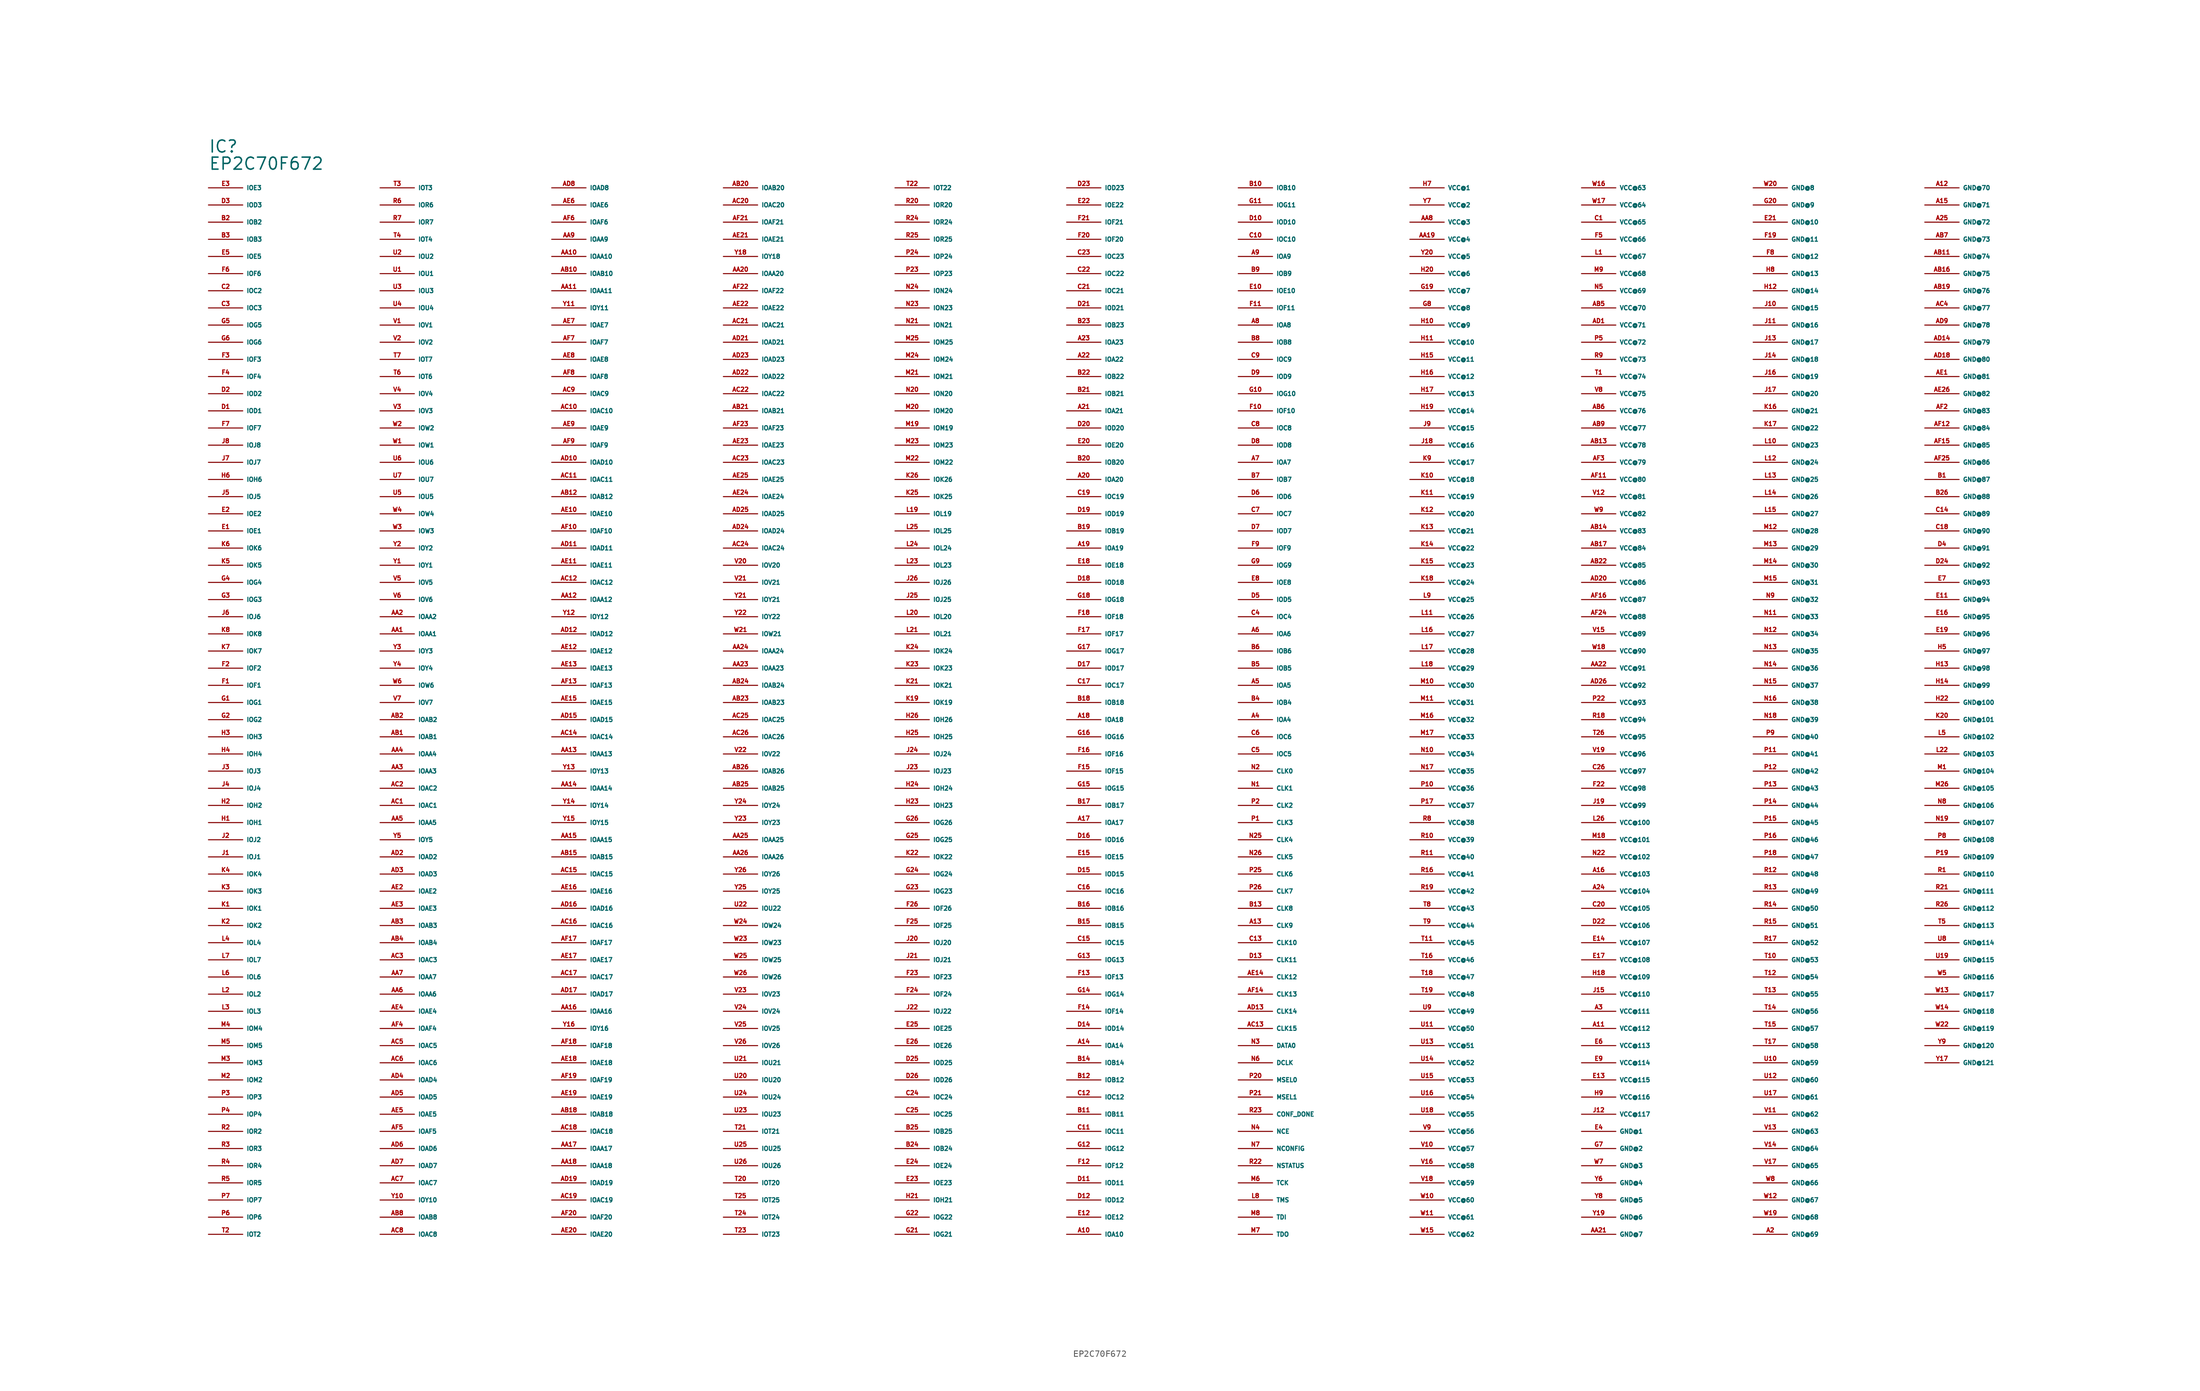
<source format=kicad_sym>
(kicad_symbol_lib
  (version 20220914)
  (generator Eagle2Kicad)
  (symbol "EP2C70F672"
    (property "Reference" "IC"
      (at -132.08 86.36 0)
      (effects (font (size 1.778 1.778) (thickness 0.22)) (justify left bottom)))
    (property "Value" "EP2C70F672"
      (at -132.08 83.82 0)
      (effects (font (size 1.778 1.778) (thickness 0.22)) (justify left bottom)))
    (pin output line
      (at -132.08 81.28 0)
      (length 5.08)
      (name "IOE3" (effects (font (size 0.635 0.635) (thickness 0.08)) (justify left bottom)))
      (number "E3" (effects (font (size 0.635 0.635) (thickness 0.08)) (justify left bottom))))
    (pin output line
      (at -132.08 78.74 0)
      (length 5.08)
      (name "IOD3" (effects (font (size 0.635 0.635) (thickness 0.08)) (justify left bottom)))
      (number "D3" (effects (font (size 0.635 0.635) (thickness 0.08)) (justify left bottom))))
    (pin bidirectional line
      (at -132.08 76.2 0)
      (length 5.08)
      (name "IOB2" (effects (font (size 0.635 0.635) (thickness 0.08)) (justify left bottom)))
      (number "B2" (effects (font (size 0.635 0.635) (thickness 0.08)) (justify left bottom))))
    (pin bidirectional line
      (at -132.08 73.66 0)
      (length 5.08)
      (name "IOB3" (effects (font (size 0.635 0.635) (thickness 0.08)) (justify left bottom)))
      (number "B3" (effects (font (size 0.635 0.635) (thickness 0.08)) (justify left bottom))))
    (pin bidirectional line
      (at -132.08 71.12 0)
      (length 5.08)
      (name "IOE5" (effects (font (size 0.635 0.635) (thickness 0.08)) (justify left bottom)))
      (number "E5" (effects (font (size 0.635 0.635) (thickness 0.08)) (justify left bottom))))
    (pin bidirectional line
      (at -132.08 68.58 0)
      (length 5.08)
      (name "IOF6" (effects (font (size 0.635 0.635) (thickness 0.08)) (justify left bottom)))
      (number "F6" (effects (font (size 0.635 0.635) (thickness 0.08)) (justify left bottom))))
    (pin bidirectional line
      (at -132.08 66.04 0)
      (length 5.08)
      (name "IOC2" (effects (font (size 0.635 0.635) (thickness 0.08)) (justify left bottom)))
      (number "C2" (effects (font (size 0.635 0.635) (thickness 0.08)) (justify left bottom))))
    (pin bidirectional line
      (at -132.08 63.5 0)
      (length 5.08)
      (name "IOC3" (effects (font (size 0.635 0.635) (thickness 0.08)) (justify left bottom)))
      (number "C3" (effects (font (size 0.635 0.635) (thickness 0.08)) (justify left bottom))))
    (pin bidirectional line
      (at -132.08 60.96 0)
      (length 5.08)
      (name "IOG5" (effects (font (size 0.635 0.635) (thickness 0.08)) (justify left bottom)))
      (number "G5" (effects (font (size 0.635 0.635) (thickness 0.08)) (justify left bottom))))
    (pin bidirectional line
      (at -132.08 58.42 0)
      (length 5.08)
      (name "IOG6" (effects (font (size 0.635 0.635) (thickness 0.08)) (justify left bottom)))
      (number "G6" (effects (font (size 0.635 0.635) (thickness 0.08)) (justify left bottom))))
    (pin bidirectional line
      (at -132.08 55.88 0)
      (length 5.08)
      (name "IOF3" (effects (font (size 0.635 0.635) (thickness 0.08)) (justify left bottom)))
      (number "F3" (effects (font (size 0.635 0.635) (thickness 0.08)) (justify left bottom))))
    (pin bidirectional line
      (at -132.08 53.34 0)
      (length 5.08)
      (name "IOF4" (effects (font (size 0.635 0.635) (thickness 0.08)) (justify left bottom)))
      (number "F4" (effects (font (size 0.635 0.635) (thickness 0.08)) (justify left bottom))))
    (pin bidirectional line
      (at -132.08 50.8 0)
      (length 5.08)
      (name "IOD2" (effects (font (size 0.635 0.635) (thickness 0.08)) (justify left bottom)))
      (number "D2" (effects (font (size 0.635 0.635) (thickness 0.08)) (justify left bottom))))
    (pin bidirectional line
      (at -132.08 48.26 0)
      (length 5.08)
      (name "IOD1" (effects (font (size 0.635 0.635) (thickness 0.08)) (justify left bottom)))
      (number "D1" (effects (font (size 0.635 0.635) (thickness 0.08)) (justify left bottom))))
    (pin bidirectional line
      (at -132.08 45.72 0)
      (length 5.08)
      (name "IOF7" (effects (font (size 0.635 0.635) (thickness 0.08)) (justify left bottom)))
      (number "F7" (effects (font (size 0.635 0.635) (thickness 0.08)) (justify left bottom))))
    (pin bidirectional line
      (at -132.08 43.18 0)
      (length 5.08)
      (name "IOJ8" (effects (font (size 0.635 0.635) (thickness 0.08)) (justify left bottom)))
      (number "J8" (effects (font (size 0.635 0.635) (thickness 0.08)) (justify left bottom))))
    (pin bidirectional line
      (at -132.08 40.64 0)
      (length 5.08)
      (name "IOJ7" (effects (font (size 0.635 0.635) (thickness 0.08)) (justify left bottom)))
      (number "J7" (effects (font (size 0.635 0.635) (thickness 0.08)) (justify left bottom))))
    (pin bidirectional line
      (at -132.08 38.1 0)
      (length 5.08)
      (name "IOH6" (effects (font (size 0.635 0.635) (thickness 0.08)) (justify left bottom)))
      (number "H6" (effects (font (size 0.635 0.635) (thickness 0.08)) (justify left bottom))))
    (pin bidirectional line
      (at -132.08 35.56 0)
      (length 5.08)
      (name "IOJ5" (effects (font (size 0.635 0.635) (thickness 0.08)) (justify left bottom)))
      (number "J5" (effects (font (size 0.635 0.635) (thickness 0.08)) (justify left bottom))))
    (pin bidirectional line
      (at -132.08 33.02 0)
      (length 5.08)
      (name "IOE2" (effects (font (size 0.635 0.635) (thickness 0.08)) (justify left bottom)))
      (number "E2" (effects (font (size 0.635 0.635) (thickness 0.08)) (justify left bottom))))
    (pin bidirectional line
      (at -132.08 30.48 0)
      (length 5.08)
      (name "IOE1" (effects (font (size 0.635 0.635) (thickness 0.08)) (justify left bottom)))
      (number "E1" (effects (font (size 0.635 0.635) (thickness 0.08)) (justify left bottom))))
    (pin bidirectional line
      (at -132.08 27.94 0)
      (length 5.08)
      (name "IOK6" (effects (font (size 0.635 0.635) (thickness 0.08)) (justify left bottom)))
      (number "K6" (effects (font (size 0.635 0.635) (thickness 0.08)) (justify left bottom))))
    (pin bidirectional line
      (at -132.08 25.4 0)
      (length 5.08)
      (name "IOK5" (effects (font (size 0.635 0.635) (thickness 0.08)) (justify left bottom)))
      (number "K5" (effects (font (size 0.635 0.635) (thickness 0.08)) (justify left bottom))))
    (pin bidirectional line
      (at -132.08 22.86 0)
      (length 5.08)
      (name "IOG4" (effects (font (size 0.635 0.635) (thickness 0.08)) (justify left bottom)))
      (number "G4" (effects (font (size 0.635 0.635) (thickness 0.08)) (justify left bottom))))
    (pin bidirectional line
      (at -132.08 20.32 0)
      (length 5.08)
      (name "IOG3" (effects (font (size 0.635 0.635) (thickness 0.08)) (justify left bottom)))
      (number "G3" (effects (font (size 0.635 0.635) (thickness 0.08)) (justify left bottom))))
    (pin bidirectional line
      (at -132.08 17.78 0)
      (length 5.08)
      (name "IOJ6" (effects (font (size 0.635 0.635) (thickness 0.08)) (justify left bottom)))
      (number "J6" (effects (font (size 0.635 0.635) (thickness 0.08)) (justify left bottom))))
    (pin bidirectional line
      (at -132.08 15.24 0)
      (length 5.08)
      (name "IOK8" (effects (font (size 0.635 0.635) (thickness 0.08)) (justify left bottom)))
      (number "K8" (effects (font (size 0.635 0.635) (thickness 0.08)) (justify left bottom))))
    (pin bidirectional line
      (at -132.08 12.7 0)
      (length 5.08)
      (name "IOK7" (effects (font (size 0.635 0.635) (thickness 0.08)) (justify left bottom)))
      (number "K7" (effects (font (size 0.635 0.635) (thickness 0.08)) (justify left bottom))))
    (pin bidirectional line
      (at -132.08 10.16 0)
      (length 5.08)
      (name "IOF2" (effects (font (size 0.635 0.635) (thickness 0.08)) (justify left bottom)))
      (number "F2" (effects (font (size 0.635 0.635) (thickness 0.08)) (justify left bottom))))
    (pin bidirectional line
      (at -132.08 7.62 0)
      (length 5.08)
      (name "IOF1" (effects (font (size 0.635 0.635) (thickness 0.08)) (justify left bottom)))
      (number "F1" (effects (font (size 0.635 0.635) (thickness 0.08)) (justify left bottom))))
    (pin bidirectional line
      (at -132.08 5.08 0)
      (length 5.08)
      (name "IOG1" (effects (font (size 0.635 0.635) (thickness 0.08)) (justify left bottom)))
      (number "G1" (effects (font (size 0.635 0.635) (thickness 0.08)) (justify left bottom))))
    (pin bidirectional line
      (at -132.08 2.54 0)
      (length 5.08)
      (name "IOG2" (effects (font (size 0.635 0.635) (thickness 0.08)) (justify left bottom)))
      (number "G2" (effects (font (size 0.635 0.635) (thickness 0.08)) (justify left bottom))))
    (pin bidirectional line
      (at -132.08 0 0)
      (length 5.08)
      (name "IOH3" (effects (font (size 0.635 0.635) (thickness 0.08)) (justify left bottom)))
      (number "H3" (effects (font (size 0.635 0.635) (thickness 0.08)) (justify left bottom))))
    (pin bidirectional line
      (at -132.08 -2.54 0)
      (length 5.08)
      (name "IOH4" (effects (font (size 0.635 0.635) (thickness 0.08)) (justify left bottom)))
      (number "H4" (effects (font (size 0.635 0.635) (thickness 0.08)) (justify left bottom))))
    (pin bidirectional line
      (at -132.08 -5.08 0)
      (length 5.08)
      (name "IOJ3" (effects (font (size 0.635 0.635) (thickness 0.08)) (justify left bottom)))
      (number "J3" (effects (font (size 0.635 0.635) (thickness 0.08)) (justify left bottom))))
    (pin bidirectional line
      (at -132.08 -7.62 0)
      (length 5.08)
      (name "IOJ4" (effects (font (size 0.635 0.635) (thickness 0.08)) (justify left bottom)))
      (number "J4" (effects (font (size 0.635 0.635) (thickness 0.08)) (justify left bottom))))
    (pin bidirectional line
      (at -132.08 -10.16 0)
      (length 5.08)
      (name "IOH2" (effects (font (size 0.635 0.635) (thickness 0.08)) (justify left bottom)))
      (number "H2" (effects (font (size 0.635 0.635) (thickness 0.08)) (justify left bottom))))
    (pin bidirectional line
      (at -132.08 -12.7 0)
      (length 5.08)
      (name "IOH1" (effects (font (size 0.635 0.635) (thickness 0.08)) (justify left bottom)))
      (number "H1" (effects (font (size 0.635 0.635) (thickness 0.08)) (justify left bottom))))
    (pin bidirectional line
      (at -132.08 -15.24 0)
      (length 5.08)
      (name "IOJ2" (effects (font (size 0.635 0.635) (thickness 0.08)) (justify left bottom)))
      (number "J2" (effects (font (size 0.635 0.635) (thickness 0.08)) (justify left bottom))))
    (pin bidirectional line
      (at -132.08 -17.78 0)
      (length 5.08)
      (name "IOJ1" (effects (font (size 0.635 0.635) (thickness 0.08)) (justify left bottom)))
      (number "J1" (effects (font (size 0.635 0.635) (thickness 0.08)) (justify left bottom))))
    (pin bidirectional line
      (at -132.08 -20.32 0)
      (length 5.08)
      (name "IOK4" (effects (font (size 0.635 0.635) (thickness 0.08)) (justify left bottom)))
      (number "K4" (effects (font (size 0.635 0.635) (thickness 0.08)) (justify left bottom))))
    (pin bidirectional line
      (at -132.08 -22.86 0)
      (length 5.08)
      (name "IOK3" (effects (font (size 0.635 0.635) (thickness 0.08)) (justify left bottom)))
      (number "K3" (effects (font (size 0.635 0.635) (thickness 0.08)) (justify left bottom))))
    (pin bidirectional line
      (at -132.08 -25.4 0)
      (length 5.08)
      (name "IOK1" (effects (font (size 0.635 0.635) (thickness 0.08)) (justify left bottom)))
      (number "K1" (effects (font (size 0.635 0.635) (thickness 0.08)) (justify left bottom))))
    (pin bidirectional line
      (at -132.08 -27.94 0)
      (length 5.08)
      (name "IOK2" (effects (font (size 0.635 0.635) (thickness 0.08)) (justify left bottom)))
      (number "K2" (effects (font (size 0.635 0.635) (thickness 0.08)) (justify left bottom))))
    (pin bidirectional line
      (at -132.08 -30.48 0)
      (length 5.08)
      (name "IOL4" (effects (font (size 0.635 0.635) (thickness 0.08)) (justify left bottom)))
      (number "L4" (effects (font (size 0.635 0.635) (thickness 0.08)) (justify left bottom))))
    (pin bidirectional line
      (at -132.08 -33.02 0)
      (length 5.08)
      (name "IOL7" (effects (font (size 0.635 0.635) (thickness 0.08)) (justify left bottom)))
      (number "L7" (effects (font (size 0.635 0.635) (thickness 0.08)) (justify left bottom))))
    (pin bidirectional line
      (at -132.08 -35.56 0)
      (length 5.08)
      (name "IOL6" (effects (font (size 0.635 0.635) (thickness 0.08)) (justify left bottom)))
      (number "L6" (effects (font (size 0.635 0.635) (thickness 0.08)) (justify left bottom))))
    (pin bidirectional line
      (at -132.08 -38.1 0)
      (length 5.08)
      (name "IOL2" (effects (font (size 0.635 0.635) (thickness 0.08)) (justify left bottom)))
      (number "L2" (effects (font (size 0.635 0.635) (thickness 0.08)) (justify left bottom))))
    (pin bidirectional line
      (at -132.08 -40.64 0)
      (length 5.08)
      (name "IOL3" (effects (font (size 0.635 0.635) (thickness 0.08)) (justify left bottom)))
      (number "L3" (effects (font (size 0.635 0.635) (thickness 0.08)) (justify left bottom))))
    (pin bidirectional line
      (at -132.08 -43.18 0)
      (length 5.08)
      (name "IOM4" (effects (font (size 0.635 0.635) (thickness 0.08)) (justify left bottom)))
      (number "M4" (effects (font (size 0.635 0.635) (thickness 0.08)) (justify left bottom))))
    (pin bidirectional line
      (at -132.08 -45.72 0)
      (length 5.08)
      (name "IOM5" (effects (font (size 0.635 0.635) (thickness 0.08)) (justify left bottom)))
      (number "M5" (effects (font (size 0.635 0.635) (thickness 0.08)) (justify left bottom))))
    (pin bidirectional line
      (at -132.08 -48.26 0)
      (length 5.08)
      (name "IOM3" (effects (font (size 0.635 0.635) (thickness 0.08)) (justify left bottom)))
      (number "M3" (effects (font (size 0.635 0.635) (thickness 0.08)) (justify left bottom))))
    (pin bidirectional line
      (at -132.08 -50.8 0)
      (length 5.08)
      (name "IOM2" (effects (font (size 0.635 0.635) (thickness 0.08)) (justify left bottom)))
      (number "M2" (effects (font (size 0.635 0.635) (thickness 0.08)) (justify left bottom))))
    (pin bidirectional line
      (at -132.08 -53.34 0)
      (length 5.08)
      (name "IOP3" (effects (font (size 0.635 0.635) (thickness 0.08)) (justify left bottom)))
      (number "P3" (effects (font (size 0.635 0.635) (thickness 0.08)) (justify left bottom))))
    (pin bidirectional line
      (at -132.08 -55.88 0)
      (length 5.08)
      (name "IOP4" (effects (font (size 0.635 0.635) (thickness 0.08)) (justify left bottom)))
      (number "P4" (effects (font (size 0.635 0.635) (thickness 0.08)) (justify left bottom))))
    (pin bidirectional line
      (at -132.08 -58.42 0)
      (length 5.08)
      (name "IOR2" (effects (font (size 0.635 0.635) (thickness 0.08)) (justify left bottom)))
      (number "R2" (effects (font (size 0.635 0.635) (thickness 0.08)) (justify left bottom))))
    (pin bidirectional line
      (at -132.08 -60.96 0)
      (length 5.08)
      (name "IOR3" (effects (font (size 0.635 0.635) (thickness 0.08)) (justify left bottom)))
      (number "R3" (effects (font (size 0.635 0.635) (thickness 0.08)) (justify left bottom))))
    (pin bidirectional line
      (at -132.08 -63.5 0)
      (length 5.08)
      (name "IOR4" (effects (font (size 0.635 0.635) (thickness 0.08)) (justify left bottom)))
      (number "R4" (effects (font (size 0.635 0.635) (thickness 0.08)) (justify left bottom))))
    (pin bidirectional line
      (at -132.08 -66.04 0)
      (length 5.08)
      (name "IOR5" (effects (font (size 0.635 0.635) (thickness 0.08)) (justify left bottom)))
      (number "R5" (effects (font (size 0.635 0.635) (thickness 0.08)) (justify left bottom))))
    (pin bidirectional line
      (at -132.08 -68.58 0)
      (length 5.08)
      (name "IOP7" (effects (font (size 0.635 0.635) (thickness 0.08)) (justify left bottom)))
      (number "P7" (effects (font (size 0.635 0.635) (thickness 0.08)) (justify left bottom))))
    (pin bidirectional line
      (at -132.08 -71.12 0)
      (length 5.08)
      (name "IOP6" (effects (font (size 0.635 0.635) (thickness 0.08)) (justify left bottom)))
      (number "P6" (effects (font (size 0.635 0.635) (thickness 0.08)) (justify left bottom))))
    (pin bidirectional line
      (at -132.08 -73.66 0)
      (length 5.08)
      (name "IOT2" (effects (font (size 0.635 0.635) (thickness 0.08)) (justify left bottom)))
      (number "T2" (effects (font (size 0.635 0.635) (thickness 0.08)) (justify left bottom))))
    (pin bidirectional line
      (at -106.68 81.28 0)
      (length 5.08)
      (name "IOT3" (effects (font (size 0.635 0.635) (thickness 0.08)) (justify left bottom)))
      (number "T3" (effects (font (size 0.635 0.635) (thickness 0.08)) (justify left bottom))))
    (pin bidirectional line
      (at -106.68 78.74 0)
      (length 5.08)
      (name "IOR6" (effects (font (size 0.635 0.635) (thickness 0.08)) (justify left bottom)))
      (number "R6" (effects (font (size 0.635 0.635) (thickness 0.08)) (justify left bottom))))
    (pin bidirectional line
      (at -106.68 76.2 0)
      (length 5.08)
      (name "IOR7" (effects (font (size 0.635 0.635) (thickness 0.08)) (justify left bottom)))
      (number "R7" (effects (font (size 0.635 0.635) (thickness 0.08)) (justify left bottom))))
    (pin bidirectional line
      (at -106.68 73.66 0)
      (length 5.08)
      (name "IOT4" (effects (font (size 0.635 0.635) (thickness 0.08)) (justify left bottom)))
      (number "T4" (effects (font (size 0.635 0.635) (thickness 0.08)) (justify left bottom))))
    (pin bidirectional line
      (at -106.68 71.12 0)
      (length 5.08)
      (name "IOU2" (effects (font (size 0.635 0.635) (thickness 0.08)) (justify left bottom)))
      (number "U2" (effects (font (size 0.635 0.635) (thickness 0.08)) (justify left bottom))))
    (pin bidirectional line
      (at -106.68 68.58 0)
      (length 5.08)
      (name "IOU1" (effects (font (size 0.635 0.635) (thickness 0.08)) (justify left bottom)))
      (number "U1" (effects (font (size 0.635 0.635) (thickness 0.08)) (justify left bottom))))
    (pin bidirectional line
      (at -106.68 66.04 0)
      (length 5.08)
      (name "IOU3" (effects (font (size 0.635 0.635) (thickness 0.08)) (justify left bottom)))
      (number "U3" (effects (font (size 0.635 0.635) (thickness 0.08)) (justify left bottom))))
    (pin bidirectional line
      (at -106.68 63.5 0)
      (length 5.08)
      (name "IOU4" (effects (font (size 0.635 0.635) (thickness 0.08)) (justify left bottom)))
      (number "U4" (effects (font (size 0.635 0.635) (thickness 0.08)) (justify left bottom))))
    (pin bidirectional line
      (at -106.68 60.96 0)
      (length 5.08)
      (name "IOV1" (effects (font (size 0.635 0.635) (thickness 0.08)) (justify left bottom)))
      (number "V1" (effects (font (size 0.635 0.635) (thickness 0.08)) (justify left bottom))))
    (pin bidirectional line
      (at -106.68 58.42 0)
      (length 5.08)
      (name "IOV2" (effects (font (size 0.635 0.635) (thickness 0.08)) (justify left bottom)))
      (number "V2" (effects (font (size 0.635 0.635) (thickness 0.08)) (justify left bottom))))
    (pin bidirectional line
      (at -106.68 55.88 0)
      (length 5.08)
      (name "IOT7" (effects (font (size 0.635 0.635) (thickness 0.08)) (justify left bottom)))
      (number "T7" (effects (font (size 0.635 0.635) (thickness 0.08)) (justify left bottom))))
    (pin bidirectional line
      (at -106.68 53.34 0)
      (length 5.08)
      (name "IOT6" (effects (font (size 0.635 0.635) (thickness 0.08)) (justify left bottom)))
      (number "T6" (effects (font (size 0.635 0.635) (thickness 0.08)) (justify left bottom))))
    (pin bidirectional line
      (at -106.68 50.8 0)
      (length 5.08)
      (name "IOV4" (effects (font (size 0.635 0.635) (thickness 0.08)) (justify left bottom)))
      (number "V4" (effects (font (size 0.635 0.635) (thickness 0.08)) (justify left bottom))))
    (pin bidirectional line
      (at -106.68 48.26 0)
      (length 5.08)
      (name "IOV3" (effects (font (size 0.635 0.635) (thickness 0.08)) (justify left bottom)))
      (number "V3" (effects (font (size 0.635 0.635) (thickness 0.08)) (justify left bottom))))
    (pin bidirectional line
      (at -106.68 45.72 0)
      (length 5.08)
      (name "IOW2" (effects (font (size 0.635 0.635) (thickness 0.08)) (justify left bottom)))
      (number "W2" (effects (font (size 0.635 0.635) (thickness 0.08)) (justify left bottom))))
    (pin bidirectional line
      (at -106.68 43.18 0)
      (length 5.08)
      (name "IOW1" (effects (font (size 0.635 0.635) (thickness 0.08)) (justify left bottom)))
      (number "W1" (effects (font (size 0.635 0.635) (thickness 0.08)) (justify left bottom))))
    (pin bidirectional line
      (at -106.68 40.64 0)
      (length 5.08)
      (name "IOU6" (effects (font (size 0.635 0.635) (thickness 0.08)) (justify left bottom)))
      (number "U6" (effects (font (size 0.635 0.635) (thickness 0.08)) (justify left bottom))))
    (pin bidirectional line
      (at -106.68 38.1 0)
      (length 5.08)
      (name "IOU7" (effects (font (size 0.635 0.635) (thickness 0.08)) (justify left bottom)))
      (number "U7" (effects (font (size 0.635 0.635) (thickness 0.08)) (justify left bottom))))
    (pin bidirectional line
      (at -106.68 35.56 0)
      (length 5.08)
      (name "IOU5" (effects (font (size 0.635 0.635) (thickness 0.08)) (justify left bottom)))
      (number "U5" (effects (font (size 0.635 0.635) (thickness 0.08)) (justify left bottom))))
    (pin bidirectional line
      (at -106.68 33.02 0)
      (length 5.08)
      (name "IOW4" (effects (font (size 0.635 0.635) (thickness 0.08)) (justify left bottom)))
      (number "W4" (effects (font (size 0.635 0.635) (thickness 0.08)) (justify left bottom))))
    (pin bidirectional line
      (at -106.68 30.48 0)
      (length 5.08)
      (name "IOW3" (effects (font (size 0.635 0.635) (thickness 0.08)) (justify left bottom)))
      (number "W3" (effects (font (size 0.635 0.635) (thickness 0.08)) (justify left bottom))))
    (pin bidirectional line
      (at -106.68 27.94 0)
      (length 5.08)
      (name "IOY2" (effects (font (size 0.635 0.635) (thickness 0.08)) (justify left bottom)))
      (number "Y2" (effects (font (size 0.635 0.635) (thickness 0.08)) (justify left bottom))))
    (pin bidirectional line
      (at -106.68 25.4 0)
      (length 5.08)
      (name "IOY1" (effects (font (size 0.635 0.635) (thickness 0.08)) (justify left bottom)))
      (number "Y1" (effects (font (size 0.635 0.635) (thickness 0.08)) (justify left bottom))))
    (pin bidirectional line
      (at -106.68 22.86 0)
      (length 5.08)
      (name "IOV5" (effects (font (size 0.635 0.635) (thickness 0.08)) (justify left bottom)))
      (number "V5" (effects (font (size 0.635 0.635) (thickness 0.08)) (justify left bottom))))
    (pin bidirectional line
      (at -106.68 20.32 0)
      (length 5.08)
      (name "IOV6" (effects (font (size 0.635 0.635) (thickness 0.08)) (justify left bottom)))
      (number "V6" (effects (font (size 0.635 0.635) (thickness 0.08)) (justify left bottom))))
    (pin bidirectional line
      (at -106.68 17.78 0)
      (length 5.08)
      (name "IOAA2" (effects (font (size 0.635 0.635) (thickness 0.08)) (justify left bottom)))
      (number "AA2" (effects (font (size 0.635 0.635) (thickness 0.08)) (justify left bottom))))
    (pin bidirectional line
      (at -106.68 15.24 0)
      (length 5.08)
      (name "IOAA1" (effects (font (size 0.635 0.635) (thickness 0.08)) (justify left bottom)))
      (number "AA1" (effects (font (size 0.635 0.635) (thickness 0.08)) (justify left bottom))))
    (pin bidirectional line
      (at -106.68 12.7 0)
      (length 5.08)
      (name "IOY3" (effects (font (size 0.635 0.635) (thickness 0.08)) (justify left bottom)))
      (number "Y3" (effects (font (size 0.635 0.635) (thickness 0.08)) (justify left bottom))))
    (pin bidirectional line
      (at -106.68 10.16 0)
      (length 5.08)
      (name "IOY4" (effects (font (size 0.635 0.635) (thickness 0.08)) (justify left bottom)))
      (number "Y4" (effects (font (size 0.635 0.635) (thickness 0.08)) (justify left bottom))))
    (pin bidirectional line
      (at -106.68 7.62 0)
      (length 5.08)
      (name "IOW6" (effects (font (size 0.635 0.635) (thickness 0.08)) (justify left bottom)))
      (number "W6" (effects (font (size 0.635 0.635) (thickness 0.08)) (justify left bottom))))
    (pin bidirectional line
      (at -106.68 5.08 0)
      (length 5.08)
      (name "IOV7" (effects (font (size 0.635 0.635) (thickness 0.08)) (justify left bottom)))
      (number "V7" (effects (font (size 0.635 0.635) (thickness 0.08)) (justify left bottom))))
    (pin bidirectional line
      (at -106.68 2.54 0)
      (length 5.08)
      (name "IOAB2" (effects (font (size 0.635 0.635) (thickness 0.08)) (justify left bottom)))
      (number "AB2" (effects (font (size 0.635 0.635) (thickness 0.08)) (justify left bottom))))
    (pin bidirectional line
      (at -106.68 0 0)
      (length 5.08)
      (name "IOAB1" (effects (font (size 0.635 0.635) (thickness 0.08)) (justify left bottom)))
      (number "AB1" (effects (font (size 0.635 0.635) (thickness 0.08)) (justify left bottom))))
    (pin bidirectional line
      (at -106.68 -2.54 0)
      (length 5.08)
      (name "IOAA4" (effects (font (size 0.635 0.635) (thickness 0.08)) (justify left bottom)))
      (number "AA4" (effects (font (size 0.635 0.635) (thickness 0.08)) (justify left bottom))))
    (pin bidirectional line
      (at -106.68 -5.08 0)
      (length 5.08)
      (name "IOAA3" (effects (font (size 0.635 0.635) (thickness 0.08)) (justify left bottom)))
      (number "AA3" (effects (font (size 0.635 0.635) (thickness 0.08)) (justify left bottom))))
    (pin bidirectional line
      (at -106.68 -7.62 0)
      (length 5.08)
      (name "IOAC2" (effects (font (size 0.635 0.635) (thickness 0.08)) (justify left bottom)))
      (number "AC2" (effects (font (size 0.635 0.635) (thickness 0.08)) (justify left bottom))))
    (pin bidirectional line
      (at -106.68 -10.16 0)
      (length 5.08)
      (name "IOAC1" (effects (font (size 0.635 0.635) (thickness 0.08)) (justify left bottom)))
      (number "AC1" (effects (font (size 0.635 0.635) (thickness 0.08)) (justify left bottom))))
    (pin bidirectional line
      (at -106.68 -12.7 0)
      (length 5.08)
      (name "IOAA5" (effects (font (size 0.635 0.635) (thickness 0.08)) (justify left bottom)))
      (number "AA5" (effects (font (size 0.635 0.635) (thickness 0.08)) (justify left bottom))))
    (pin bidirectional line
      (at -106.68 -15.24 0)
      (length 5.08)
      (name "IOY5" (effects (font (size 0.635 0.635) (thickness 0.08)) (justify left bottom)))
      (number "Y5" (effects (font (size 0.635 0.635) (thickness 0.08)) (justify left bottom))))
    (pin bidirectional line
      (at -106.68 -17.78 0)
      (length 5.08)
      (name "IOAD2" (effects (font (size 0.635 0.635) (thickness 0.08)) (justify left bottom)))
      (number "AD2" (effects (font (size 0.635 0.635) (thickness 0.08)) (justify left bottom))))
    (pin bidirectional line
      (at -106.68 -20.32 0)
      (length 5.08)
      (name "IOAD3" (effects (font (size 0.635 0.635) (thickness 0.08)) (justify left bottom)))
      (number "AD3" (effects (font (size 0.635 0.635) (thickness 0.08)) (justify left bottom))))
    (pin bidirectional line
      (at -106.68 -22.86 0)
      (length 5.08)
      (name "IOAE2" (effects (font (size 0.635 0.635) (thickness 0.08)) (justify left bottom)))
      (number "AE2" (effects (font (size 0.635 0.635) (thickness 0.08)) (justify left bottom))))
    (pin bidirectional line
      (at -106.68 -25.4 0)
      (length 5.08)
      (name "IOAE3" (effects (font (size 0.635 0.635) (thickness 0.08)) (justify left bottom)))
      (number "AE3" (effects (font (size 0.635 0.635) (thickness 0.08)) (justify left bottom))))
    (pin bidirectional line
      (at -106.68 -27.94 0)
      (length 5.08)
      (name "IOAB3" (effects (font (size 0.635 0.635) (thickness 0.08)) (justify left bottom)))
      (number "AB3" (effects (font (size 0.635 0.635) (thickness 0.08)) (justify left bottom))))
    (pin bidirectional line
      (at -106.68 -30.48 0)
      (length 5.08)
      (name "IOAB4" (effects (font (size 0.635 0.635) (thickness 0.08)) (justify left bottom)))
      (number "AB4" (effects (font (size 0.635 0.635) (thickness 0.08)) (justify left bottom))))
    (pin bidirectional line
      (at -106.68 -33.02 0)
      (length 5.08)
      (name "IOAC3" (effects (font (size 0.635 0.635) (thickness 0.08)) (justify left bottom)))
      (number "AC3" (effects (font (size 0.635 0.635) (thickness 0.08)) (justify left bottom))))
    (pin bidirectional line
      (at -106.68 -35.56 0)
      (length 5.08)
      (name "IOAA7" (effects (font (size 0.635 0.635) (thickness 0.08)) (justify left bottom)))
      (number "AA7" (effects (font (size 0.635 0.635) (thickness 0.08)) (justify left bottom))))
    (pin bidirectional line
      (at -106.68 -38.1 0)
      (length 5.08)
      (name "IOAA6" (effects (font (size 0.635 0.635) (thickness 0.08)) (justify left bottom)))
      (number "AA6" (effects (font (size 0.635 0.635) (thickness 0.08)) (justify left bottom))))
    (pin bidirectional line
      (at -106.68 -40.64 0)
      (length 5.08)
      (name "IOAE4" (effects (font (size 0.635 0.635) (thickness 0.08)) (justify left bottom)))
      (number "AE4" (effects (font (size 0.635 0.635) (thickness 0.08)) (justify left bottom))))
    (pin bidirectional line
      (at -106.68 -43.18 0)
      (length 5.08)
      (name "IOAF4" (effects (font (size 0.635 0.635) (thickness 0.08)) (justify left bottom)))
      (number "AF4" (effects (font (size 0.635 0.635) (thickness 0.08)) (justify left bottom))))
    (pin bidirectional line
      (at -106.68 -45.72 0)
      (length 5.08)
      (name "IOAC5" (effects (font (size 0.635 0.635) (thickness 0.08)) (justify left bottom)))
      (number "AC5" (effects (font (size 0.635 0.635) (thickness 0.08)) (justify left bottom))))
    (pin bidirectional line
      (at -106.68 -48.26 0)
      (length 5.08)
      (name "IOAC6" (effects (font (size 0.635 0.635) (thickness 0.08)) (justify left bottom)))
      (number "AC6" (effects (font (size 0.635 0.635) (thickness 0.08)) (justify left bottom))))
    (pin bidirectional line
      (at -106.68 -50.8 0)
      (length 5.08)
      (name "IOAD4" (effects (font (size 0.635 0.635) (thickness 0.08)) (justify left bottom)))
      (number "AD4" (effects (font (size 0.635 0.635) (thickness 0.08)) (justify left bottom))))
    (pin bidirectional line
      (at -106.68 -53.34 0)
      (length 5.08)
      (name "IOAD5" (effects (font (size 0.635 0.635) (thickness 0.08)) (justify left bottom)))
      (number "AD5" (effects (font (size 0.635 0.635) (thickness 0.08)) (justify left bottom))))
    (pin bidirectional line
      (at -106.68 -55.88 0)
      (length 5.08)
      (name "IOAE5" (effects (font (size 0.635 0.635) (thickness 0.08)) (justify left bottom)))
      (number "AE5" (effects (font (size 0.635 0.635) (thickness 0.08)) (justify left bottom))))
    (pin bidirectional line
      (at -106.68 -58.42 0)
      (length 5.08)
      (name "IOAF5" (effects (font (size 0.635 0.635) (thickness 0.08)) (justify left bottom)))
      (number "AF5" (effects (font (size 0.635 0.635) (thickness 0.08)) (justify left bottom))))
    (pin bidirectional line
      (at -106.68 -60.96 0)
      (length 5.08)
      (name "IOAD6" (effects (font (size 0.635 0.635) (thickness 0.08)) (justify left bottom)))
      (number "AD6" (effects (font (size 0.635 0.635) (thickness 0.08)) (justify left bottom))))
    (pin bidirectional line
      (at -106.68 -63.5 0)
      (length 5.08)
      (name "IOAD7" (effects (font (size 0.635 0.635) (thickness 0.08)) (justify left bottom)))
      (number "AD7" (effects (font (size 0.635 0.635) (thickness 0.08)) (justify left bottom))))
    (pin bidirectional line
      (at -106.68 -66.04 0)
      (length 5.08)
      (name "IOAC7" (effects (font (size 0.635 0.635) (thickness 0.08)) (justify left bottom)))
      (number "AC7" (effects (font (size 0.635 0.635) (thickness 0.08)) (justify left bottom))))
    (pin bidirectional line
      (at -106.68 -68.58 0)
      (length 5.08)
      (name "IOY10" (effects (font (size 0.635 0.635) (thickness 0.08)) (justify left bottom)))
      (number "Y10" (effects (font (size 0.635 0.635) (thickness 0.08)) (justify left bottom))))
    (pin bidirectional line
      (at -106.68 -71.12 0)
      (length 5.08)
      (name "IOAB8" (effects (font (size 0.635 0.635) (thickness 0.08)) (justify left bottom)))
      (number "AB8" (effects (font (size 0.635 0.635) (thickness 0.08)) (justify left bottom))))
    (pin bidirectional line
      (at -106.68 -73.66 0)
      (length 5.08)
      (name "IOAC8" (effects (font (size 0.635 0.635) (thickness 0.08)) (justify left bottom)))
      (number "AC8" (effects (font (size 0.635 0.635) (thickness 0.08)) (justify left bottom))))
    (pin bidirectional line
      (at -81.28 81.28 0)
      (length 5.08)
      (name "IOAD8" (effects (font (size 0.635 0.635) (thickness 0.08)) (justify left bottom)))
      (number "AD8" (effects (font (size 0.635 0.635) (thickness 0.08)) (justify left bottom))))
    (pin bidirectional line
      (at -81.28 78.74 0)
      (length 5.08)
      (name "IOAE6" (effects (font (size 0.635 0.635) (thickness 0.08)) (justify left bottom)))
      (number "AE6" (effects (font (size 0.635 0.635) (thickness 0.08)) (justify left bottom))))
    (pin bidirectional line
      (at -81.28 76.2 0)
      (length 5.08)
      (name "IOAF6" (effects (font (size 0.635 0.635) (thickness 0.08)) (justify left bottom)))
      (number "AF6" (effects (font (size 0.635 0.635) (thickness 0.08)) (justify left bottom))))
    (pin bidirectional line
      (at -81.28 73.66 0)
      (length 5.08)
      (name "IOAA9" (effects (font (size 0.635 0.635) (thickness 0.08)) (justify left bottom)))
      (number "AA9" (effects (font (size 0.635 0.635) (thickness 0.08)) (justify left bottom))))
    (pin bidirectional line
      (at -81.28 71.12 0)
      (length 5.08)
      (name "IOAA10" (effects (font (size 0.635 0.635) (thickness 0.08)) (justify left bottom)))
      (number "AA10" (effects (font (size 0.635 0.635) (thickness 0.08)) (justify left bottom))))
    (pin bidirectional line
      (at -81.28 68.58 0)
      (length 5.08)
      (name "IOAB10" (effects (font (size 0.635 0.635) (thickness 0.08)) (justify left bottom)))
      (number "AB10" (effects (font (size 0.635 0.635) (thickness 0.08)) (justify left bottom))))
    (pin bidirectional line
      (at -81.28 66.04 0)
      (length 5.08)
      (name "IOAA11" (effects (font (size 0.635 0.635) (thickness 0.08)) (justify left bottom)))
      (number "AA11" (effects (font (size 0.635 0.635) (thickness 0.08)) (justify left bottom))))
    (pin bidirectional line
      (at -81.28 63.5 0)
      (length 5.08)
      (name "IOY11" (effects (font (size 0.635 0.635) (thickness 0.08)) (justify left bottom)))
      (number "Y11" (effects (font (size 0.635 0.635) (thickness 0.08)) (justify left bottom))))
    (pin bidirectional line
      (at -81.28 60.96 0)
      (length 5.08)
      (name "IOAE7" (effects (font (size 0.635 0.635) (thickness 0.08)) (justify left bottom)))
      (number "AE7" (effects (font (size 0.635 0.635) (thickness 0.08)) (justify left bottom))))
    (pin bidirectional line
      (at -81.28 58.42 0)
      (length 5.08)
      (name "IOAF7" (effects (font (size 0.635 0.635) (thickness 0.08)) (justify left bottom)))
      (number "AF7" (effects (font (size 0.635 0.635) (thickness 0.08)) (justify left bottom))))
    (pin bidirectional line
      (at -81.28 55.88 0)
      (length 5.08)
      (name "IOAE8" (effects (font (size 0.635 0.635) (thickness 0.08)) (justify left bottom)))
      (number "AE8" (effects (font (size 0.635 0.635) (thickness 0.08)) (justify left bottom))))
    (pin bidirectional line
      (at -81.28 53.34 0)
      (length 5.08)
      (name "IOAF8" (effects (font (size 0.635 0.635) (thickness 0.08)) (justify left bottom)))
      (number "AF8" (effects (font (size 0.635 0.635) (thickness 0.08)) (justify left bottom))))
    (pin bidirectional line
      (at -81.28 50.8 0)
      (length 5.08)
      (name "IOAC9" (effects (font (size 0.635 0.635) (thickness 0.08)) (justify left bottom)))
      (number "AC9" (effects (font (size 0.635 0.635) (thickness 0.08)) (justify left bottom))))
    (pin bidirectional line
      (at -81.28 48.26 0)
      (length 5.08)
      (name "IOAC10" (effects (font (size 0.635 0.635) (thickness 0.08)) (justify left bottom)))
      (number "AC10" (effects (font (size 0.635 0.635) (thickness 0.08)) (justify left bottom))))
    (pin bidirectional line
      (at -81.28 45.72 0)
      (length 5.08)
      (name "IOAE9" (effects (font (size 0.635 0.635) (thickness 0.08)) (justify left bottom)))
      (number "AE9" (effects (font (size 0.635 0.635) (thickness 0.08)) (justify left bottom))))
    (pin bidirectional line
      (at -81.28 43.18 0)
      (length 5.08)
      (name "IOAF9" (effects (font (size 0.635 0.635) (thickness 0.08)) (justify left bottom)))
      (number "AF9" (effects (font (size 0.635 0.635) (thickness 0.08)) (justify left bottom))))
    (pin bidirectional line
      (at -81.28 40.64 0)
      (length 5.08)
      (name "IOAD10" (effects (font (size 0.635 0.635) (thickness 0.08)) (justify left bottom)))
      (number "AD10" (effects (font (size 0.635 0.635) (thickness 0.08)) (justify left bottom))))
    (pin bidirectional line
      (at -81.28 38.1 0)
      (length 5.08)
      (name "IOAC11" (effects (font (size 0.635 0.635) (thickness 0.08)) (justify left bottom)))
      (number "AC11" (effects (font (size 0.635 0.635) (thickness 0.08)) (justify left bottom))))
    (pin bidirectional line
      (at -81.28 35.56 0)
      (length 5.08)
      (name "IOAB12" (effects (font (size 0.635 0.635) (thickness 0.08)) (justify left bottom)))
      (number "AB12" (effects (font (size 0.635 0.635) (thickness 0.08)) (justify left bottom))))
    (pin bidirectional line
      (at -81.28 33.02 0)
      (length 5.08)
      (name "IOAE10" (effects (font (size 0.635 0.635) (thickness 0.08)) (justify left bottom)))
      (number "AE10" (effects (font (size 0.635 0.635) (thickness 0.08)) (justify left bottom))))
    (pin bidirectional line
      (at -81.28 30.48 0)
      (length 5.08)
      (name "IOAF10" (effects (font (size 0.635 0.635) (thickness 0.08)) (justify left bottom)))
      (number "AF10" (effects (font (size 0.635 0.635) (thickness 0.08)) (justify left bottom))))
    (pin bidirectional line
      (at -81.28 27.94 0)
      (length 5.08)
      (name "IOAD11" (effects (font (size 0.635 0.635) (thickness 0.08)) (justify left bottom)))
      (number "AD11" (effects (font (size 0.635 0.635) (thickness 0.08)) (justify left bottom))))
    (pin bidirectional line
      (at -81.28 25.4 0)
      (length 5.08)
      (name "IOAE11" (effects (font (size 0.635 0.635) (thickness 0.08)) (justify left bottom)))
      (number "AE11" (effects (font (size 0.635 0.635) (thickness 0.08)) (justify left bottom))))
    (pin bidirectional line
      (at -81.28 22.86 0)
      (length 5.08)
      (name "IOAC12" (effects (font (size 0.635 0.635) (thickness 0.08)) (justify left bottom)))
      (number "AC12" (effects (font (size 0.635 0.635) (thickness 0.08)) (justify left bottom))))
    (pin bidirectional line
      (at -81.28 20.32 0)
      (length 5.08)
      (name "IOAA12" (effects (font (size 0.635 0.635) (thickness 0.08)) (justify left bottom)))
      (number "AA12" (effects (font (size 0.635 0.635) (thickness 0.08)) (justify left bottom))))
    (pin bidirectional line
      (at -81.28 17.78 0)
      (length 5.08)
      (name "IOY12" (effects (font (size 0.635 0.635) (thickness 0.08)) (justify left bottom)))
      (number "Y12" (effects (font (size 0.635 0.635) (thickness 0.08)) (justify left bottom))))
    (pin bidirectional line
      (at -81.28 15.24 0)
      (length 5.08)
      (name "IOAD12" (effects (font (size 0.635 0.635) (thickness 0.08)) (justify left bottom)))
      (number "AD12" (effects (font (size 0.635 0.635) (thickness 0.08)) (justify left bottom))))
    (pin bidirectional line
      (at -81.28 12.7 0)
      (length 5.08)
      (name "IOAE12" (effects (font (size 0.635 0.635) (thickness 0.08)) (justify left bottom)))
      (number "AE12" (effects (font (size 0.635 0.635) (thickness 0.08)) (justify left bottom))))
    (pin bidirectional line
      (at -81.28 10.16 0)
      (length 5.08)
      (name "IOAE13" (effects (font (size 0.635 0.635) (thickness 0.08)) (justify left bottom)))
      (number "AE13" (effects (font (size 0.635 0.635) (thickness 0.08)) (justify left bottom))))
    (pin bidirectional line
      (at -81.28 7.62 0)
      (length 5.08)
      (name "IOAF13" (effects (font (size 0.635 0.635) (thickness 0.08)) (justify left bottom)))
      (number "AF13" (effects (font (size 0.635 0.635) (thickness 0.08)) (justify left bottom))))
    (pin bidirectional line
      (at -81.28 5.08 0)
      (length 5.08)
      (name "IOAE15" (effects (font (size 0.635 0.635) (thickness 0.08)) (justify left bottom)))
      (number "AE15" (effects (font (size 0.635 0.635) (thickness 0.08)) (justify left bottom))))
    (pin bidirectional line
      (at -81.28 2.54 0)
      (length 5.08)
      (name "IOAD15" (effects (font (size 0.635 0.635) (thickness 0.08)) (justify left bottom)))
      (number "AD15" (effects (font (size 0.635 0.635) (thickness 0.08)) (justify left bottom))))
    (pin bidirectional line
      (at -81.28 0 0)
      (length 5.08)
      (name "IOAC14" (effects (font (size 0.635 0.635) (thickness 0.08)) (justify left bottom)))
      (number "AC14" (effects (font (size 0.635 0.635) (thickness 0.08)) (justify left bottom))))
    (pin bidirectional line
      (at -81.28 -2.54 0)
      (length 5.08)
      (name "IOAA13" (effects (font (size 0.635 0.635) (thickness 0.08)) (justify left bottom)))
      (number "AA13" (effects (font (size 0.635 0.635) (thickness 0.08)) (justify left bottom))))
    (pin bidirectional line
      (at -81.28 -5.08 0)
      (length 5.08)
      (name "IOY13" (effects (font (size 0.635 0.635) (thickness 0.08)) (justify left bottom)))
      (number "Y13" (effects (font (size 0.635 0.635) (thickness 0.08)) (justify left bottom))))
    (pin bidirectional line
      (at -81.28 -7.62 0)
      (length 5.08)
      (name "IOAA14" (effects (font (size 0.635 0.635) (thickness 0.08)) (justify left bottom)))
      (number "AA14" (effects (font (size 0.635 0.635) (thickness 0.08)) (justify left bottom))))
    (pin bidirectional line
      (at -81.28 -10.16 0)
      (length 5.08)
      (name "IOY14" (effects (font (size 0.635 0.635) (thickness 0.08)) (justify left bottom)))
      (number "Y14" (effects (font (size 0.635 0.635) (thickness 0.08)) (justify left bottom))))
    (pin bidirectional line
      (at -81.28 -12.7 0)
      (length 5.08)
      (name "IOY15" (effects (font (size 0.635 0.635) (thickness 0.08)) (justify left bottom)))
      (number "Y15" (effects (font (size 0.635 0.635) (thickness 0.08)) (justify left bottom))))
    (pin bidirectional line
      (at -81.28 -15.24 0)
      (length 5.08)
      (name "IOAA15" (effects (font (size 0.635 0.635) (thickness 0.08)) (justify left bottom)))
      (number "AA15" (effects (font (size 0.635 0.635) (thickness 0.08)) (justify left bottom))))
    (pin bidirectional line
      (at -81.28 -17.78 0)
      (length 5.08)
      (name "IOAB15" (effects (font (size 0.635 0.635) (thickness 0.08)) (justify left bottom)))
      (number "AB15" (effects (font (size 0.635 0.635) (thickness 0.08)) (justify left bottom))))
    (pin bidirectional line
      (at -81.28 -20.32 0)
      (length 5.08)
      (name "IOAC15" (effects (font (size 0.635 0.635) (thickness 0.08)) (justify left bottom)))
      (number "AC15" (effects (font (size 0.635 0.635) (thickness 0.08)) (justify left bottom))))
    (pin bidirectional line
      (at -81.28 -22.86 0)
      (length 5.08)
      (name "IOAE16" (effects (font (size 0.635 0.635) (thickness 0.08)) (justify left bottom)))
      (number "AE16" (effects (font (size 0.635 0.635) (thickness 0.08)) (justify left bottom))))
    (pin bidirectional line
      (at -81.28 -25.4 0)
      (length 5.08)
      (name "IOAD16" (effects (font (size 0.635 0.635) (thickness 0.08)) (justify left bottom)))
      (number "AD16" (effects (font (size 0.635 0.635) (thickness 0.08)) (justify left bottom))))
    (pin bidirectional line
      (at -81.28 -27.94 0)
      (length 5.08)
      (name "IOAC16" (effects (font (size 0.635 0.635) (thickness 0.08)) (justify left bottom)))
      (number "AC16" (effects (font (size 0.635 0.635) (thickness 0.08)) (justify left bottom))))
    (pin bidirectional line
      (at -81.28 -30.48 0)
      (length 5.08)
      (name "IOAF17" (effects (font (size 0.635 0.635) (thickness 0.08)) (justify left bottom)))
      (number "AF17" (effects (font (size 0.635 0.635) (thickness 0.08)) (justify left bottom))))
    (pin bidirectional line
      (at -81.28 -33.02 0)
      (length 5.08)
      (name "IOAE17" (effects (font (size 0.635 0.635) (thickness 0.08)) (justify left bottom)))
      (number "AE17" (effects (font (size 0.635 0.635) (thickness 0.08)) (justify left bottom))))
    (pin bidirectional line
      (at -81.28 -35.56 0)
      (length 5.08)
      (name "IOAC17" (effects (font (size 0.635 0.635) (thickness 0.08)) (justify left bottom)))
      (number "AC17" (effects (font (size 0.635 0.635) (thickness 0.08)) (justify left bottom))))
    (pin bidirectional line
      (at -81.28 -38.1 0)
      (length 5.08)
      (name "IOAD17" (effects (font (size 0.635 0.635) (thickness 0.08)) (justify left bottom)))
      (number "AD17" (effects (font (size 0.635 0.635) (thickness 0.08)) (justify left bottom))))
    (pin bidirectional line
      (at -81.28 -40.64 0)
      (length 5.08)
      (name "IOAA16" (effects (font (size 0.635 0.635) (thickness 0.08)) (justify left bottom)))
      (number "AA16" (effects (font (size 0.635 0.635) (thickness 0.08)) (justify left bottom))))
    (pin bidirectional line
      (at -81.28 -43.18 0)
      (length 5.08)
      (name "IOY16" (effects (font (size 0.635 0.635) (thickness 0.08)) (justify left bottom)))
      (number "Y16" (effects (font (size 0.635 0.635) (thickness 0.08)) (justify left bottom))))
    (pin bidirectional line
      (at -81.28 -45.72 0)
      (length 5.08)
      (name "IOAF18" (effects (font (size 0.635 0.635) (thickness 0.08)) (justify left bottom)))
      (number "AF18" (effects (font (size 0.635 0.635) (thickness 0.08)) (justify left bottom))))
    (pin bidirectional line
      (at -81.28 -48.26 0)
      (length 5.08)
      (name "IOAE18" (effects (font (size 0.635 0.635) (thickness 0.08)) (justify left bottom)))
      (number "AE18" (effects (font (size 0.635 0.635) (thickness 0.08)) (justify left bottom))))
    (pin bidirectional line
      (at -81.28 -50.8 0)
      (length 5.08)
      (name "IOAF19" (effects (font (size 0.635 0.635) (thickness 0.08)) (justify left bottom)))
      (number "AF19" (effects (font (size 0.635 0.635) (thickness 0.08)) (justify left bottom))))
    (pin bidirectional line
      (at -81.28 -53.34 0)
      (length 5.08)
      (name "IOAE19" (effects (font (size 0.635 0.635) (thickness 0.08)) (justify left bottom)))
      (number "AE19" (effects (font (size 0.635 0.635) (thickness 0.08)) (justify left bottom))))
    (pin bidirectional line
      (at -81.28 -55.88 0)
      (length 5.08)
      (name "IOAB18" (effects (font (size 0.635 0.635) (thickness 0.08)) (justify left bottom)))
      (number "AB18" (effects (font (size 0.635 0.635) (thickness 0.08)) (justify left bottom))))
    (pin bidirectional line
      (at -81.28 -58.42 0)
      (length 5.08)
      (name "IOAC18" (effects (font (size 0.635 0.635) (thickness 0.08)) (justify left bottom)))
      (number "AC18" (effects (font (size 0.635 0.635) (thickness 0.08)) (justify left bottom))))
    (pin bidirectional line
      (at -81.28 -60.96 0)
      (length 5.08)
      (name "IOAA17" (effects (font (size 0.635 0.635) (thickness 0.08)) (justify left bottom)))
      (number "AA17" (effects (font (size 0.635 0.635) (thickness 0.08)) (justify left bottom))))
    (pin bidirectional line
      (at -81.28 -63.5 0)
      (length 5.08)
      (name "IOAA18" (effects (font (size 0.635 0.635) (thickness 0.08)) (justify left bottom)))
      (number "AA18" (effects (font (size 0.635 0.635) (thickness 0.08)) (justify left bottom))))
    (pin bidirectional line
      (at -81.28 -66.04 0)
      (length 5.08)
      (name "IOAD19" (effects (font (size 0.635 0.635) (thickness 0.08)) (justify left bottom)))
      (number "AD19" (effects (font (size 0.635 0.635) (thickness 0.08)) (justify left bottom))))
    (pin bidirectional line
      (at -81.28 -68.58 0)
      (length 5.08)
      (name "IOAC19" (effects (font (size 0.635 0.635) (thickness 0.08)) (justify left bottom)))
      (number "AC19" (effects (font (size 0.635 0.635) (thickness 0.08)) (justify left bottom))))
    (pin bidirectional line
      (at -81.28 -71.12 0)
      (length 5.08)
      (name "IOAF20" (effects (font (size 0.635 0.635) (thickness 0.08)) (justify left bottom)))
      (number "AF20" (effects (font (size 0.635 0.635) (thickness 0.08)) (justify left bottom))))
    (pin bidirectional line
      (at -81.28 -73.66 0)
      (length 5.08)
      (name "IOAE20" (effects (font (size 0.635 0.635) (thickness 0.08)) (justify left bottom)))
      (number "AE20" (effects (font (size 0.635 0.635) (thickness 0.08)) (justify left bottom))))
    (pin bidirectional line
      (at -55.88 81.28 0)
      (length 5.08)
      (name "IOAB20" (effects (font (size 0.635 0.635) (thickness 0.08)) (justify left bottom)))
      (number "AB20" (effects (font (size 0.635 0.635) (thickness 0.08)) (justify left bottom))))
    (pin bidirectional line
      (at -55.88 78.74 0)
      (length 5.08)
      (name "IOAC20" (effects (font (size 0.635 0.635) (thickness 0.08)) (justify left bottom)))
      (number "AC20" (effects (font (size 0.635 0.635) (thickness 0.08)) (justify left bottom))))
    (pin bidirectional line
      (at -55.88 76.2 0)
      (length 5.08)
      (name "IOAF21" (effects (font (size 0.635 0.635) (thickness 0.08)) (justify left bottom)))
      (number "AF21" (effects (font (size 0.635 0.635) (thickness 0.08)) (justify left bottom))))
    (pin bidirectional line
      (at -55.88 73.66 0)
      (length 5.08)
      (name "IOAE21" (effects (font (size 0.635 0.635) (thickness 0.08)) (justify left bottom)))
      (number "AE21" (effects (font (size 0.635 0.635) (thickness 0.08)) (justify left bottom))))
    (pin bidirectional line
      (at -55.88 71.12 0)
      (length 5.08)
      (name "IOY18" (effects (font (size 0.635 0.635) (thickness 0.08)) (justify left bottom)))
      (number "Y18" (effects (font (size 0.635 0.635) (thickness 0.08)) (justify left bottom))))
    (pin bidirectional line
      (at -55.88 68.58 0)
      (length 5.08)
      (name "IOAA20" (effects (font (size 0.635 0.635) (thickness 0.08)) (justify left bottom)))
      (number "AA20" (effects (font (size 0.635 0.635) (thickness 0.08)) (justify left bottom))))
    (pin bidirectional line
      (at -55.88 66.04 0)
      (length 5.08)
      (name "IOAF22" (effects (font (size 0.635 0.635) (thickness 0.08)) (justify left bottom)))
      (number "AF22" (effects (font (size 0.635 0.635) (thickness 0.08)) (justify left bottom))))
    (pin bidirectional line
      (at -55.88 63.5 0)
      (length 5.08)
      (name "IOAE22" (effects (font (size 0.635 0.635) (thickness 0.08)) (justify left bottom)))
      (number "AE22" (effects (font (size 0.635 0.635) (thickness 0.08)) (justify left bottom))))
    (pin bidirectional line
      (at -55.88 60.96 0)
      (length 5.08)
      (name "IOAC21" (effects (font (size 0.635 0.635) (thickness 0.08)) (justify left bottom)))
      (number "AC21" (effects (font (size 0.635 0.635) (thickness 0.08)) (justify left bottom))))
    (pin bidirectional line
      (at -55.88 58.42 0)
      (length 5.08)
      (name "IOAD21" (effects (font (size 0.635 0.635) (thickness 0.08)) (justify left bottom)))
      (number "AD21" (effects (font (size 0.635 0.635) (thickness 0.08)) (justify left bottom))))
    (pin bidirectional line
      (at -55.88 55.88 0)
      (length 5.08)
      (name "IOAD23" (effects (font (size 0.635 0.635) (thickness 0.08)) (justify left bottom)))
      (number "AD23" (effects (font (size 0.635 0.635) (thickness 0.08)) (justify left bottom))))
    (pin bidirectional line
      (at -55.88 53.34 0)
      (length 5.08)
      (name "IOAD22" (effects (font (size 0.635 0.635) (thickness 0.08)) (justify left bottom)))
      (number "AD22" (effects (font (size 0.635 0.635) (thickness 0.08)) (justify left bottom))))
    (pin bidirectional line
      (at -55.88 50.8 0)
      (length 5.08)
      (name "IOAC22" (effects (font (size 0.635 0.635) (thickness 0.08)) (justify left bottom)))
      (number "AC22" (effects (font (size 0.635 0.635) (thickness 0.08)) (justify left bottom))))
    (pin bidirectional line
      (at -55.88 48.26 0)
      (length 5.08)
      (name "IOAB21" (effects (font (size 0.635 0.635) (thickness 0.08)) (justify left bottom)))
      (number "AB21" (effects (font (size 0.635 0.635) (thickness 0.08)) (justify left bottom))))
    (pin bidirectional line
      (at -55.88 45.72 0)
      (length 5.08)
      (name "IOAF23" (effects (font (size 0.635 0.635) (thickness 0.08)) (justify left bottom)))
      (number "AF23" (effects (font (size 0.635 0.635) (thickness 0.08)) (justify left bottom))))
    (pin bidirectional line
      (at -55.88 43.18 0)
      (length 5.08)
      (name "IOAE23" (effects (font (size 0.635 0.635) (thickness 0.08)) (justify left bottom)))
      (number "AE23" (effects (font (size 0.635 0.635) (thickness 0.08)) (justify left bottom))))
    (pin bidirectional line
      (at -55.88 40.64 0)
      (length 5.08)
      (name "IOAC23" (effects (font (size 0.635 0.635) (thickness 0.08)) (justify left bottom)))
      (number "AC23" (effects (font (size 0.635 0.635) (thickness 0.08)) (justify left bottom))))
    (pin bidirectional line
      (at -55.88 38.1 0)
      (length 5.08)
      (name "IOAE25" (effects (font (size 0.635 0.635) (thickness 0.08)) (justify left bottom)))
      (number "AE25" (effects (font (size 0.635 0.635) (thickness 0.08)) (justify left bottom))))
    (pin bidirectional line
      (at -55.88 35.56 0)
      (length 5.08)
      (name "IOAE24" (effects (font (size 0.635 0.635) (thickness 0.08)) (justify left bottom)))
      (number "AE24" (effects (font (size 0.635 0.635) (thickness 0.08)) (justify left bottom))))
    (pin bidirectional line
      (at -55.88 33.02 0)
      (length 5.08)
      (name "IOAD25" (effects (font (size 0.635 0.635) (thickness 0.08)) (justify left bottom)))
      (number "AD25" (effects (font (size 0.635 0.635) (thickness 0.08)) (justify left bottom))))
    (pin bidirectional line
      (at -55.88 30.48 0)
      (length 5.08)
      (name "IOAD24" (effects (font (size 0.635 0.635) (thickness 0.08)) (justify left bottom)))
      (number "AD24" (effects (font (size 0.635 0.635) (thickness 0.08)) (justify left bottom))))
    (pin bidirectional line
      (at -55.88 27.94 0)
      (length 5.08)
      (name "IOAC24" (effects (font (size 0.635 0.635) (thickness 0.08)) (justify left bottom)))
      (number "AC24" (effects (font (size 0.635 0.635) (thickness 0.08)) (justify left bottom))))
    (pin bidirectional line
      (at -55.88 25.4 0)
      (length 5.08)
      (name "IOV20" (effects (font (size 0.635 0.635) (thickness 0.08)) (justify left bottom)))
      (number "V20" (effects (font (size 0.635 0.635) (thickness 0.08)) (justify left bottom))))
    (pin bidirectional line
      (at -55.88 22.86 0)
      (length 5.08)
      (name "IOV21" (effects (font (size 0.635 0.635) (thickness 0.08)) (justify left bottom)))
      (number "V21" (effects (font (size 0.635 0.635) (thickness 0.08)) (justify left bottom))))
    (pin bidirectional line
      (at -55.88 20.32 0)
      (length 5.08)
      (name "IOY21" (effects (font (size 0.635 0.635) (thickness 0.08)) (justify left bottom)))
      (number "Y21" (effects (font (size 0.635 0.635) (thickness 0.08)) (justify left bottom))))
    (pin bidirectional line
      (at -55.88 17.78 0)
      (length 5.08)
      (name "IOY22" (effects (font (size 0.635 0.635) (thickness 0.08)) (justify left bottom)))
      (number "Y22" (effects (font (size 0.635 0.635) (thickness 0.08)) (justify left bottom))))
    (pin bidirectional line
      (at -55.88 15.24 0)
      (length 5.08)
      (name "IOW21" (effects (font (size 0.635 0.635) (thickness 0.08)) (justify left bottom)))
      (number "W21" (effects (font (size 0.635 0.635) (thickness 0.08)) (justify left bottom))))
    (pin bidirectional line
      (at -55.88 12.7 0)
      (length 5.08)
      (name "IOAA24" (effects (font (size 0.635 0.635) (thickness 0.08)) (justify left bottom)))
      (number "AA24" (effects (font (size 0.635 0.635) (thickness 0.08)) (justify left bottom))))
    (pin bidirectional line
      (at -55.88 10.16 0)
      (length 5.08)
      (name "IOAA23" (effects (font (size 0.635 0.635) (thickness 0.08)) (justify left bottom)))
      (number "AA23" (effects (font (size 0.635 0.635) (thickness 0.08)) (justify left bottom))))
    (pin bidirectional line
      (at -55.88 7.62 0)
      (length 5.08)
      (name "IOAB24" (effects (font (size 0.635 0.635) (thickness 0.08)) (justify left bottom)))
      (number "AB24" (effects (font (size 0.635 0.635) (thickness 0.08)) (justify left bottom))))
    (pin bidirectional line
      (at -55.88 5.08 0)
      (length 5.08)
      (name "IOAB23" (effects (font (size 0.635 0.635) (thickness 0.08)) (justify left bottom)))
      (number "AB23" (effects (font (size 0.635 0.635) (thickness 0.08)) (justify left bottom))))
    (pin bidirectional line
      (at -55.88 2.54 0)
      (length 5.08)
      (name "IOAC25" (effects (font (size 0.635 0.635) (thickness 0.08)) (justify left bottom)))
      (number "AC25" (effects (font (size 0.635 0.635) (thickness 0.08)) (justify left bottom))))
    (pin bidirectional line
      (at -55.88 0 0)
      (length 5.08)
      (name "IOAC26" (effects (font (size 0.635 0.635) (thickness 0.08)) (justify left bottom)))
      (number "AC26" (effects (font (size 0.635 0.635) (thickness 0.08)) (justify left bottom))))
    (pin bidirectional line
      (at -55.88 -2.54 0)
      (length 5.08)
      (name "IOV22" (effects (font (size 0.635 0.635) (thickness 0.08)) (justify left bottom)))
      (number "V22" (effects (font (size 0.635 0.635) (thickness 0.08)) (justify left bottom))))
    (pin bidirectional line
      (at -55.88 -5.08 0)
      (length 5.08)
      (name "IOAB26" (effects (font (size 0.635 0.635) (thickness 0.08)) (justify left bottom)))
      (number "AB26" (effects (font (size 0.635 0.635) (thickness 0.08)) (justify left bottom))))
    (pin bidirectional line
      (at -55.88 -7.62 0)
      (length 5.08)
      (name "IOAB25" (effects (font (size 0.635 0.635) (thickness 0.08)) (justify left bottom)))
      (number "AB25" (effects (font (size 0.635 0.635) (thickness 0.08)) (justify left bottom))))
    (pin bidirectional line
      (at -55.88 -10.16 0)
      (length 5.08)
      (name "IOY24" (effects (font (size 0.635 0.635) (thickness 0.08)) (justify left bottom)))
      (number "Y24" (effects (font (size 0.635 0.635) (thickness 0.08)) (justify left bottom))))
    (pin bidirectional line
      (at -55.88 -12.7 0)
      (length 5.08)
      (name "IOY23" (effects (font (size 0.635 0.635) (thickness 0.08)) (justify left bottom)))
      (number "Y23" (effects (font (size 0.635 0.635) (thickness 0.08)) (justify left bottom))))
    (pin bidirectional line
      (at -55.88 -15.24 0)
      (length 5.08)
      (name "IOAA25" (effects (font (size 0.635 0.635) (thickness 0.08)) (justify left bottom)))
      (number "AA25" (effects (font (size 0.635 0.635) (thickness 0.08)) (justify left bottom))))
    (pin bidirectional line
      (at -55.88 -17.78 0)
      (length 5.08)
      (name "IOAA26" (effects (font (size 0.635 0.635) (thickness 0.08)) (justify left bottom)))
      (number "AA26" (effects (font (size 0.635 0.635) (thickness 0.08)) (justify left bottom))))
    (pin bidirectional line
      (at -55.88 -20.32 0)
      (length 5.08)
      (name "IOY26" (effects (font (size 0.635 0.635) (thickness 0.08)) (justify left bottom)))
      (number "Y26" (effects (font (size 0.635 0.635) (thickness 0.08)) (justify left bottom))))
    (pin bidirectional line
      (at -55.88 -22.86 0)
      (length 5.08)
      (name "IOY25" (effects (font (size 0.635 0.635) (thickness 0.08)) (justify left bottom)))
      (number "Y25" (effects (font (size 0.635 0.635) (thickness 0.08)) (justify left bottom))))
    (pin bidirectional line
      (at -55.88 -25.4 0)
      (length 5.08)
      (name "IOU22" (effects (font (size 0.635 0.635) (thickness 0.08)) (justify left bottom)))
      (number "U22" (effects (font (size 0.635 0.635) (thickness 0.08)) (justify left bottom))))
    (pin bidirectional line
      (at -55.88 -27.94 0)
      (length 5.08)
      (name "IOW24" (effects (font (size 0.635 0.635) (thickness 0.08)) (justify left bottom)))
      (number "W24" (effects (font (size 0.635 0.635) (thickness 0.08)) (justify left bottom))))
    (pin bidirectional line
      (at -55.88 -30.48 0)
      (length 5.08)
      (name "IOW23" (effects (font (size 0.635 0.635) (thickness 0.08)) (justify left bottom)))
      (number "W23" (effects (font (size 0.635 0.635) (thickness 0.08)) (justify left bottom))))
    (pin bidirectional line
      (at -55.88 -33.02 0)
      (length 5.08)
      (name "IOW25" (effects (font (size 0.635 0.635) (thickness 0.08)) (justify left bottom)))
      (number "W25" (effects (font (size 0.635 0.635) (thickness 0.08)) (justify left bottom))))
    (pin bidirectional line
      (at -55.88 -35.56 0)
      (length 5.08)
      (name "IOW26" (effects (font (size 0.635 0.635) (thickness 0.08)) (justify left bottom)))
      (number "W26" (effects (font (size 0.635 0.635) (thickness 0.08)) (justify left bottom))))
    (pin bidirectional line
      (at -55.88 -38.1 0)
      (length 5.08)
      (name "IOV23" (effects (font (size 0.635 0.635) (thickness 0.08)) (justify left bottom)))
      (number "V23" (effects (font (size 0.635 0.635) (thickness 0.08)) (justify left bottom))))
    (pin bidirectional line
      (at -55.88 -40.64 0)
      (length 5.08)
      (name "IOV24" (effects (font (size 0.635 0.635) (thickness 0.08)) (justify left bottom)))
      (number "V24" (effects (font (size 0.635 0.635) (thickness 0.08)) (justify left bottom))))
    (pin bidirectional line
      (at -55.88 -43.18 0)
      (length 5.08)
      (name "IOV25" (effects (font (size 0.635 0.635) (thickness 0.08)) (justify left bottom)))
      (number "V25" (effects (font (size 0.635 0.635) (thickness 0.08)) (justify left bottom))))
    (pin bidirectional line
      (at -55.88 -45.72 0)
      (length 5.08)
      (name "IOV26" (effects (font (size 0.635 0.635) (thickness 0.08)) (justify left bottom)))
      (number "V26" (effects (font (size 0.635 0.635) (thickness 0.08)) (justify left bottom))))
    (pin bidirectional line
      (at -55.88 -48.26 0)
      (length 5.08)
      (name "IOU21" (effects (font (size 0.635 0.635) (thickness 0.08)) (justify left bottom)))
      (number "U21" (effects (font (size 0.635 0.635) (thickness 0.08)) (justify left bottom))))
    (pin bidirectional line
      (at -55.88 -50.8 0)
      (length 5.08)
      (name "IOU20" (effects (font (size 0.635 0.635) (thickness 0.08)) (justify left bottom)))
      (number "U20" (effects (font (size 0.635 0.635) (thickness 0.08)) (justify left bottom))))
    (pin bidirectional line
      (at -55.88 -53.34 0)
      (length 5.08)
      (name "IOU24" (effects (font (size 0.635 0.635) (thickness 0.08)) (justify left bottom)))
      (number "U24" (effects (font (size 0.635 0.635) (thickness 0.08)) (justify left bottom))))
    (pin bidirectional line
      (at -55.88 -55.88 0)
      (length 5.08)
      (name "IOU23" (effects (font (size 0.635 0.635) (thickness 0.08)) (justify left bottom)))
      (number "U23" (effects (font (size 0.635 0.635) (thickness 0.08)) (justify left bottom))))
    (pin bidirectional line
      (at -55.88 -58.42 0)
      (length 5.08)
      (name "IOT21" (effects (font (size 0.635 0.635) (thickness 0.08)) (justify left bottom)))
      (number "T21" (effects (font (size 0.635 0.635) (thickness 0.08)) (justify left bottom))))
    (pin bidirectional line
      (at -55.88 -60.96 0)
      (length 5.08)
      (name "IOU25" (effects (font (size 0.635 0.635) (thickness 0.08)) (justify left bottom)))
      (number "U25" (effects (font (size 0.635 0.635) (thickness 0.08)) (justify left bottom))))
    (pin bidirectional line
      (at -55.88 -63.5 0)
      (length 5.08)
      (name "IOU26" (effects (font (size 0.635 0.635) (thickness 0.08)) (justify left bottom)))
      (number "U26" (effects (font (size 0.635 0.635) (thickness 0.08)) (justify left bottom))))
    (pin bidirectional line
      (at -55.88 -66.04 0)
      (length 5.08)
      (name "IOT20" (effects (font (size 0.635 0.635) (thickness 0.08)) (justify left bottom)))
      (number "T20" (effects (font (size 0.635 0.635) (thickness 0.08)) (justify left bottom))))
    (pin bidirectional line
      (at -55.88 -68.58 0)
      (length 5.08)
      (name "IOT25" (effects (font (size 0.635 0.635) (thickness 0.08)) (justify left bottom)))
      (number "T25" (effects (font (size 0.635 0.635) (thickness 0.08)) (justify left bottom))))
    (pin bidirectional line
      (at -55.88 -71.12 0)
      (length 5.08)
      (name "IOT24" (effects (font (size 0.635 0.635) (thickness 0.08)) (justify left bottom)))
      (number "T24" (effects (font (size 0.635 0.635) (thickness 0.08)) (justify left bottom))))
    (pin bidirectional line
      (at -55.88 -73.66 0)
      (length 5.08)
      (name "IOT23" (effects (font (size 0.635 0.635) (thickness 0.08)) (justify left bottom)))
      (number "T23" (effects (font (size 0.635 0.635) (thickness 0.08)) (justify left bottom))))
    (pin bidirectional line
      (at -30.48 81.28 0)
      (length 5.08)
      (name "IOT22" (effects (font (size 0.635 0.635) (thickness 0.08)) (justify left bottom)))
      (number "T22" (effects (font (size 0.635 0.635) (thickness 0.08)) (justify left bottom))))
    (pin bidirectional line
      (at -30.48 78.74 0)
      (length 5.08)
      (name "IOR20" (effects (font (size 0.635 0.635) (thickness 0.08)) (justify left bottom)))
      (number "R20" (effects (font (size 0.635 0.635) (thickness 0.08)) (justify left bottom))))
    (pin bidirectional line
      (at -30.48 76.2 0)
      (length 5.08)
      (name "IOR24" (effects (font (size 0.635 0.635) (thickness 0.08)) (justify left bottom)))
      (number "R24" (effects (font (size 0.635 0.635) (thickness 0.08)) (justify left bottom))))
    (pin bidirectional line
      (at -30.48 73.66 0)
      (length 5.08)
      (name "IOR25" (effects (font (size 0.635 0.635) (thickness 0.08)) (justify left bottom)))
      (number "R25" (effects (font (size 0.635 0.635) (thickness 0.08)) (justify left bottom))))
    (pin bidirectional line
      (at -30.48 71.12 0)
      (length 5.08)
      (name "IOP24" (effects (font (size 0.635 0.635) (thickness 0.08)) (justify left bottom)))
      (number "P24" (effects (font (size 0.635 0.635) (thickness 0.08)) (justify left bottom))))
    (pin bidirectional line
      (at -30.48 68.58 0)
      (length 5.08)
      (name "IOP23" (effects (font (size 0.635 0.635) (thickness 0.08)) (justify left bottom)))
      (number "P23" (effects (font (size 0.635 0.635) (thickness 0.08)) (justify left bottom))))
    (pin bidirectional line
      (at -30.48 66.04 0)
      (length 5.08)
      (name "ION24" (effects (font (size 0.635 0.635) (thickness 0.08)) (justify left bottom)))
      (number "N24" (effects (font (size 0.635 0.635) (thickness 0.08)) (justify left bottom))))
    (pin bidirectional line
      (at -30.48 63.5 0)
      (length 5.08)
      (name "ION23" (effects (font (size 0.635 0.635) (thickness 0.08)) (justify left bottom)))
      (number "N23" (effects (font (size 0.635 0.635) (thickness 0.08)) (justify left bottom))))
    (pin bidirectional line
      (at -30.48 60.96 0)
      (length 5.08)
      (name "ION21" (effects (font (size 0.635 0.635) (thickness 0.08)) (justify left bottom)))
      (number "N21" (effects (font (size 0.635 0.635) (thickness 0.08)) (justify left bottom))))
    (pin bidirectional line
      (at -30.48 58.42 0)
      (length 5.08)
      (name "IOM25" (effects (font (size 0.635 0.635) (thickness 0.08)) (justify left bottom)))
      (number "M25" (effects (font (size 0.635 0.635) (thickness 0.08)) (justify left bottom))))
    (pin bidirectional line
      (at -30.48 55.88 0)
      (length 5.08)
      (name "IOM24" (effects (font (size 0.635 0.635) (thickness 0.08)) (justify left bottom)))
      (number "M24" (effects (font (size 0.635 0.635) (thickness 0.08)) (justify left bottom))))
    (pin bidirectional line
      (at -30.48 53.34 0)
      (length 5.08)
      (name "IOM21" (effects (font (size 0.635 0.635) (thickness 0.08)) (justify left bottom)))
      (number "M21" (effects (font (size 0.635 0.635) (thickness 0.08)) (justify left bottom))))
    (pin bidirectional line
      (at -30.48 50.8 0)
      (length 5.08)
      (name "ION20" (effects (font (size 0.635 0.635) (thickness 0.08)) (justify left bottom)))
      (number "N20" (effects (font (size 0.635 0.635) (thickness 0.08)) (justify left bottom))))
    (pin bidirectional line
      (at -30.48 48.26 0)
      (length 5.08)
      (name "IOM20" (effects (font (size 0.635 0.635) (thickness 0.08)) (justify left bottom)))
      (number "M20" (effects (font (size 0.635 0.635) (thickness 0.08)) (justify left bottom))))
    (pin bidirectional line
      (at -30.48 45.72 0)
      (length 5.08)
      (name "IOM19" (effects (font (size 0.635 0.635) (thickness 0.08)) (justify left bottom)))
      (number "M19" (effects (font (size 0.635 0.635) (thickness 0.08)) (justify left bottom))))
    (pin bidirectional line
      (at -30.48 43.18 0)
      (length 5.08)
      (name "IOM23" (effects (font (size 0.635 0.635) (thickness 0.08)) (justify left bottom)))
      (number "M23" (effects (font (size 0.635 0.635) (thickness 0.08)) (justify left bottom))))
    (pin bidirectional line
      (at -30.48 40.64 0)
      (length 5.08)
      (name "IOM22" (effects (font (size 0.635 0.635) (thickness 0.08)) (justify left bottom)))
      (number "M22" (effects (font (size 0.635 0.635) (thickness 0.08)) (justify left bottom))))
    (pin bidirectional line
      (at -30.48 38.1 0)
      (length 5.08)
      (name "IOK26" (effects (font (size 0.635 0.635) (thickness 0.08)) (justify left bottom)))
      (number "K26" (effects (font (size 0.635 0.635) (thickness 0.08)) (justify left bottom))))
    (pin bidirectional line
      (at -30.48 35.56 0)
      (length 5.08)
      (name "IOK25" (effects (font (size 0.635 0.635) (thickness 0.08)) (justify left bottom)))
      (number "K25" (effects (font (size 0.635 0.635) (thickness 0.08)) (justify left bottom))))
    (pin bidirectional line
      (at -30.48 33.02 0)
      (length 5.08)
      (name "IOL19" (effects (font (size 0.635 0.635) (thickness 0.08)) (justify left bottom)))
      (number "L19" (effects (font (size 0.635 0.635) (thickness 0.08)) (justify left bottom))))
    (pin bidirectional line
      (at -30.48 30.48 0)
      (length 5.08)
      (name "IOL25" (effects (font (size 0.635 0.635) (thickness 0.08)) (justify left bottom)))
      (number "L25" (effects (font (size 0.635 0.635) (thickness 0.08)) (justify left bottom))))
    (pin bidirectional line
      (at -30.48 27.94 0)
      (length 5.08)
      (name "IOL24" (effects (font (size 0.635 0.635) (thickness 0.08)) (justify left bottom)))
      (number "L24" (effects (font (size 0.635 0.635) (thickness 0.08)) (justify left bottom))))
    (pin bidirectional line
      (at -30.48 25.4 0)
      (length 5.08)
      (name "IOL23" (effects (font (size 0.635 0.635) (thickness 0.08)) (justify left bottom)))
      (number "L23" (effects (font (size 0.635 0.635) (thickness 0.08)) (justify left bottom))))
    (pin bidirectional line
      (at -30.48 22.86 0)
      (length 5.08)
      (name "IOJ26" (effects (font (size 0.635 0.635) (thickness 0.08)) (justify left bottom)))
      (number "J26" (effects (font (size 0.635 0.635) (thickness 0.08)) (justify left bottom))))
    (pin bidirectional line
      (at -30.48 20.32 0)
      (length 5.08)
      (name "IOJ25" (effects (font (size 0.635 0.635) (thickness 0.08)) (justify left bottom)))
      (number "J25" (effects (font (size 0.635 0.635) (thickness 0.08)) (justify left bottom))))
    (pin bidirectional line
      (at -30.48 17.78 0)
      (length 5.08)
      (name "IOL20" (effects (font (size 0.635 0.635) (thickness 0.08)) (justify left bottom)))
      (number "L20" (effects (font (size 0.635 0.635) (thickness 0.08)) (justify left bottom))))
    (pin bidirectional line
      (at -30.48 15.24 0)
      (length 5.08)
      (name "IOL21" (effects (font (size 0.635 0.635) (thickness 0.08)) (justify left bottom)))
      (number "L21" (effects (font (size 0.635 0.635) (thickness 0.08)) (justify left bottom))))
    (pin bidirectional line
      (at -30.48 12.7 0)
      (length 5.08)
      (name "IOK24" (effects (font (size 0.635 0.635) (thickness 0.08)) (justify left bottom)))
      (number "K24" (effects (font (size 0.635 0.635) (thickness 0.08)) (justify left bottom))))
    (pin bidirectional line
      (at -30.48 10.16 0)
      (length 5.08)
      (name "IOK23" (effects (font (size 0.635 0.635) (thickness 0.08)) (justify left bottom)))
      (number "K23" (effects (font (size 0.635 0.635) (thickness 0.08)) (justify left bottom))))
    (pin bidirectional line
      (at -30.48 7.62 0)
      (length 5.08)
      (name "IOK21" (effects (font (size 0.635 0.635) (thickness 0.08)) (justify left bottom)))
      (number "K21" (effects (font (size 0.635 0.635) (thickness 0.08)) (justify left bottom))))
    (pin bidirectional line
      (at -30.48 5.08 0)
      (length 5.08)
      (name "IOK19" (effects (font (size 0.635 0.635) (thickness 0.08)) (justify left bottom)))
      (number "K19" (effects (font (size 0.635 0.635) (thickness 0.08)) (justify left bottom))))
    (pin bidirectional line
      (at -30.48 2.54 0)
      (length 5.08)
      (name "IOH26" (effects (font (size 0.635 0.635) (thickness 0.08)) (justify left bottom)))
      (number "H26" (effects (font (size 0.635 0.635) (thickness 0.08)) (justify left bottom))))
    (pin bidirectional line
      (at -30.48 0 0)
      (length 5.08)
      (name "IOH25" (effects (font (size 0.635 0.635) (thickness 0.08)) (justify left bottom)))
      (number "H25" (effects (font (size 0.635 0.635) (thickness 0.08)) (justify left bottom))))
    (pin bidirectional line
      (at -30.48 -2.54 0)
      (length 5.08)
      (name "IOJ24" (effects (font (size 0.635 0.635) (thickness 0.08)) (justify left bottom)))
      (number "J24" (effects (font (size 0.635 0.635) (thickness 0.08)) (justify left bottom))))
    (pin bidirectional line
      (at -30.48 -5.08 0)
      (length 5.08)
      (name "IOJ23" (effects (font (size 0.635 0.635) (thickness 0.08)) (justify left bottom)))
      (number "J23" (effects (font (size 0.635 0.635) (thickness 0.08)) (justify left bottom))))
    (pin bidirectional line
      (at -30.48 -7.62 0)
      (length 5.08)
      (name "IOH24" (effects (font (size 0.635 0.635) (thickness 0.08)) (justify left bottom)))
      (number "H24" (effects (font (size 0.635 0.635) (thickness 0.08)) (justify left bottom))))
    (pin bidirectional line
      (at -30.48 -10.16 0)
      (length 5.08)
      (name "IOH23" (effects (font (size 0.635 0.635) (thickness 0.08)) (justify left bottom)))
      (number "H23" (effects (font (size 0.635 0.635) (thickness 0.08)) (justify left bottom))))
    (pin bidirectional line
      (at -30.48 -12.7 0)
      (length 5.08)
      (name "IOG26" (effects (font (size 0.635 0.635) (thickness 0.08)) (justify left bottom)))
      (number "G26" (effects (font (size 0.635 0.635) (thickness 0.08)) (justify left bottom))))
    (pin bidirectional line
      (at -30.48 -15.24 0)
      (length 5.08)
      (name "IOG25" (effects (font (size 0.635 0.635) (thickness 0.08)) (justify left bottom)))
      (number "G25" (effects (font (size 0.635 0.635) (thickness 0.08)) (justify left bottom))))
    (pin bidirectional line
      (at -30.48 -17.78 0)
      (length 5.08)
      (name "IOK22" (effects (font (size 0.635 0.635) (thickness 0.08)) (justify left bottom)))
      (number "K22" (effects (font (size 0.635 0.635) (thickness 0.08)) (justify left bottom))))
    (pin bidirectional line
      (at -30.48 -20.32 0)
      (length 5.08)
      (name "IOG24" (effects (font (size 0.635 0.635) (thickness 0.08)) (justify left bottom)))
      (number "G24" (effects (font (size 0.635 0.635) (thickness 0.08)) (justify left bottom))))
    (pin bidirectional line
      (at -30.48 -22.86 0)
      (length 5.08)
      (name "IOG23" (effects (font (size 0.635 0.635) (thickness 0.08)) (justify left bottom)))
      (number "G23" (effects (font (size 0.635 0.635) (thickness 0.08)) (justify left bottom))))
    (pin bidirectional line
      (at -30.48 -25.4 0)
      (length 5.08)
      (name "IOF26" (effects (font (size 0.635 0.635) (thickness 0.08)) (justify left bottom)))
      (number "F26" (effects (font (size 0.635 0.635) (thickness 0.08)) (justify left bottom))))
    (pin bidirectional line
      (at -30.48 -27.94 0)
      (length 5.08)
      (name "IOF25" (effects (font (size 0.635 0.635) (thickness 0.08)) (justify left bottom)))
      (number "F25" (effects (font (size 0.635 0.635) (thickness 0.08)) (justify left bottom))))
    (pin bidirectional line
      (at -30.48 -30.48 0)
      (length 5.08)
      (name "IOJ20" (effects (font (size 0.635 0.635) (thickness 0.08)) (justify left bottom)))
      (number "J20" (effects (font (size 0.635 0.635) (thickness 0.08)) (justify left bottom))))
    (pin bidirectional line
      (at -30.48 -33.02 0)
      (length 5.08)
      (name "IOJ21" (effects (font (size 0.635 0.635) (thickness 0.08)) (justify left bottom)))
      (number "J21" (effects (font (size 0.635 0.635) (thickness 0.08)) (justify left bottom))))
    (pin bidirectional line
      (at -30.48 -35.56 0)
      (length 5.08)
      (name "IOF23" (effects (font (size 0.635 0.635) (thickness 0.08)) (justify left bottom)))
      (number "F23" (effects (font (size 0.635 0.635) (thickness 0.08)) (justify left bottom))))
    (pin bidirectional line
      (at -30.48 -38.1 0)
      (length 5.08)
      (name "IOF24" (effects (font (size 0.635 0.635) (thickness 0.08)) (justify left bottom)))
      (number "F24" (effects (font (size 0.635 0.635) (thickness 0.08)) (justify left bottom))))
    (pin bidirectional line
      (at -30.48 -40.64 0)
      (length 5.08)
      (name "IOJ22" (effects (font (size 0.635 0.635) (thickness 0.08)) (justify left bottom)))
      (number "J22" (effects (font (size 0.635 0.635) (thickness 0.08)) (justify left bottom))))
    (pin bidirectional line
      (at -30.48 -43.18 0)
      (length 5.08)
      (name "IOE25" (effects (font (size 0.635 0.635) (thickness 0.08)) (justify left bottom)))
      (number "E25" (effects (font (size 0.635 0.635) (thickness 0.08)) (justify left bottom))))
    (pin bidirectional line
      (at -30.48 -45.72 0)
      (length 5.08)
      (name "IOE26" (effects (font (size 0.635 0.635) (thickness 0.08)) (justify left bottom)))
      (number "E26" (effects (font (size 0.635 0.635) (thickness 0.08)) (justify left bottom))))
    (pin bidirectional line
      (at -30.48 -48.26 0)
      (length 5.08)
      (name "IOD25" (effects (font (size 0.635 0.635) (thickness 0.08)) (justify left bottom)))
      (number "D25" (effects (font (size 0.635 0.635) (thickness 0.08)) (justify left bottom))))
    (pin bidirectional line
      (at -30.48 -50.8 0)
      (length 5.08)
      (name "IOD26" (effects (font (size 0.635 0.635) (thickness 0.08)) (justify left bottom)))
      (number "D26" (effects (font (size 0.635 0.635) (thickness 0.08)) (justify left bottom))))
    (pin bidirectional line
      (at -30.48 -53.34 0)
      (length 5.08)
      (name "IOC24" (effects (font (size 0.635 0.635) (thickness 0.08)) (justify left bottom)))
      (number "C24" (effects (font (size 0.635 0.635) (thickness 0.08)) (justify left bottom))))
    (pin bidirectional line
      (at -30.48 -55.88 0)
      (length 5.08)
      (name "IOC25" (effects (font (size 0.635 0.635) (thickness 0.08)) (justify left bottom)))
      (number "C25" (effects (font (size 0.635 0.635) (thickness 0.08)) (justify left bottom))))
    (pin bidirectional line
      (at -30.48 -58.42 0)
      (length 5.08)
      (name "IOB25" (effects (font (size 0.635 0.635) (thickness 0.08)) (justify left bottom)))
      (number "B25" (effects (font (size 0.635 0.635) (thickness 0.08)) (justify left bottom))))
    (pin bidirectional line
      (at -30.48 -60.96 0)
      (length 5.08)
      (name "IOB24" (effects (font (size 0.635 0.635) (thickness 0.08)) (justify left bottom)))
      (number "B24" (effects (font (size 0.635 0.635) (thickness 0.08)) (justify left bottom))))
    (pin bidirectional line
      (at -30.48 -63.5 0)
      (length 5.08)
      (name "IOE24" (effects (font (size 0.635 0.635) (thickness 0.08)) (justify left bottom)))
      (number "E24" (effects (font (size 0.635 0.635) (thickness 0.08)) (justify left bottom))))
    (pin bidirectional line
      (at -30.48 -66.04 0)
      (length 5.08)
      (name "IOE23" (effects (font (size 0.635 0.635) (thickness 0.08)) (justify left bottom)))
      (number "E23" (effects (font (size 0.635 0.635) (thickness 0.08)) (justify left bottom))))
    (pin bidirectional line
      (at -30.48 -68.58 0)
      (length 5.08)
      (name "IOH21" (effects (font (size 0.635 0.635) (thickness 0.08)) (justify left bottom)))
      (number "H21" (effects (font (size 0.635 0.635) (thickness 0.08)) (justify left bottom))))
    (pin bidirectional line
      (at -30.48 -71.12 0)
      (length 5.08)
      (name "IOG22" (effects (font (size 0.635 0.635) (thickness 0.08)) (justify left bottom)))
      (number "G22" (effects (font (size 0.635 0.635) (thickness 0.08)) (justify left bottom))))
    (pin bidirectional line
      (at -30.48 -73.66 0)
      (length 5.08)
      (name "IOG21" (effects (font (size 0.635 0.635) (thickness 0.08)) (justify left bottom)))
      (number "G21" (effects (font (size 0.635 0.635) (thickness 0.08)) (justify left bottom))))
    (pin bidirectional line
      (at -5.08 81.28 0)
      (length 5.08)
      (name "IOD23" (effects (font (size 0.635 0.635) (thickness 0.08)) (justify left bottom)))
      (number "D23" (effects (font (size 0.635 0.635) (thickness 0.08)) (justify left bottom))))
    (pin bidirectional line
      (at -5.08 78.74 0)
      (length 5.08)
      (name "IOE22" (effects (font (size 0.635 0.635) (thickness 0.08)) (justify left bottom)))
      (number "E22" (effects (font (size 0.635 0.635) (thickness 0.08)) (justify left bottom))))
    (pin bidirectional line
      (at -5.08 76.2 0)
      (length 5.08)
      (name "IOF21" (effects (font (size 0.635 0.635) (thickness 0.08)) (justify left bottom)))
      (number "F21" (effects (font (size 0.635 0.635) (thickness 0.08)) (justify left bottom))))
    (pin bidirectional line
      (at -5.08 73.66 0)
      (length 5.08)
      (name "IOF20" (effects (font (size 0.635 0.635) (thickness 0.08)) (justify left bottom)))
      (number "F20" (effects (font (size 0.635 0.635) (thickness 0.08)) (justify left bottom))))
    (pin bidirectional line
      (at -5.08 71.12 0)
      (length 5.08)
      (name "IOC23" (effects (font (size 0.635 0.635) (thickness 0.08)) (justify left bottom)))
      (number "C23" (effects (font (size 0.635 0.635) (thickness 0.08)) (justify left bottom))))
    (pin bidirectional line
      (at -5.08 68.58 0)
      (length 5.08)
      (name "IOC22" (effects (font (size 0.635 0.635) (thickness 0.08)) (justify left bottom)))
      (number "C22" (effects (font (size 0.635 0.635) (thickness 0.08)) (justify left bottom))))
    (pin bidirectional line
      (at -5.08 66.04 0)
      (length 5.08)
      (name "IOC21" (effects (font (size 0.635 0.635) (thickness 0.08)) (justify left bottom)))
      (number "C21" (effects (font (size 0.635 0.635) (thickness 0.08)) (justify left bottom))))
    (pin bidirectional line
      (at -5.08 63.5 0)
      (length 5.08)
      (name "IOD21" (effects (font (size 0.635 0.635) (thickness 0.08)) (justify left bottom)))
      (number "D21" (effects (font (size 0.635 0.635) (thickness 0.08)) (justify left bottom))))
    (pin bidirectional line
      (at -5.08 60.96 0)
      (length 5.08)
      (name "IOB23" (effects (font (size 0.635 0.635) (thickness 0.08)) (justify left bottom)))
      (number "B23" (effects (font (size 0.635 0.635) (thickness 0.08)) (justify left bottom))))
    (pin bidirectional line
      (at -5.08 58.42 0)
      (length 5.08)
      (name "IOA23" (effects (font (size 0.635 0.635) (thickness 0.08)) (justify left bottom)))
      (number "A23" (effects (font (size 0.635 0.635) (thickness 0.08)) (justify left bottom))))
    (pin bidirectional line
      (at -5.08 55.88 0)
      (length 5.08)
      (name "IOA22" (effects (font (size 0.635 0.635) (thickness 0.08)) (justify left bottom)))
      (number "A22" (effects (font (size 0.635 0.635) (thickness 0.08)) (justify left bottom))))
    (pin bidirectional line
      (at -5.08 53.34 0)
      (length 5.08)
      (name "IOB22" (effects (font (size 0.635 0.635) (thickness 0.08)) (justify left bottom)))
      (number "B22" (effects (font (size 0.635 0.635) (thickness 0.08)) (justify left bottom))))
    (pin bidirectional line
      (at -5.08 50.8 0)
      (length 5.08)
      (name "IOB21" (effects (font (size 0.635 0.635) (thickness 0.08)) (justify left bottom)))
      (number "B21" (effects (font (size 0.635 0.635) (thickness 0.08)) (justify left bottom))))
    (pin bidirectional line
      (at -5.08 48.26 0)
      (length 5.08)
      (name "IOA21" (effects (font (size 0.635 0.635) (thickness 0.08)) (justify left bottom)))
      (number "A21" (effects (font (size 0.635 0.635) (thickness 0.08)) (justify left bottom))))
    (pin bidirectional line
      (at -5.08 45.72 0)
      (length 5.08)
      (name "IOD20" (effects (font (size 0.635 0.635) (thickness 0.08)) (justify left bottom)))
      (number "D20" (effects (font (size 0.635 0.635) (thickness 0.08)) (justify left bottom))))
    (pin bidirectional line
      (at -5.08 43.18 0)
      (length 5.08)
      (name "IOE20" (effects (font (size 0.635 0.635) (thickness 0.08)) (justify left bottom)))
      (number "E20" (effects (font (size 0.635 0.635) (thickness 0.08)) (justify left bottom))))
    (pin bidirectional line
      (at -5.08 40.64 0)
      (length 5.08)
      (name "IOB20" (effects (font (size 0.635 0.635) (thickness 0.08)) (justify left bottom)))
      (number "B20" (effects (font (size 0.635 0.635) (thickness 0.08)) (justify left bottom))))
    (pin bidirectional line
      (at -5.08 38.1 0)
      (length 5.08)
      (name "IOA20" (effects (font (size 0.635 0.635) (thickness 0.08)) (justify left bottom)))
      (number "A20" (effects (font (size 0.635 0.635) (thickness 0.08)) (justify left bottom))))
    (pin bidirectional line
      (at -5.08 35.56 0)
      (length 5.08)
      (name "IOC19" (effects (font (size 0.635 0.635) (thickness 0.08)) (justify left bottom)))
      (number "C19" (effects (font (size 0.635 0.635) (thickness 0.08)) (justify left bottom))))
    (pin bidirectional line
      (at -5.08 33.02 0)
      (length 5.08)
      (name "IOD19" (effects (font (size 0.635 0.635) (thickness 0.08)) (justify left bottom)))
      (number "D19" (effects (font (size 0.635 0.635) (thickness 0.08)) (justify left bottom))))
    (pin bidirectional line
      (at -5.08 30.48 0)
      (length 5.08)
      (name "IOB19" (effects (font (size 0.635 0.635) (thickness 0.08)) (justify left bottom)))
      (number "B19" (effects (font (size 0.635 0.635) (thickness 0.08)) (justify left bottom))))
    (pin bidirectional line
      (at -5.08 27.94 0)
      (length 5.08)
      (name "IOA19" (effects (font (size 0.635 0.635) (thickness 0.08)) (justify left bottom)))
      (number "A19" (effects (font (size 0.635 0.635) (thickness 0.08)) (justify left bottom))))
    (pin bidirectional line
      (at -5.08 25.4 0)
      (length 5.08)
      (name "IOE18" (effects (font (size 0.635 0.635) (thickness 0.08)) (justify left bottom)))
      (number "E18" (effects (font (size 0.635 0.635) (thickness 0.08)) (justify left bottom))))
    (pin bidirectional line
      (at -5.08 22.86 0)
      (length 5.08)
      (name "IOD18" (effects (font (size 0.635 0.635) (thickness 0.08)) (justify left bottom)))
      (number "D18" (effects (font (size 0.635 0.635) (thickness 0.08)) (justify left bottom))))
    (pin bidirectional line
      (at -5.08 20.32 0)
      (length 5.08)
      (name "IOG18" (effects (font (size 0.635 0.635) (thickness 0.08)) (justify left bottom)))
      (number "G18" (effects (font (size 0.635 0.635) (thickness 0.08)) (justify left bottom))))
    (pin bidirectional line
      (at -5.08 17.78 0)
      (length 5.08)
      (name "IOF18" (effects (font (size 0.635 0.635) (thickness 0.08)) (justify left bottom)))
      (number "F18" (effects (font (size 0.635 0.635) (thickness 0.08)) (justify left bottom))))
    (pin bidirectional line
      (at -5.08 15.24 0)
      (length 5.08)
      (name "IOF17" (effects (font (size 0.635 0.635) (thickness 0.08)) (justify left bottom)))
      (number "F17" (effects (font (size 0.635 0.635) (thickness 0.08)) (justify left bottom))))
    (pin bidirectional line
      (at -5.08 12.7 0)
      (length 5.08)
      (name "IOG17" (effects (font (size 0.635 0.635) (thickness 0.08)) (justify left bottom)))
      (number "G17" (effects (font (size 0.635 0.635) (thickness 0.08)) (justify left bottom))))
    (pin bidirectional line
      (at -5.08 10.16 0)
      (length 5.08)
      (name "IOD17" (effects (font (size 0.635 0.635) (thickness 0.08)) (justify left bottom)))
      (number "D17" (effects (font (size 0.635 0.635) (thickness 0.08)) (justify left bottom))))
    (pin bidirectional line
      (at -5.08 7.62 0)
      (length 5.08)
      (name "IOC17" (effects (font (size 0.635 0.635) (thickness 0.08)) (justify left bottom)))
      (number "C17" (effects (font (size 0.635 0.635) (thickness 0.08)) (justify left bottom))))
    (pin bidirectional line
      (at -5.08 5.08 0)
      (length 5.08)
      (name "IOB18" (effects (font (size 0.635 0.635) (thickness 0.08)) (justify left bottom)))
      (number "B18" (effects (font (size 0.635 0.635) (thickness 0.08)) (justify left bottom))))
    (pin bidirectional line
      (at -5.08 2.54 0)
      (length 5.08)
      (name "IOA18" (effects (font (size 0.635 0.635) (thickness 0.08)) (justify left bottom)))
      (number "A18" (effects (font (size 0.635 0.635) (thickness 0.08)) (justify left bottom))))
    (pin bidirectional line
      (at -5.08 0 0)
      (length 5.08)
      (name "IOG16" (effects (font (size 0.635 0.635) (thickness 0.08)) (justify left bottom)))
      (number "G16" (effects (font (size 0.635 0.635) (thickness 0.08)) (justify left bottom))))
    (pin bidirectional line
      (at -5.08 -2.54 0)
      (length 5.08)
      (name "IOF16" (effects (font (size 0.635 0.635) (thickness 0.08)) (justify left bottom)))
      (number "F16" (effects (font (size 0.635 0.635) (thickness 0.08)) (justify left bottom))))
    (pin bidirectional line
      (at -5.08 -5.08 0)
      (length 5.08)
      (name "IOF15" (effects (font (size 0.635 0.635) (thickness 0.08)) (justify left bottom)))
      (number "F15" (effects (font (size 0.635 0.635) (thickness 0.08)) (justify left bottom))))
    (pin bidirectional line
      (at -5.08 -7.62 0)
      (length 5.08)
      (name "IOG15" (effects (font (size 0.635 0.635) (thickness 0.08)) (justify left bottom)))
      (number "G15" (effects (font (size 0.635 0.635) (thickness 0.08)) (justify left bottom))))
    (pin bidirectional line
      (at -5.08 -10.16 0)
      (length 5.08)
      (name "IOB17" (effects (font (size 0.635 0.635) (thickness 0.08)) (justify left bottom)))
      (number "B17" (effects (font (size 0.635 0.635) (thickness 0.08)) (justify left bottom))))
    (pin bidirectional line
      (at -5.08 -12.7 0)
      (length 5.08)
      (name "IOA17" (effects (font (size 0.635 0.635) (thickness 0.08)) (justify left bottom)))
      (number "A17" (effects (font (size 0.635 0.635) (thickness 0.08)) (justify left bottom))))
    (pin bidirectional line
      (at -5.08 -15.24 0)
      (length 5.08)
      (name "IOD16" (effects (font (size 0.635 0.635) (thickness 0.08)) (justify left bottom)))
      (number "D16" (effects (font (size 0.635 0.635) (thickness 0.08)) (justify left bottom))))
    (pin bidirectional line
      (at -5.08 -17.78 0)
      (length 5.08)
      (name "IOE15" (effects (font (size 0.635 0.635) (thickness 0.08)) (justify left bottom)))
      (number "E15" (effects (font (size 0.635 0.635) (thickness 0.08)) (justify left bottom))))
    (pin bidirectional line
      (at -5.08 -20.32 0)
      (length 5.08)
      (name "IOD15" (effects (font (size 0.635 0.635) (thickness 0.08)) (justify left bottom)))
      (number "D15" (effects (font (size 0.635 0.635) (thickness 0.08)) (justify left bottom))))
    (pin bidirectional line
      (at -5.08 -22.86 0)
      (length 5.08)
      (name "IOC16" (effects (font (size 0.635 0.635) (thickness 0.08)) (justify left bottom)))
      (number "C16" (effects (font (size 0.635 0.635) (thickness 0.08)) (justify left bottom))))
    (pin bidirectional line
      (at -5.08 -25.4 0)
      (length 5.08)
      (name "IOB16" (effects (font (size 0.635 0.635) (thickness 0.08)) (justify left bottom)))
      (number "B16" (effects (font (size 0.635 0.635) (thickness 0.08)) (justify left bottom))))
    (pin bidirectional line
      (at -5.08 -27.94 0)
      (length 5.08)
      (name "IOB15" (effects (font (size 0.635 0.635) (thickness 0.08)) (justify left bottom)))
      (number "B15" (effects (font (size 0.635 0.635) (thickness 0.08)) (justify left bottom))))
    (pin bidirectional line
      (at -5.08 -30.48 0)
      (length 5.08)
      (name "IOC15" (effects (font (size 0.635 0.635) (thickness 0.08)) (justify left bottom)))
      (number "C15" (effects (font (size 0.635 0.635) (thickness 0.08)) (justify left bottom))))
    (pin bidirectional line
      (at -5.08 -33.02 0)
      (length 5.08)
      (name "IOG13" (effects (font (size 0.635 0.635) (thickness 0.08)) (justify left bottom)))
      (number "G13" (effects (font (size 0.635 0.635) (thickness 0.08)) (justify left bottom))))
    (pin bidirectional line
      (at -5.08 -35.56 0)
      (length 5.08)
      (name "IOF13" (effects (font (size 0.635 0.635) (thickness 0.08)) (justify left bottom)))
      (number "F13" (effects (font (size 0.635 0.635) (thickness 0.08)) (justify left bottom))))
    (pin bidirectional line
      (at -5.08 -38.1 0)
      (length 5.08)
      (name "IOG14" (effects (font (size 0.635 0.635) (thickness 0.08)) (justify left bottom)))
      (number "G14" (effects (font (size 0.635 0.635) (thickness 0.08)) (justify left bottom))))
    (pin bidirectional line
      (at -5.08 -40.64 0)
      (length 5.08)
      (name "IOF14" (effects (font (size 0.635 0.635) (thickness 0.08)) (justify left bottom)))
      (number "F14" (effects (font (size 0.635 0.635) (thickness 0.08)) (justify left bottom))))
    (pin bidirectional line
      (at -5.08 -43.18 0)
      (length 5.08)
      (name "IOD14" (effects (font (size 0.635 0.635) (thickness 0.08)) (justify left bottom)))
      (number "D14" (effects (font (size 0.635 0.635) (thickness 0.08)) (justify left bottom))))
    (pin bidirectional line
      (at -5.08 -45.72 0)
      (length 5.08)
      (name "IOA14" (effects (font (size 0.635 0.635) (thickness 0.08)) (justify left bottom)))
      (number "A14" (effects (font (size 0.635 0.635) (thickness 0.08)) (justify left bottom))))
    (pin bidirectional line
      (at -5.08 -48.26 0)
      (length 5.08)
      (name "IOB14" (effects (font (size 0.635 0.635) (thickness 0.08)) (justify left bottom)))
      (number "B14" (effects (font (size 0.635 0.635) (thickness 0.08)) (justify left bottom))))
    (pin bidirectional line
      (at -5.08 -50.8 0)
      (length 5.08)
      (name "IOB12" (effects (font (size 0.635 0.635) (thickness 0.08)) (justify left bottom)))
      (number "B12" (effects (font (size 0.635 0.635) (thickness 0.08)) (justify left bottom))))
    (pin bidirectional line
      (at -5.08 -53.34 0)
      (length 5.08)
      (name "IOC12" (effects (font (size 0.635 0.635) (thickness 0.08)) (justify left bottom)))
      (number "C12" (effects (font (size 0.635 0.635) (thickness 0.08)) (justify left bottom))))
    (pin bidirectional line
      (at -5.08 -55.88 0)
      (length 5.08)
      (name "IOB11" (effects (font (size 0.635 0.635) (thickness 0.08)) (justify left bottom)))
      (number "B11" (effects (font (size 0.635 0.635) (thickness 0.08)) (justify left bottom))))
    (pin bidirectional line
      (at -5.08 -58.42 0)
      (length 5.08)
      (name "IOC11" (effects (font (size 0.635 0.635) (thickness 0.08)) (justify left bottom)))
      (number "C11" (effects (font (size 0.635 0.635) (thickness 0.08)) (justify left bottom))))
    (pin bidirectional line
      (at -5.08 -60.96 0)
      (length 5.08)
      (name "IOG12" (effects (font (size 0.635 0.635) (thickness 0.08)) (justify left bottom)))
      (number "G12" (effects (font (size 0.635 0.635) (thickness 0.08)) (justify left bottom))))
    (pin bidirectional line
      (at -5.08 -63.5 0)
      (length 5.08)
      (name "IOF12" (effects (font (size 0.635 0.635) (thickness 0.08)) (justify left bottom)))
      (number "F12" (effects (font (size 0.635 0.635) (thickness 0.08)) (justify left bottom))))
    (pin bidirectional line
      (at -5.08 -66.04 0)
      (length 5.08)
      (name "IOD11" (effects (font (size 0.635 0.635) (thickness 0.08)) (justify left bottom)))
      (number "D11" (effects (font (size 0.635 0.635) (thickness 0.08)) (justify left bottom))))
    (pin bidirectional line
      (at -5.08 -68.58 0)
      (length 5.08)
      (name "IOD12" (effects (font (size 0.635 0.635) (thickness 0.08)) (justify left bottom)))
      (number "D12" (effects (font (size 0.635 0.635) (thickness 0.08)) (justify left bottom))))
    (pin bidirectional line
      (at -5.08 -71.12 0)
      (length 5.08)
      (name "IOE12" (effects (font (size 0.635 0.635) (thickness 0.08)) (justify left bottom)))
      (number "E12" (effects (font (size 0.635 0.635) (thickness 0.08)) (justify left bottom))))
    (pin bidirectional line
      (at -5.08 -73.66 0)
      (length 5.08)
      (name "IOA10" (effects (font (size 0.635 0.635) (thickness 0.08)) (justify left bottom)))
      (number "A10" (effects (font (size 0.635 0.635) (thickness 0.08)) (justify left bottom))))
    (pin bidirectional line
      (at 20.32 81.28 0)
      (length 5.08)
      (name "IOB10" (effects (font (size 0.635 0.635) (thickness 0.08)) (justify left bottom)))
      (number "B10" (effects (font (size 0.635 0.635) (thickness 0.08)) (justify left bottom))))
    (pin bidirectional line
      (at 20.32 78.74 0)
      (length 5.08)
      (name "IOG11" (effects (font (size 0.635 0.635) (thickness 0.08)) (justify left bottom)))
      (number "G11" (effects (font (size 0.635 0.635) (thickness 0.08)) (justify left bottom))))
    (pin bidirectional line
      (at 20.32 76.2 0)
      (length 5.08)
      (name "IOD10" (effects (font (size 0.635 0.635) (thickness 0.08)) (justify left bottom)))
      (number "D10" (effects (font (size 0.635 0.635) (thickness 0.08)) (justify left bottom))))
    (pin bidirectional line
      (at 20.32 73.66 0)
      (length 5.08)
      (name "IOC10" (effects (font (size 0.635 0.635) (thickness 0.08)) (justify left bottom)))
      (number "C10" (effects (font (size 0.635 0.635) (thickness 0.08)) (justify left bottom))))
    (pin bidirectional line
      (at 20.32 71.12 0)
      (length 5.08)
      (name "IOA9" (effects (font (size 0.635 0.635) (thickness 0.08)) (justify left bottom)))
      (number "A9" (effects (font (size 0.635 0.635) (thickness 0.08)) (justify left bottom))))
    (pin bidirectional line
      (at 20.32 68.58 0)
      (length 5.08)
      (name "IOB9" (effects (font (size 0.635 0.635) (thickness 0.08)) (justify left bottom)))
      (number "B9" (effects (font (size 0.635 0.635) (thickness 0.08)) (justify left bottom))))
    (pin bidirectional line
      (at 20.32 66.04 0)
      (length 5.08)
      (name "IOE10" (effects (font (size 0.635 0.635) (thickness 0.08)) (justify left bottom)))
      (number "E10" (effects (font (size 0.635 0.635) (thickness 0.08)) (justify left bottom))))
    (pin bidirectional line
      (at 20.32 63.5 0)
      (length 5.08)
      (name "IOF11" (effects (font (size 0.635 0.635) (thickness 0.08)) (justify left bottom)))
      (number "F11" (effects (font (size 0.635 0.635) (thickness 0.08)) (justify left bottom))))
    (pin bidirectional line
      (at 20.32 60.96 0)
      (length 5.08)
      (name "IOA8" (effects (font (size 0.635 0.635) (thickness 0.08)) (justify left bottom)))
      (number "A8" (effects (font (size 0.635 0.635) (thickness 0.08)) (justify left bottom))))
    (pin bidirectional line
      (at 20.32 58.42 0)
      (length 5.08)
      (name "IOB8" (effects (font (size 0.635 0.635) (thickness 0.08)) (justify left bottom)))
      (number "B8" (effects (font (size 0.635 0.635) (thickness 0.08)) (justify left bottom))))
    (pin bidirectional line
      (at 20.32 55.88 0)
      (length 5.08)
      (name "IOC9" (effects (font (size 0.635 0.635) (thickness 0.08)) (justify left bottom)))
      (number "C9" (effects (font (size 0.635 0.635) (thickness 0.08)) (justify left bottom))))
    (pin bidirectional line
      (at 20.32 53.34 0)
      (length 5.08)
      (name "IOD9" (effects (font (size 0.635 0.635) (thickness 0.08)) (justify left bottom)))
      (number "D9" (effects (font (size 0.635 0.635) (thickness 0.08)) (justify left bottom))))
    (pin bidirectional line
      (at 20.32 50.8 0)
      (length 5.08)
      (name "IOG10" (effects (font (size 0.635 0.635) (thickness 0.08)) (justify left bottom)))
      (number "G10" (effects (font (size 0.635 0.635) (thickness 0.08)) (justify left bottom))))
    (pin bidirectional line
      (at 20.32 48.26 0)
      (length 5.08)
      (name "IOF10" (effects (font (size 0.635 0.635) (thickness 0.08)) (justify left bottom)))
      (number "F10" (effects (font (size 0.635 0.635) (thickness 0.08)) (justify left bottom))))
    (pin bidirectional line
      (at 20.32 45.72 0)
      (length 5.08)
      (name "IOC8" (effects (font (size 0.635 0.635) (thickness 0.08)) (justify left bottom)))
      (number "C8" (effects (font (size 0.635 0.635) (thickness 0.08)) (justify left bottom))))
    (pin bidirectional line
      (at 20.32 43.18 0)
      (length 5.08)
      (name "IOD8" (effects (font (size 0.635 0.635) (thickness 0.08)) (justify left bottom)))
      (number "D8" (effects (font (size 0.635 0.635) (thickness 0.08)) (justify left bottom))))
    (pin bidirectional line
      (at 20.32 40.64 0)
      (length 5.08)
      (name "IOA7" (effects (font (size 0.635 0.635) (thickness 0.08)) (justify left bottom)))
      (number "A7" (effects (font (size 0.635 0.635) (thickness 0.08)) (justify left bottom))))
    (pin bidirectional line
      (at 20.32 38.1 0)
      (length 5.08)
      (name "IOB7" (effects (font (size 0.635 0.635) (thickness 0.08)) (justify left bottom)))
      (number "B7" (effects (font (size 0.635 0.635) (thickness 0.08)) (justify left bottom))))
    (pin bidirectional line
      (at 20.32 35.56 0)
      (length 5.08)
      (name "IOD6" (effects (font (size 0.635 0.635) (thickness 0.08)) (justify left bottom)))
      (number "D6" (effects (font (size 0.635 0.635) (thickness 0.08)) (justify left bottom))))
    (pin bidirectional line
      (at 20.32 33.02 0)
      (length 5.08)
      (name "IOC7" (effects (font (size 0.635 0.635) (thickness 0.08)) (justify left bottom)))
      (number "C7" (effects (font (size 0.635 0.635) (thickness 0.08)) (justify left bottom))))
    (pin bidirectional line
      (at 20.32 30.48 0)
      (length 5.08)
      (name "IOD7" (effects (font (size 0.635 0.635) (thickness 0.08)) (justify left bottom)))
      (number "D7" (effects (font (size 0.635 0.635) (thickness 0.08)) (justify left bottom))))
    (pin bidirectional line
      (at 20.32 27.94 0)
      (length 5.08)
      (name "IOF9" (effects (font (size 0.635 0.635) (thickness 0.08)) (justify left bottom)))
      (number "F9" (effects (font (size 0.635 0.635) (thickness 0.08)) (justify left bottom))))
    (pin bidirectional line
      (at 20.32 25.4 0)
      (length 5.08)
      (name "IOG9" (effects (font (size 0.635 0.635) (thickness 0.08)) (justify left bottom)))
      (number "G9" (effects (font (size 0.635 0.635) (thickness 0.08)) (justify left bottom))))
    (pin bidirectional line
      (at 20.32 22.86 0)
      (length 5.08)
      (name "IOE8" (effects (font (size 0.635 0.635) (thickness 0.08)) (justify left bottom)))
      (number "E8" (effects (font (size 0.635 0.635) (thickness 0.08)) (justify left bottom))))
    (pin bidirectional line
      (at 20.32 20.32 0)
      (length 5.08)
      (name "IOD5" (effects (font (size 0.635 0.635) (thickness 0.08)) (justify left bottom)))
      (number "D5" (effects (font (size 0.635 0.635) (thickness 0.08)) (justify left bottom))))
    (pin bidirectional line
      (at 20.32 17.78 0)
      (length 5.08)
      (name "IOC4" (effects (font (size 0.635 0.635) (thickness 0.08)) (justify left bottom)))
      (number "C4" (effects (font (size 0.635 0.635) (thickness 0.08)) (justify left bottom))))
    (pin bidirectional line
      (at 20.32 15.24 0)
      (length 5.08)
      (name "IOA6" (effects (font (size 0.635 0.635) (thickness 0.08)) (justify left bottom)))
      (number "A6" (effects (font (size 0.635 0.635) (thickness 0.08)) (justify left bottom))))
    (pin bidirectional line
      (at 20.32 12.7 0)
      (length 5.08)
      (name "IOB6" (effects (font (size 0.635 0.635) (thickness 0.08)) (justify left bottom)))
      (number "B6" (effects (font (size 0.635 0.635) (thickness 0.08)) (justify left bottom))))
    (pin bidirectional line
      (at 20.32 10.16 0)
      (length 5.08)
      (name "IOB5" (effects (font (size 0.635 0.635) (thickness 0.08)) (justify left bottom)))
      (number "B5" (effects (font (size 0.635 0.635) (thickness 0.08)) (justify left bottom))))
    (pin bidirectional line
      (at 20.32 7.62 0)
      (length 5.08)
      (name "IOA5" (effects (font (size 0.635 0.635) (thickness 0.08)) (justify left bottom)))
      (number "A5" (effects (font (size 0.635 0.635) (thickness 0.08)) (justify left bottom))))
    (pin bidirectional line
      (at 20.32 5.08 0)
      (length 5.08)
      (name "IOB4" (effects (font (size 0.635 0.635) (thickness 0.08)) (justify left bottom)))
      (number "B4" (effects (font (size 0.635 0.635) (thickness 0.08)) (justify left bottom))))
    (pin bidirectional line
      (at 20.32 2.54 0)
      (length 5.08)
      (name "IOA4" (effects (font (size 0.635 0.635) (thickness 0.08)) (justify left bottom)))
      (number "A4" (effects (font (size 0.635 0.635) (thickness 0.08)) (justify left bottom))))
    (pin bidirectional line
      (at 20.32 0 0)
      (length 5.08)
      (name "IOC6" (effects (font (size 0.635 0.635) (thickness 0.08)) (justify left bottom)))
      (number "C6" (effects (font (size 0.635 0.635) (thickness 0.08)) (justify left bottom))))
    (pin bidirectional line
      (at 20.32 -2.54 0)
      (length 5.08)
      (name "IOC5" (effects (font (size 0.635 0.635) (thickness 0.08)) (justify left bottom)))
      (number "C5" (effects (font (size 0.635 0.635) (thickness 0.08)) (justify left bottom))))
    (pin bidirectional line
      (at 20.32 -5.08 0)
      (length 5.08)
      (name "CLK0" (effects (font (size 0.635 0.635) (thickness 0.08)) (justify left bottom)))
      (number "N2" (effects (font (size 0.635 0.635) (thickness 0.08)) (justify left bottom))))
    (pin bidirectional line
      (at 20.32 -7.62 0)
      (length 5.08)
      (name "CLK1" (effects (font (size 0.635 0.635) (thickness 0.08)) (justify left bottom)))
      (number "N1" (effects (font (size 0.635 0.635) (thickness 0.08)) (justify left bottom))))
    (pin bidirectional line
      (at 20.32 -10.16 0)
      (length 5.08)
      (name "CLK2" (effects (font (size 0.635 0.635) (thickness 0.08)) (justify left bottom)))
      (number "P2" (effects (font (size 0.635 0.635) (thickness 0.08)) (justify left bottom))))
    (pin bidirectional line
      (at 20.32 -12.7 0)
      (length 5.08)
      (name "CLK3" (effects (font (size 0.635 0.635) (thickness 0.08)) (justify left bottom)))
      (number "P1" (effects (font (size 0.635 0.635) (thickness 0.08)) (justify left bottom))))
    (pin bidirectional line
      (at 20.32 -15.24 0)
      (length 5.08)
      (name "CLK4" (effects (font (size 0.635 0.635) (thickness 0.08)) (justify left bottom)))
      (number "N25" (effects (font (size 0.635 0.635) (thickness 0.08)) (justify left bottom))))
    (pin bidirectional line
      (at 20.32 -17.78 0)
      (length 5.08)
      (name "CLK5" (effects (font (size 0.635 0.635) (thickness 0.08)) (justify left bottom)))
      (number "N26" (effects (font (size 0.635 0.635) (thickness 0.08)) (justify left bottom))))
    (pin bidirectional line
      (at 20.32 -20.32 0)
      (length 5.08)
      (name "CLK6" (effects (font (size 0.635 0.635) (thickness 0.08)) (justify left bottom)))
      (number "P25" (effects (font (size 0.635 0.635) (thickness 0.08)) (justify left bottom))))
    (pin bidirectional line
      (at 20.32 -22.86 0)
      (length 5.08)
      (name "CLK7" (effects (font (size 0.635 0.635) (thickness 0.08)) (justify left bottom)))
      (number "P26" (effects (font (size 0.635 0.635) (thickness 0.08)) (justify left bottom))))
    (pin bidirectional line
      (at 20.32 -25.4 0)
      (length 5.08)
      (name "CLK8" (effects (font (size 0.635 0.635) (thickness 0.08)) (justify left bottom)))
      (number "B13" (effects (font (size 0.635 0.635) (thickness 0.08)) (justify left bottom))))
    (pin bidirectional line
      (at 20.32 -27.94 0)
      (length 5.08)
      (name "CLK9" (effects (font (size 0.635 0.635) (thickness 0.08)) (justify left bottom)))
      (number "A13" (effects (font (size 0.635 0.635) (thickness 0.08)) (justify left bottom))))
    (pin bidirectional line
      (at 20.32 -30.48 0)
      (length 5.08)
      (name "CLK10" (effects (font (size 0.635 0.635) (thickness 0.08)) (justify left bottom)))
      (number "C13" (effects (font (size 0.635 0.635) (thickness 0.08)) (justify left bottom))))
    (pin bidirectional line
      (at 20.32 -33.02 0)
      (length 5.08)
      (name "CLK11" (effects (font (size 0.635 0.635) (thickness 0.08)) (justify left bottom)))
      (number "D13" (effects (font (size 0.635 0.635) (thickness 0.08)) (justify left bottom))))
    (pin bidirectional line
      (at 20.32 -35.56 0)
      (length 5.08)
      (name "CLK12" (effects (font (size 0.635 0.635) (thickness 0.08)) (justify left bottom)))
      (number "AE14" (effects (font (size 0.635 0.635) (thickness 0.08)) (justify left bottom))))
    (pin bidirectional line
      (at 20.32 -38.1 0)
      (length 5.08)
      (name "CLK13" (effects (font (size 0.635 0.635) (thickness 0.08)) (justify left bottom)))
      (number "AF14" (effects (font (size 0.635 0.635) (thickness 0.08)) (justify left bottom))))
    (pin bidirectional line
      (at 20.32 -40.64 0)
      (length 5.08)
      (name "CLK14" (effects (font (size 0.635 0.635) (thickness 0.08)) (justify left bottom)))
      (number "AD13" (effects (font (size 0.635 0.635) (thickness 0.08)) (justify left bottom))))
    (pin bidirectional line
      (at 20.32 -43.18 0)
      (length 5.08)
      (name "CLK15" (effects (font (size 0.635 0.635) (thickness 0.08)) (justify left bottom)))
      (number "AC13" (effects (font (size 0.635 0.635) (thickness 0.08)) (justify left bottom))))
    (pin bidirectional line
      (at 20.32 -45.72 0)
      (length 5.08)
      (name "DATA0" (effects (font (size 0.635 0.635) (thickness 0.08)) (justify left bottom)))
      (number "N3" (effects (font (size 0.635 0.635) (thickness 0.08)) (justify left bottom))))
    (pin bidirectional line
      (at 20.32 -48.26 0)
      (length 5.08)
      (name "DCLK" (effects (font (size 0.635 0.635) (thickness 0.08)) (justify left bottom)))
      (number "N6" (effects (font (size 0.635 0.635) (thickness 0.08)) (justify left bottom))))
    (pin input line
      (at 20.32 -50.8 0)
      (length 5.08)
      (name "MSEL0" (effects (font (size 0.635 0.635) (thickness 0.08)) (justify left bottom)))
      (number "P20" (effects (font (size 0.635 0.635) (thickness 0.08)) (justify left bottom))))
    (pin input line
      (at 20.32 -53.34 0)
      (length 5.08)
      (name "MSEL1" (effects (font (size 0.635 0.635) (thickness 0.08)) (justify left bottom)))
      (number "P21" (effects (font (size 0.635 0.635) (thickness 0.08)) (justify left bottom))))
    (pin input line
      (at 20.32 -55.88 0)
      (length 5.08)
      (name "CONF_DONE" (effects (font (size 0.635 0.635) (thickness 0.08)) (justify left bottom)))
      (number "R23" (effects (font (size 0.635 0.635) (thickness 0.08)) (justify left bottom))))
    (pin input line
      (at 20.32 -58.42 0)
      (length 5.08)
      (name "NCE" (effects (font (size 0.635 0.635) (thickness 0.08)) (justify left bottom)))
      (number "N4" (effects (font (size 0.635 0.635) (thickness 0.08)) (justify left bottom))))
    (pin input line
      (at 20.32 -60.96 0)
      (length 5.08)
      (name "NCONFIG" (effects (font (size 0.635 0.635) (thickness 0.08)) (justify left bottom)))
      (number "N7" (effects (font (size 0.635 0.635) (thickness 0.08)) (justify left bottom))))
    (pin input line
      (at 20.32 -63.5 0)
      (length 5.08)
      (name "NSTATUS" (effects (font (size 0.635 0.635) (thickness 0.08)) (justify left bottom)))
      (number "R22" (effects (font (size 0.635 0.635) (thickness 0.08)) (justify left bottom))))
    (pin input line
      (at 20.32 -66.04 0)
      (length 5.08)
      (name "TCK" (effects (font (size 0.635 0.635) (thickness 0.08)) (justify left bottom)))
      (number "M6" (effects (font (size 0.635 0.635) (thickness 0.08)) (justify left bottom))))
    (pin input line
      (at 20.32 -68.58 0)
      (length 5.08)
      (name "TMS" (effects (font (size 0.635 0.635) (thickness 0.08)) (justify left bottom)))
      (number "L8" (effects (font (size 0.635 0.635) (thickness 0.08)) (justify left bottom))))
    (pin input line
      (at 20.32 -71.12 0)
      (length 5.08)
      (name "TDI" (effects (font (size 0.635 0.635) (thickness 0.08)) (justify left bottom)))
      (number "M8" (effects (font (size 0.635 0.635) (thickness 0.08)) (justify left bottom))))
    (pin output line
      (at 20.32 -73.66 0)
      (length 5.08)
      (name "TDO" (effects (font (size 0.635 0.635) (thickness 0.08)) (justify left bottom)))
      (number "M7" (effects (font (size 0.635 0.635) (thickness 0.08)) (justify left bottom))))
    (pin unspecified line
      (at 45.72 81.28 0)
      (length 5.08)
      (name "VCC@1" (effects (font (size 0.635 0.635) (thickness 0.08)) (justify left bottom)))
      (number "H7" (effects (font (size 0.635 0.635) (thickness 0.08)) (justify left bottom))))
    (pin unspecified line
      (at 45.72 78.74 0)
      (length 5.08)
      (name "VCC@2" (effects (font (size 0.635 0.635) (thickness 0.08)) (justify left bottom)))
      (number "Y7" (effects (font (size 0.635 0.635) (thickness 0.08)) (justify left bottom))))
    (pin unspecified line
      (at 45.72 76.2 0)
      (length 5.08)
      (name "VCC@3" (effects (font (size 0.635 0.635) (thickness 0.08)) (justify left bottom)))
      (number "AA8" (effects (font (size 0.635 0.635) (thickness 0.08)) (justify left bottom))))
    (pin unspecified line
      (at 45.72 73.66 0)
      (length 5.08)
      (name "VCC@4" (effects (font (size 0.635 0.635) (thickness 0.08)) (justify left bottom)))
      (number "AA19" (effects (font (size 0.635 0.635) (thickness 0.08)) (justify left bottom))))
    (pin unspecified line
      (at 45.72 71.12 0)
      (length 5.08)
      (name "VCC@5" (effects (font (size 0.635 0.635) (thickness 0.08)) (justify left bottom)))
      (number "Y20" (effects (font (size 0.635 0.635) (thickness 0.08)) (justify left bottom))))
    (pin unspecified line
      (at 45.72 68.58 0)
      (length 5.08)
      (name "VCC@6" (effects (font (size 0.635 0.635) (thickness 0.08)) (justify left bottom)))
      (number "H20" (effects (font (size 0.635 0.635) (thickness 0.08)) (justify left bottom))))
    (pin unspecified line
      (at 45.72 66.04 0)
      (length 5.08)
      (name "VCC@7" (effects (font (size 0.635 0.635) (thickness 0.08)) (justify left bottom)))
      (number "G19" (effects (font (size 0.635 0.635) (thickness 0.08)) (justify left bottom))))
    (pin unspecified line
      (at 45.72 63.5 0)
      (length 5.08)
      (name "VCC@8" (effects (font (size 0.635 0.635) (thickness 0.08)) (justify left bottom)))
      (number "G8" (effects (font (size 0.635 0.635) (thickness 0.08)) (justify left bottom))))
    (pin unspecified line
      (at 45.72 60.96 0)
      (length 5.08)
      (name "VCC@9" (effects (font (size 0.635 0.635) (thickness 0.08)) (justify left bottom)))
      (number "H10" (effects (font (size 0.635 0.635) (thickness 0.08)) (justify left bottom))))
    (pin unspecified line
      (at 45.72 58.42 0)
      (length 5.08)
      (name "VCC@10" (effects (font (size 0.635 0.635) (thickness 0.08)) (justify left bottom)))
      (number "H11" (effects (font (size 0.635 0.635) (thickness 0.08)) (justify left bottom))))
    (pin unspecified line
      (at 45.72 55.88 0)
      (length 5.08)
      (name "VCC@11" (effects (font (size 0.635 0.635) (thickness 0.08)) (justify left bottom)))
      (number "H15" (effects (font (size 0.635 0.635) (thickness 0.08)) (justify left bottom))))
    (pin unspecified line
      (at 45.72 53.34 0)
      (length 5.08)
      (name "VCC@12" (effects (font (size 0.635 0.635) (thickness 0.08)) (justify left bottom)))
      (number "H16" (effects (font (size 0.635 0.635) (thickness 0.08)) (justify left bottom))))
    (pin unspecified line
      (at 45.72 50.8 0)
      (length 5.08)
      (name "VCC@13" (effects (font (size 0.635 0.635) (thickness 0.08)) (justify left bottom)))
      (number "H17" (effects (font (size 0.635 0.635) (thickness 0.08)) (justify left bottom))))
    (pin unspecified line
      (at 45.72 48.26 0)
      (length 5.08)
      (name "VCC@14" (effects (font (size 0.635 0.635) (thickness 0.08)) (justify left bottom)))
      (number "H19" (effects (font (size 0.635 0.635) (thickness 0.08)) (justify left bottom))))
    (pin unspecified line
      (at 45.72 45.72 0)
      (length 5.08)
      (name "VCC@15" (effects (font (size 0.635 0.635) (thickness 0.08)) (justify left bottom)))
      (number "J9" (effects (font (size 0.635 0.635) (thickness 0.08)) (justify left bottom))))
    (pin unspecified line
      (at 45.72 43.18 0)
      (length 5.08)
      (name "VCC@16" (effects (font (size 0.635 0.635) (thickness 0.08)) (justify left bottom)))
      (number "J18" (effects (font (size 0.635 0.635) (thickness 0.08)) (justify left bottom))))
    (pin unspecified line
      (at 45.72 40.64 0)
      (length 5.08)
      (name "VCC@17" (effects (font (size 0.635 0.635) (thickness 0.08)) (justify left bottom)))
      (number "K9" (effects (font (size 0.635 0.635) (thickness 0.08)) (justify left bottom))))
    (pin unspecified line
      (at 45.72 38.1 0)
      (length 5.08)
      (name "VCC@18" (effects (font (size 0.635 0.635) (thickness 0.08)) (justify left bottom)))
      (number "K10" (effects (font (size 0.635 0.635) (thickness 0.08)) (justify left bottom))))
    (pin unspecified line
      (at 45.72 35.56 0)
      (length 5.08)
      (name "VCC@19" (effects (font (size 0.635 0.635) (thickness 0.08)) (justify left bottom)))
      (number "K11" (effects (font (size 0.635 0.635) (thickness 0.08)) (justify left bottom))))
    (pin unspecified line
      (at 45.72 33.02 0)
      (length 5.08)
      (name "VCC@20" (effects (font (size 0.635 0.635) (thickness 0.08)) (justify left bottom)))
      (number "K12" (effects (font (size 0.635 0.635) (thickness 0.08)) (justify left bottom))))
    (pin unspecified line
      (at 45.72 30.48 0)
      (length 5.08)
      (name "VCC@21" (effects (font (size 0.635 0.635) (thickness 0.08)) (justify left bottom)))
      (number "K13" (effects (font (size 0.635 0.635) (thickness 0.08)) (justify left bottom))))
    (pin unspecified line
      (at 45.72 27.94 0)
      (length 5.08)
      (name "VCC@22" (effects (font (size 0.635 0.635) (thickness 0.08)) (justify left bottom)))
      (number "K14" (effects (font (size 0.635 0.635) (thickness 0.08)) (justify left bottom))))
    (pin unspecified line
      (at 45.72 25.4 0)
      (length 5.08)
      (name "VCC@23" (effects (font (size 0.635 0.635) (thickness 0.08)) (justify left bottom)))
      (number "K15" (effects (font (size 0.635 0.635) (thickness 0.08)) (justify left bottom))))
    (pin unspecified line
      (at 45.72 22.86 0)
      (length 5.08)
      (name "VCC@24" (effects (font (size 0.635 0.635) (thickness 0.08)) (justify left bottom)))
      (number "K18" (effects (font (size 0.635 0.635) (thickness 0.08)) (justify left bottom))))
    (pin unspecified line
      (at 45.72 20.32 0)
      (length 5.08)
      (name "VCC@25" (effects (font (size 0.635 0.635) (thickness 0.08)) (justify left bottom)))
      (number "L9" (effects (font (size 0.635 0.635) (thickness 0.08)) (justify left bottom))))
    (pin unspecified line
      (at 45.72 17.78 0)
      (length 5.08)
      (name "VCC@26" (effects (font (size 0.635 0.635) (thickness 0.08)) (justify left bottom)))
      (number "L11" (effects (font (size 0.635 0.635) (thickness 0.08)) (justify left bottom))))
    (pin unspecified line
      (at 45.72 15.24 0)
      (length 5.08)
      (name "VCC@27" (effects (font (size 0.635 0.635) (thickness 0.08)) (justify left bottom)))
      (number "L16" (effects (font (size 0.635 0.635) (thickness 0.08)) (justify left bottom))))
    (pin unspecified line
      (at 45.72 12.7 0)
      (length 5.08)
      (name "VCC@28" (effects (font (size 0.635 0.635) (thickness 0.08)) (justify left bottom)))
      (number "L17" (effects (font (size 0.635 0.635) (thickness 0.08)) (justify left bottom))))
    (pin unspecified line
      (at 45.72 10.16 0)
      (length 5.08)
      (name "VCC@29" (effects (font (size 0.635 0.635) (thickness 0.08)) (justify left bottom)))
      (number "L18" (effects (font (size 0.635 0.635) (thickness 0.08)) (justify left bottom))))
    (pin unspecified line
      (at 45.72 7.62 0)
      (length 5.08)
      (name "VCC@30" (effects (font (size 0.635 0.635) (thickness 0.08)) (justify left bottom)))
      (number "M10" (effects (font (size 0.635 0.635) (thickness 0.08)) (justify left bottom))))
    (pin unspecified line
      (at 45.72 5.08 0)
      (length 5.08)
      (name "VCC@31" (effects (font (size 0.635 0.635) (thickness 0.08)) (justify left bottom)))
      (number "M11" (effects (font (size 0.635 0.635) (thickness 0.08)) (justify left bottom))))
    (pin unspecified line
      (at 45.72 2.54 0)
      (length 5.08)
      (name "VCC@32" (effects (font (size 0.635 0.635) (thickness 0.08)) (justify left bottom)))
      (number "M16" (effects (font (size 0.635 0.635) (thickness 0.08)) (justify left bottom))))
    (pin unspecified line
      (at 45.72 0 0)
      (length 5.08)
      (name "VCC@33" (effects (font (size 0.635 0.635) (thickness 0.08)) (justify left bottom)))
      (number "M17" (effects (font (size 0.635 0.635) (thickness 0.08)) (justify left bottom))))
    (pin unspecified line
      (at 45.72 -2.54 0)
      (length 5.08)
      (name "VCC@34" (effects (font (size 0.635 0.635) (thickness 0.08)) (justify left bottom)))
      (number "N10" (effects (font (size 0.635 0.635) (thickness 0.08)) (justify left bottom))))
    (pin unspecified line
      (at 45.72 -5.08 0)
      (length 5.08)
      (name "VCC@35" (effects (font (size 0.635 0.635) (thickness 0.08)) (justify left bottom)))
      (number "N17" (effects (font (size 0.635 0.635) (thickness 0.08)) (justify left bottom))))
    (pin unspecified line
      (at 45.72 -7.62 0)
      (length 5.08)
      (name "VCC@36" (effects (font (size 0.635 0.635) (thickness 0.08)) (justify left bottom)))
      (number "P10" (effects (font (size 0.635 0.635) (thickness 0.08)) (justify left bottom))))
    (pin unspecified line
      (at 45.72 -10.16 0)
      (length 5.08)
      (name "VCC@37" (effects (font (size 0.635 0.635) (thickness 0.08)) (justify left bottom)))
      (number "P17" (effects (font (size 0.635 0.635) (thickness 0.08)) (justify left bottom))))
    (pin unspecified line
      (at 45.72 -12.7 0)
      (length 5.08)
      (name "VCC@38" (effects (font (size 0.635 0.635) (thickness 0.08)) (justify left bottom)))
      (number "R8" (effects (font (size 0.635 0.635) (thickness 0.08)) (justify left bottom))))
    (pin unspecified line
      (at 45.72 -15.24 0)
      (length 5.08)
      (name "VCC@39" (effects (font (size 0.635 0.635) (thickness 0.08)) (justify left bottom)))
      (number "R10" (effects (font (size 0.635 0.635) (thickness 0.08)) (justify left bottom))))
    (pin unspecified line
      (at 45.72 -17.78 0)
      (length 5.08)
      (name "VCC@40" (effects (font (size 0.635 0.635) (thickness 0.08)) (justify left bottom)))
      (number "R11" (effects (font (size 0.635 0.635) (thickness 0.08)) (justify left bottom))))
    (pin unspecified line
      (at 45.72 -20.32 0)
      (length 5.08)
      (name "VCC@41" (effects (font (size 0.635 0.635) (thickness 0.08)) (justify left bottom)))
      (number "R16" (effects (font (size 0.635 0.635) (thickness 0.08)) (justify left bottom))))
    (pin unspecified line
      (at 45.72 -22.86 0)
      (length 5.08)
      (name "VCC@42" (effects (font (size 0.635 0.635) (thickness 0.08)) (justify left bottom)))
      (number "R19" (effects (font (size 0.635 0.635) (thickness 0.08)) (justify left bottom))))
    (pin unspecified line
      (at 45.72 -25.4 0)
      (length 5.08)
      (name "VCC@43" (effects (font (size 0.635 0.635) (thickness 0.08)) (justify left bottom)))
      (number "T8" (effects (font (size 0.635 0.635) (thickness 0.08)) (justify left bottom))))
    (pin unspecified line
      (at 45.72 -27.94 0)
      (length 5.08)
      (name "VCC@44" (effects (font (size 0.635 0.635) (thickness 0.08)) (justify left bottom)))
      (number "T9" (effects (font (size 0.635 0.635) (thickness 0.08)) (justify left bottom))))
    (pin unspecified line
      (at 45.72 -30.48 0)
      (length 5.08)
      (name "VCC@45" (effects (font (size 0.635 0.635) (thickness 0.08)) (justify left bottom)))
      (number "T11" (effects (font (size 0.635 0.635) (thickness 0.08)) (justify left bottom))))
    (pin unspecified line
      (at 45.72 -33.02 0)
      (length 5.08)
      (name "VCC@46" (effects (font (size 0.635 0.635) (thickness 0.08)) (justify left bottom)))
      (number "T16" (effects (font (size 0.635 0.635) (thickness 0.08)) (justify left bottom))))
    (pin unspecified line
      (at 45.72 -35.56 0)
      (length 5.08)
      (name "VCC@47" (effects (font (size 0.635 0.635) (thickness 0.08)) (justify left bottom)))
      (number "T18" (effects (font (size 0.635 0.635) (thickness 0.08)) (justify left bottom))))
    (pin unspecified line
      (at 45.72 -38.1 0)
      (length 5.08)
      (name "VCC@48" (effects (font (size 0.635 0.635) (thickness 0.08)) (justify left bottom)))
      (number "T19" (effects (font (size 0.635 0.635) (thickness 0.08)) (justify left bottom))))
    (pin unspecified line
      (at 45.72 -40.64 0)
      (length 5.08)
      (name "VCC@49" (effects (font (size 0.635 0.635) (thickness 0.08)) (justify left bottom)))
      (number "U9" (effects (font (size 0.635 0.635) (thickness 0.08)) (justify left bottom))))
    (pin unspecified line
      (at 45.72 -43.18 0)
      (length 5.08)
      (name "VCC@50" (effects (font (size 0.635 0.635) (thickness 0.08)) (justify left bottom)))
      (number "U11" (effects (font (size 0.635 0.635) (thickness 0.08)) (justify left bottom))))
    (pin unspecified line
      (at 45.72 -45.72 0)
      (length 5.08)
      (name "VCC@51" (effects (font (size 0.635 0.635) (thickness 0.08)) (justify left bottom)))
      (number "U13" (effects (font (size 0.635 0.635) (thickness 0.08)) (justify left bottom))))
    (pin unspecified line
      (at 45.72 -48.26 0)
      (length 5.08)
      (name "VCC@52" (effects (font (size 0.635 0.635) (thickness 0.08)) (justify left bottom)))
      (number "U14" (effects (font (size 0.635 0.635) (thickness 0.08)) (justify left bottom))))
    (pin unspecified line
      (at 45.72 -50.8 0)
      (length 5.08)
      (name "VCC@53" (effects (font (size 0.635 0.635) (thickness 0.08)) (justify left bottom)))
      (number "U15" (effects (font (size 0.635 0.635) (thickness 0.08)) (justify left bottom))))
    (pin unspecified line
      (at 45.72 -53.34 0)
      (length 5.08)
      (name "VCC@54" (effects (font (size 0.635 0.635) (thickness 0.08)) (justify left bottom)))
      (number "U16" (effects (font (size 0.635 0.635) (thickness 0.08)) (justify left bottom))))
    (pin unspecified line
      (at 45.72 -55.88 0)
      (length 5.08)
      (name "VCC@55" (effects (font (size 0.635 0.635) (thickness 0.08)) (justify left bottom)))
      (number "U18" (effects (font (size 0.635 0.635) (thickness 0.08)) (justify left bottom))))
    (pin unspecified line
      (at 45.72 -58.42 0)
      (length 5.08)
      (name "VCC@56" (effects (font (size 0.635 0.635) (thickness 0.08)) (justify left bottom)))
      (number "V9" (effects (font (size 0.635 0.635) (thickness 0.08)) (justify left bottom))))
    (pin unspecified line
      (at 45.72 -60.96 0)
      (length 5.08)
      (name "VCC@57" (effects (font (size 0.635 0.635) (thickness 0.08)) (justify left bottom)))
      (number "V10" (effects (font (size 0.635 0.635) (thickness 0.08)) (justify left bottom))))
    (pin unspecified line
      (at 45.72 -63.5 0)
      (length 5.08)
      (name "VCC@58" (effects (font (size 0.635 0.635) (thickness 0.08)) (justify left bottom)))
      (number "V16" (effects (font (size 0.635 0.635) (thickness 0.08)) (justify left bottom))))
    (pin unspecified line
      (at 45.72 -66.04 0)
      (length 5.08)
      (name "VCC@59" (effects (font (size 0.635 0.635) (thickness 0.08)) (justify left bottom)))
      (number "V18" (effects (font (size 0.635 0.635) (thickness 0.08)) (justify left bottom))))
    (pin unspecified line
      (at 45.72 -68.58 0)
      (length 5.08)
      (name "VCC@60" (effects (font (size 0.635 0.635) (thickness 0.08)) (justify left bottom)))
      (number "W10" (effects (font (size 0.635 0.635) (thickness 0.08)) (justify left bottom))))
    (pin unspecified line
      (at 45.72 -71.12 0)
      (length 5.08)
      (name "VCC@61" (effects (font (size 0.635 0.635) (thickness 0.08)) (justify left bottom)))
      (number "W11" (effects (font (size 0.635 0.635) (thickness 0.08)) (justify left bottom))))
    (pin unspecified line
      (at 45.72 -73.66 0)
      (length 5.08)
      (name "VCC@62" (effects (font (size 0.635 0.635) (thickness 0.08)) (justify left bottom)))
      (number "W15" (effects (font (size 0.635 0.635) (thickness 0.08)) (justify left bottom))))
    (pin unspecified line
      (at 71.12 81.28 0)
      (length 5.08)
      (name "VCC@63" (effects (font (size 0.635 0.635) (thickness 0.08)) (justify left bottom)))
      (number "W16" (effects (font (size 0.635 0.635) (thickness 0.08)) (justify left bottom))))
    (pin unspecified line
      (at 71.12 78.74 0)
      (length 5.08)
      (name "VCC@64" (effects (font (size 0.635 0.635) (thickness 0.08)) (justify left bottom)))
      (number "W17" (effects (font (size 0.635 0.635) (thickness 0.08)) (justify left bottom))))
    (pin unspecified line
      (at 71.12 76.2 0)
      (length 5.08)
      (name "VCC@65" (effects (font (size 0.635 0.635) (thickness 0.08)) (justify left bottom)))
      (number "C1" (effects (font (size 0.635 0.635) (thickness 0.08)) (justify left bottom))))
    (pin unspecified line
      (at 71.12 73.66 0)
      (length 5.08)
      (name "VCC@66" (effects (font (size 0.635 0.635) (thickness 0.08)) (justify left bottom)))
      (number "F5" (effects (font (size 0.635 0.635) (thickness 0.08)) (justify left bottom))))
    (pin unspecified line
      (at 71.12 71.12 0)
      (length 5.08)
      (name "VCC@67" (effects (font (size 0.635 0.635) (thickness 0.08)) (justify left bottom)))
      (number "L1" (effects (font (size 0.635 0.635) (thickness 0.08)) (justify left bottom))))
    (pin unspecified line
      (at 71.12 68.58 0)
      (length 5.08)
      (name "VCC@68" (effects (font (size 0.635 0.635) (thickness 0.08)) (justify left bottom)))
      (number "M9" (effects (font (size 0.635 0.635) (thickness 0.08)) (justify left bottom))))
    (pin unspecified line
      (at 71.12 66.04 0)
      (length 5.08)
      (name "VCC@69" (effects (font (size 0.635 0.635) (thickness 0.08)) (justify left bottom)))
      (number "N5" (effects (font (size 0.635 0.635) (thickness 0.08)) (justify left bottom))))
    (pin unspecified line
      (at 71.12 63.5 0)
      (length 5.08)
      (name "VCC@70" (effects (font (size 0.635 0.635) (thickness 0.08)) (justify left bottom)))
      (number "AB5" (effects (font (size 0.635 0.635) (thickness 0.08)) (justify left bottom))))
    (pin unspecified line
      (at 71.12 60.96 0)
      (length 5.08)
      (name "VCC@71" (effects (font (size 0.635 0.635) (thickness 0.08)) (justify left bottom)))
      (number "AD1" (effects (font (size 0.635 0.635) (thickness 0.08)) (justify left bottom))))
    (pin unspecified line
      (at 71.12 58.42 0)
      (length 5.08)
      (name "VCC@72" (effects (font (size 0.635 0.635) (thickness 0.08)) (justify left bottom)))
      (number "P5" (effects (font (size 0.635 0.635) (thickness 0.08)) (justify left bottom))))
    (pin unspecified line
      (at 71.12 55.88 0)
      (length 5.08)
      (name "VCC@73" (effects (font (size 0.635 0.635) (thickness 0.08)) (justify left bottom)))
      (number "R9" (effects (font (size 0.635 0.635) (thickness 0.08)) (justify left bottom))))
    (pin unspecified line
      (at 71.12 53.34 0)
      (length 5.08)
      (name "VCC@74" (effects (font (size 0.635 0.635) (thickness 0.08)) (justify left bottom)))
      (number "T1" (effects (font (size 0.635 0.635) (thickness 0.08)) (justify left bottom))))
    (pin unspecified line
      (at 71.12 50.8 0)
      (length 5.08)
      (name "VCC@75" (effects (font (size 0.635 0.635) (thickness 0.08)) (justify left bottom)))
      (number "V8" (effects (font (size 0.635 0.635) (thickness 0.08)) (justify left bottom))))
    (pin unspecified line
      (at 71.12 48.26 0)
      (length 5.08)
      (name "VCC@76" (effects (font (size 0.635 0.635) (thickness 0.08)) (justify left bottom)))
      (number "AB6" (effects (font (size 0.635 0.635) (thickness 0.08)) (justify left bottom))))
    (pin unspecified line
      (at 71.12 45.72 0)
      (length 5.08)
      (name "VCC@77" (effects (font (size 0.635 0.635) (thickness 0.08)) (justify left bottom)))
      (number "AB9" (effects (font (size 0.635 0.635) (thickness 0.08)) (justify left bottom))))
    (pin unspecified line
      (at 71.12 43.18 0)
      (length 5.08)
      (name "VCC@78" (effects (font (size 0.635 0.635) (thickness 0.08)) (justify left bottom)))
      (number "AB13" (effects (font (size 0.635 0.635) (thickness 0.08)) (justify left bottom))))
    (pin unspecified line
      (at 71.12 40.64 0)
      (length 5.08)
      (name "VCC@79" (effects (font (size 0.635 0.635) (thickness 0.08)) (justify left bottom)))
      (number "AF3" (effects (font (size 0.635 0.635) (thickness 0.08)) (justify left bottom))))
    (pin unspecified line
      (at 71.12 38.1 0)
      (length 5.08)
      (name "VCC@80" (effects (font (size 0.635 0.635) (thickness 0.08)) (justify left bottom)))
      (number "AF11" (effects (font (size 0.635 0.635) (thickness 0.08)) (justify left bottom))))
    (pin unspecified line
      (at 71.12 35.56 0)
      (length 5.08)
      (name "VCC@81" (effects (font (size 0.635 0.635) (thickness 0.08)) (justify left bottom)))
      (number "V12" (effects (font (size 0.635 0.635) (thickness 0.08)) (justify left bottom))))
    (pin unspecified line
      (at 71.12 33.02 0)
      (length 5.08)
      (name "VCC@82" (effects (font (size 0.635 0.635) (thickness 0.08)) (justify left bottom)))
      (number "W9" (effects (font (size 0.635 0.635) (thickness 0.08)) (justify left bottom))))
    (pin unspecified line
      (at 71.12 30.48 0)
      (length 5.08)
      (name "VCC@83" (effects (font (size 0.635 0.635) (thickness 0.08)) (justify left bottom)))
      (number "AB14" (effects (font (size 0.635 0.635) (thickness 0.08)) (justify left bottom))))
    (pin unspecified line
      (at 71.12 27.94 0)
      (length 5.08)
      (name "VCC@84" (effects (font (size 0.635 0.635) (thickness 0.08)) (justify left bottom)))
      (number "AB17" (effects (font (size 0.635 0.635) (thickness 0.08)) (justify left bottom))))
    (pin unspecified line
      (at 71.12 25.4 0)
      (length 5.08)
      (name "VCC@85" (effects (font (size 0.635 0.635) (thickness 0.08)) (justify left bottom)))
      (number "AB22" (effects (font (size 0.635 0.635) (thickness 0.08)) (justify left bottom))))
    (pin unspecified line
      (at 71.12 22.86 0)
      (length 5.08)
      (name "VCC@86" (effects (font (size 0.635 0.635) (thickness 0.08)) (justify left bottom)))
      (number "AD20" (effects (font (size 0.635 0.635) (thickness 0.08)) (justify left bottom))))
    (pin unspecified line
      (at 71.12 20.32 0)
      (length 5.08)
      (name "VCC@87" (effects (font (size 0.635 0.635) (thickness 0.08)) (justify left bottom)))
      (number "AF16" (effects (font (size 0.635 0.635) (thickness 0.08)) (justify left bottom))))
    (pin unspecified line
      (at 71.12 17.78 0)
      (length 5.08)
      (name "VCC@88" (effects (font (size 0.635 0.635) (thickness 0.08)) (justify left bottom)))
      (number "AF24" (effects (font (size 0.635 0.635) (thickness 0.08)) (justify left bottom))))
    (pin unspecified line
      (at 71.12 15.24 0)
      (length 5.08)
      (name "VCC@89" (effects (font (size 0.635 0.635) (thickness 0.08)) (justify left bottom)))
      (number "V15" (effects (font (size 0.635 0.635) (thickness 0.08)) (justify left bottom))))
    (pin unspecified line
      (at 71.12 12.7 0)
      (length 5.08)
      (name "VCC@90" (effects (font (size 0.635 0.635) (thickness 0.08)) (justify left bottom)))
      (number "W18" (effects (font (size 0.635 0.635) (thickness 0.08)) (justify left bottom))))
    (pin unspecified line
      (at 71.12 10.16 0)
      (length 5.08)
      (name "VCC@91" (effects (font (size 0.635 0.635) (thickness 0.08)) (justify left bottom)))
      (number "AA22" (effects (font (size 0.635 0.635) (thickness 0.08)) (justify left bottom))))
    (pin unspecified line
      (at 71.12 7.62 0)
      (length 5.08)
      (name "VCC@92" (effects (font (size 0.635 0.635) (thickness 0.08)) (justify left bottom)))
      (number "AD26" (effects (font (size 0.635 0.635) (thickness 0.08)) (justify left bottom))))
    (pin unspecified line
      (at 71.12 5.08 0)
      (length 5.08)
      (name "VCC@93" (effects (font (size 0.635 0.635) (thickness 0.08)) (justify left bottom)))
      (number "P22" (effects (font (size 0.635 0.635) (thickness 0.08)) (justify left bottom))))
    (pin unspecified line
      (at 71.12 2.54 0)
      (length 5.08)
      (name "VCC@94" (effects (font (size 0.635 0.635) (thickness 0.08)) (justify left bottom)))
      (number "R18" (effects (font (size 0.635 0.635) (thickness 0.08)) (justify left bottom))))
    (pin unspecified line
      (at 71.12 0 0)
      (length 5.08)
      (name "VCC@95" (effects (font (size 0.635 0.635) (thickness 0.08)) (justify left bottom)))
      (number "T26" (effects (font (size 0.635 0.635) (thickness 0.08)) (justify left bottom))))
    (pin unspecified line
      (at 71.12 -2.54 0)
      (length 5.08)
      (name "VCC@96" (effects (font (size 0.635 0.635) (thickness 0.08)) (justify left bottom)))
      (number "V19" (effects (font (size 0.635 0.635) (thickness 0.08)) (justify left bottom))))
    (pin unspecified line
      (at 71.12 -5.08 0)
      (length 5.08)
      (name "VCC@97" (effects (font (size 0.635 0.635) (thickness 0.08)) (justify left bottom)))
      (number "C26" (effects (font (size 0.635 0.635) (thickness 0.08)) (justify left bottom))))
    (pin unspecified line
      (at 71.12 -7.62 0)
      (length 5.08)
      (name "VCC@98" (effects (font (size 0.635 0.635) (thickness 0.08)) (justify left bottom)))
      (number "F22" (effects (font (size 0.635 0.635) (thickness 0.08)) (justify left bottom))))
    (pin unspecified line
      (at 71.12 -10.16 0)
      (length 5.08)
      (name "VCC@99" (effects (font (size 0.635 0.635) (thickness 0.08)) (justify left bottom)))
      (number "J19" (effects (font (size 0.635 0.635) (thickness 0.08)) (justify left bottom))))
    (pin unspecified line
      (at 71.12 -12.7 0)
      (length 5.08)
      (name "VCC@100" (effects (font (size 0.635 0.635) (thickness 0.08)) (justify left bottom)))
      (number "L26" (effects (font (size 0.635 0.635) (thickness 0.08)) (justify left bottom))))
    (pin unspecified line
      (at 71.12 -15.24 0)
      (length 5.08)
      (name "VCC@101" (effects (font (size 0.635 0.635) (thickness 0.08)) (justify left bottom)))
      (number "M18" (effects (font (size 0.635 0.635) (thickness 0.08)) (justify left bottom))))
    (pin unspecified line
      (at 71.12 -17.78 0)
      (length 5.08)
      (name "VCC@102" (effects (font (size 0.635 0.635) (thickness 0.08)) (justify left bottom)))
      (number "N22" (effects (font (size 0.635 0.635) (thickness 0.08)) (justify left bottom))))
    (pin unspecified line
      (at 71.12 -20.32 0)
      (length 5.08)
      (name "VCC@103" (effects (font (size 0.635 0.635) (thickness 0.08)) (justify left bottom)))
      (number "A16" (effects (font (size 0.635 0.635) (thickness 0.08)) (justify left bottom))))
    (pin unspecified line
      (at 71.12 -22.86 0)
      (length 5.08)
      (name "VCC@104" (effects (font (size 0.635 0.635) (thickness 0.08)) (justify left bottom)))
      (number "A24" (effects (font (size 0.635 0.635) (thickness 0.08)) (justify left bottom))))
    (pin unspecified line
      (at 71.12 -25.4 0)
      (length 5.08)
      (name "VCC@105" (effects (font (size 0.635 0.635) (thickness 0.08)) (justify left bottom)))
      (number "C20" (effects (font (size 0.635 0.635) (thickness 0.08)) (justify left bottom))))
    (pin unspecified line
      (at 71.12 -27.94 0)
      (length 5.08)
      (name "VCC@106" (effects (font (size 0.635 0.635) (thickness 0.08)) (justify left bottom)))
      (number "D22" (effects (font (size 0.635 0.635) (thickness 0.08)) (justify left bottom))))
    (pin unspecified line
      (at 71.12 -30.48 0)
      (length 5.08)
      (name "VCC@107" (effects (font (size 0.635 0.635) (thickness 0.08)) (justify left bottom)))
      (number "E14" (effects (font (size 0.635 0.635) (thickness 0.08)) (justify left bottom))))
    (pin unspecified line
      (at 71.12 -33.02 0)
      (length 5.08)
      (name "VCC@108" (effects (font (size 0.635 0.635) (thickness 0.08)) (justify left bottom)))
      (number "E17" (effects (font (size 0.635 0.635) (thickness 0.08)) (justify left bottom))))
    (pin unspecified line
      (at 71.12 -35.56 0)
      (length 5.08)
      (name "VCC@109" (effects (font (size 0.635 0.635) (thickness 0.08)) (justify left bottom)))
      (number "H18" (effects (font (size 0.635 0.635) (thickness 0.08)) (justify left bottom))))
    (pin unspecified line
      (at 71.12 -38.1 0)
      (length 5.08)
      (name "VCC@110" (effects (font (size 0.635 0.635) (thickness 0.08)) (justify left bottom)))
      (number "J15" (effects (font (size 0.635 0.635) (thickness 0.08)) (justify left bottom))))
    (pin unspecified line
      (at 71.12 -40.64 0)
      (length 5.08)
      (name "VCC@111" (effects (font (size 0.635 0.635) (thickness 0.08)) (justify left bottom)))
      (number "A3" (effects (font (size 0.635 0.635) (thickness 0.08)) (justify left bottom))))
    (pin unspecified line
      (at 71.12 -43.18 0)
      (length 5.08)
      (name "VCC@112" (effects (font (size 0.635 0.635) (thickness 0.08)) (justify left bottom)))
      (number "A11" (effects (font (size 0.635 0.635) (thickness 0.08)) (justify left bottom))))
    (pin unspecified line
      (at 71.12 -45.72 0)
      (length 5.08)
      (name "VCC@113" (effects (font (size 0.635 0.635) (thickness 0.08)) (justify left bottom)))
      (number "E6" (effects (font (size 0.635 0.635) (thickness 0.08)) (justify left bottom))))
    (pin unspecified line
      (at 71.12 -48.26 0)
      (length 5.08)
      (name "VCC@114" (effects (font (size 0.635 0.635) (thickness 0.08)) (justify left bottom)))
      (number "E9" (effects (font (size 0.635 0.635) (thickness 0.08)) (justify left bottom))))
    (pin unspecified line
      (at 71.12 -50.8 0)
      (length 5.08)
      (name "VCC@115" (effects (font (size 0.635 0.635) (thickness 0.08)) (justify left bottom)))
      (number "E13" (effects (font (size 0.635 0.635) (thickness 0.08)) (justify left bottom))))
    (pin unspecified line
      (at 71.12 -53.34 0)
      (length 5.08)
      (name "VCC@116" (effects (font (size 0.635 0.635) (thickness 0.08)) (justify left bottom)))
      (number "H9" (effects (font (size 0.635 0.635) (thickness 0.08)) (justify left bottom))))
    (pin unspecified line
      (at 71.12 -55.88 0)
      (length 5.08)
      (name "VCC@117" (effects (font (size 0.635 0.635) (thickness 0.08)) (justify left bottom)))
      (number "J12" (effects (font (size 0.635 0.635) (thickness 0.08)) (justify left bottom))))
    (pin unspecified line
      (at 71.12 -58.42 0)
      (length 5.08)
      (name "GND@1" (effects (font (size 0.635 0.635) (thickness 0.08)) (justify left bottom)))
      (number "E4" (effects (font (size 0.635 0.635) (thickness 0.08)) (justify left bottom))))
    (pin unspecified line
      (at 71.12 -60.96 0)
      (length 5.08)
      (name "GND@2" (effects (font (size 0.635 0.635) (thickness 0.08)) (justify left bottom)))
      (number "G7" (effects (font (size 0.635 0.635) (thickness 0.08)) (justify left bottom))))
    (pin unspecified line
      (at 71.12 -63.5 0)
      (length 5.08)
      (name "GND@3" (effects (font (size 0.635 0.635) (thickness 0.08)) (justify left bottom)))
      (number "W7" (effects (font (size 0.635 0.635) (thickness 0.08)) (justify left bottom))))
    (pin unspecified line
      (at 71.12 -66.04 0)
      (length 5.08)
      (name "GND@4" (effects (font (size 0.635 0.635) (thickness 0.08)) (justify left bottom)))
      (number "Y6" (effects (font (size 0.635 0.635) (thickness 0.08)) (justify left bottom))))
    (pin unspecified line
      (at 71.12 -68.58 0)
      (length 5.08)
      (name "GND@5" (effects (font (size 0.635 0.635) (thickness 0.08)) (justify left bottom)))
      (number "Y8" (effects (font (size 0.635 0.635) (thickness 0.08)) (justify left bottom))))
    (pin unspecified line
      (at 71.12 -71.12 0)
      (length 5.08)
      (name "GND@6" (effects (font (size 0.635 0.635) (thickness 0.08)) (justify left bottom)))
      (number "Y19" (effects (font (size 0.635 0.635) (thickness 0.08)) (justify left bottom))))
    (pin unspecified line
      (at 71.12 -73.66 0)
      (length 5.08)
      (name "GND@7" (effects (font (size 0.635 0.635) (thickness 0.08)) (justify left bottom)))
      (number "AA21" (effects (font (size 0.635 0.635) (thickness 0.08)) (justify left bottom))))
    (pin unspecified line
      (at 96.52 81.28 0)
      (length 5.08)
      (name "GND@8" (effects (font (size 0.635 0.635) (thickness 0.08)) (justify left bottom)))
      (number "W20" (effects (font (size 0.635 0.635) (thickness 0.08)) (justify left bottom))))
    (pin unspecified line
      (at 96.52 78.74 0)
      (length 5.08)
      (name "GND@9" (effects (font (size 0.635 0.635) (thickness 0.08)) (justify left bottom)))
      (number "G20" (effects (font (size 0.635 0.635) (thickness 0.08)) (justify left bottom))))
    (pin unspecified line
      (at 96.52 76.2 0)
      (length 5.08)
      (name "GND@10" (effects (font (size 0.635 0.635) (thickness 0.08)) (justify left bottom)))
      (number "E21" (effects (font (size 0.635 0.635) (thickness 0.08)) (justify left bottom))))
    (pin unspecified line
      (at 96.52 73.66 0)
      (length 5.08)
      (name "GND@11" (effects (font (size 0.635 0.635) (thickness 0.08)) (justify left bottom)))
      (number "F19" (effects (font (size 0.635 0.635) (thickness 0.08)) (justify left bottom))))
    (pin unspecified line
      (at 96.52 71.12 0)
      (length 5.08)
      (name "GND@12" (effects (font (size 0.635 0.635) (thickness 0.08)) (justify left bottom)))
      (number "F8" (effects (font (size 0.635 0.635) (thickness 0.08)) (justify left bottom))))
    (pin unspecified line
      (at 96.52 68.58 0)
      (length 5.08)
      (name "GND@13" (effects (font (size 0.635 0.635) (thickness 0.08)) (justify left bottom)))
      (number "H8" (effects (font (size 0.635 0.635) (thickness 0.08)) (justify left bottom))))
    (pin unspecified line
      (at 96.52 66.04 0)
      (length 5.08)
      (name "GND@14" (effects (font (size 0.635 0.635) (thickness 0.08)) (justify left bottom)))
      (number "H12" (effects (font (size 0.635 0.635) (thickness 0.08)) (justify left bottom))))
    (pin unspecified line
      (at 96.52 63.5 0)
      (length 5.08)
      (name "GND@15" (effects (font (size 0.635 0.635) (thickness 0.08)) (justify left bottom)))
      (number "J10" (effects (font (size 0.635 0.635) (thickness 0.08)) (justify left bottom))))
    (pin unspecified line
      (at 96.52 60.96 0)
      (length 5.08)
      (name "GND@16" (effects (font (size 0.635 0.635) (thickness 0.08)) (justify left bottom)))
      (number "J11" (effects (font (size 0.635 0.635) (thickness 0.08)) (justify left bottom))))
    (pin unspecified line
      (at 96.52 58.42 0)
      (length 5.08)
      (name "GND@17" (effects (font (size 0.635 0.635) (thickness 0.08)) (justify left bottom)))
      (number "J13" (effects (font (size 0.635 0.635) (thickness 0.08)) (justify left bottom))))
    (pin unspecified line
      (at 96.52 55.88 0)
      (length 5.08)
      (name "GND@18" (effects (font (size 0.635 0.635) (thickness 0.08)) (justify left bottom)))
      (number "J14" (effects (font (size 0.635 0.635) (thickness 0.08)) (justify left bottom))))
    (pin unspecified line
      (at 96.52 53.34 0)
      (length 5.08)
      (name "GND@19" (effects (font (size 0.635 0.635) (thickness 0.08)) (justify left bottom)))
      (number "J16" (effects (font (size 0.635 0.635) (thickness 0.08)) (justify left bottom))))
    (pin unspecified line
      (at 96.52 50.8 0)
      (length 5.08)
      (name "GND@20" (effects (font (size 0.635 0.635) (thickness 0.08)) (justify left bottom)))
      (number "J17" (effects (font (size 0.635 0.635) (thickness 0.08)) (justify left bottom))))
    (pin unspecified line
      (at 96.52 48.26 0)
      (length 5.08)
      (name "GND@21" (effects (font (size 0.635 0.635) (thickness 0.08)) (justify left bottom)))
      (number "K16" (effects (font (size 0.635 0.635) (thickness 0.08)) (justify left bottom))))
    (pin unspecified line
      (at 96.52 45.72 0)
      (length 5.08)
      (name "GND@22" (effects (font (size 0.635 0.635) (thickness 0.08)) (justify left bottom)))
      (number "K17" (effects (font (size 0.635 0.635) (thickness 0.08)) (justify left bottom))))
    (pin unspecified line
      (at 96.52 43.18 0)
      (length 5.08)
      (name "GND@23" (effects (font (size 0.635 0.635) (thickness 0.08)) (justify left bottom)))
      (number "L10" (effects (font (size 0.635 0.635) (thickness 0.08)) (justify left bottom))))
    (pin unspecified line
      (at 96.52 40.64 0)
      (length 5.08)
      (name "GND@24" (effects (font (size 0.635 0.635) (thickness 0.08)) (justify left bottom)))
      (number "L12" (effects (font (size 0.635 0.635) (thickness 0.08)) (justify left bottom))))
    (pin unspecified line
      (at 96.52 38.1 0)
      (length 5.08)
      (name "GND@25" (effects (font (size 0.635 0.635) (thickness 0.08)) (justify left bottom)))
      (number "L13" (effects (font (size 0.635 0.635) (thickness 0.08)) (justify left bottom))))
    (pin unspecified line
      (at 96.52 35.56 0)
      (length 5.08)
      (name "GND@26" (effects (font (size 0.635 0.635) (thickness 0.08)) (justify left bottom)))
      (number "L14" (effects (font (size 0.635 0.635) (thickness 0.08)) (justify left bottom))))
    (pin unspecified line
      (at 96.52 33.02 0)
      (length 5.08)
      (name "GND@27" (effects (font (size 0.635 0.635) (thickness 0.08)) (justify left bottom)))
      (number "L15" (effects (font (size 0.635 0.635) (thickness 0.08)) (justify left bottom))))
    (pin unspecified line
      (at 96.52 30.48 0)
      (length 5.08)
      (name "GND@28" (effects (font (size 0.635 0.635) (thickness 0.08)) (justify left bottom)))
      (number "M12" (effects (font (size 0.635 0.635) (thickness 0.08)) (justify left bottom))))
    (pin unspecified line
      (at 96.52 27.94 0)
      (length 5.08)
      (name "GND@29" (effects (font (size 0.635 0.635) (thickness 0.08)) (justify left bottom)))
      (number "M13" (effects (font (size 0.635 0.635) (thickness 0.08)) (justify left bottom))))
    (pin unspecified line
      (at 96.52 25.4 0)
      (length 5.08)
      (name "GND@30" (effects (font (size 0.635 0.635) (thickness 0.08)) (justify left bottom)))
      (number "M14" (effects (font (size 0.635 0.635) (thickness 0.08)) (justify left bottom))))
    (pin unspecified line
      (at 96.52 22.86 0)
      (length 5.08)
      (name "GND@31" (effects (font (size 0.635 0.635) (thickness 0.08)) (justify left bottom)))
      (number "M15" (effects (font (size 0.635 0.635) (thickness 0.08)) (justify left bottom))))
    (pin unspecified line
      (at 96.52 20.32 0)
      (length 5.08)
      (name "GND@32" (effects (font (size 0.635 0.635) (thickness 0.08)) (justify left bottom)))
      (number "N9" (effects (font (size 0.635 0.635) (thickness 0.08)) (justify left bottom))))
    (pin unspecified line
      (at 96.52 17.78 0)
      (length 5.08)
      (name "GND@33" (effects (font (size 0.635 0.635) (thickness 0.08)) (justify left bottom)))
      (number "N11" (effects (font (size 0.635 0.635) (thickness 0.08)) (justify left bottom))))
    (pin unspecified line
      (at 96.52 15.24 0)
      (length 5.08)
      (name "GND@34" (effects (font (size 0.635 0.635) (thickness 0.08)) (justify left bottom)))
      (number "N12" (effects (font (size 0.635 0.635) (thickness 0.08)) (justify left bottom))))
    (pin unspecified line
      (at 96.52 12.7 0)
      (length 5.08)
      (name "GND@35" (effects (font (size 0.635 0.635) (thickness 0.08)) (justify left bottom)))
      (number "N13" (effects (font (size 0.635 0.635) (thickness 0.08)) (justify left bottom))))
    (pin unspecified line
      (at 96.52 10.16 0)
      (length 5.08)
      (name "GND@36" (effects (font (size 0.635 0.635) (thickness 0.08)) (justify left bottom)))
      (number "N14" (effects (font (size 0.635 0.635) (thickness 0.08)) (justify left bottom))))
    (pin unspecified line
      (at 96.52 7.62 0)
      (length 5.08)
      (name "GND@37" (effects (font (size 0.635 0.635) (thickness 0.08)) (justify left bottom)))
      (number "N15" (effects (font (size 0.635 0.635) (thickness 0.08)) (justify left bottom))))
    (pin unspecified line
      (at 96.52 5.08 0)
      (length 5.08)
      (name "GND@38" (effects (font (size 0.635 0.635) (thickness 0.08)) (justify left bottom)))
      (number "N16" (effects (font (size 0.635 0.635) (thickness 0.08)) (justify left bottom))))
    (pin unspecified line
      (at 96.52 2.54 0)
      (length 5.08)
      (name "GND@39" (effects (font (size 0.635 0.635) (thickness 0.08)) (justify left bottom)))
      (number "N18" (effects (font (size 0.635 0.635) (thickness 0.08)) (justify left bottom))))
    (pin unspecified line
      (at 96.52 0 0)
      (length 5.08)
      (name "GND@40" (effects (font (size 0.635 0.635) (thickness 0.08)) (justify left bottom)))
      (number "P9" (effects (font (size 0.635 0.635) (thickness 0.08)) (justify left bottom))))
    (pin unspecified line
      (at 96.52 -2.54 0)
      (length 5.08)
      (name "GND@41" (effects (font (size 0.635 0.635) (thickness 0.08)) (justify left bottom)))
      (number "P11" (effects (font (size 0.635 0.635) (thickness 0.08)) (justify left bottom))))
    (pin unspecified line
      (at 96.52 -5.08 0)
      (length 5.08)
      (name "GND@42" (effects (font (size 0.635 0.635) (thickness 0.08)) (justify left bottom)))
      (number "P12" (effects (font (size 0.635 0.635) (thickness 0.08)) (justify left bottom))))
    (pin unspecified line
      (at 96.52 -7.62 0)
      (length 5.08)
      (name "GND@43" (effects (font (size 0.635 0.635) (thickness 0.08)) (justify left bottom)))
      (number "P13" (effects (font (size 0.635 0.635) (thickness 0.08)) (justify left bottom))))
    (pin unspecified line
      (at 96.52 -10.16 0)
      (length 5.08)
      (name "GND@44" (effects (font (size 0.635 0.635) (thickness 0.08)) (justify left bottom)))
      (number "P14" (effects (font (size 0.635 0.635) (thickness 0.08)) (justify left bottom))))
    (pin unspecified line
      (at 96.52 -12.7 0)
      (length 5.08)
      (name "GND@45" (effects (font (size 0.635 0.635) (thickness 0.08)) (justify left bottom)))
      (number "P15" (effects (font (size 0.635 0.635) (thickness 0.08)) (justify left bottom))))
    (pin unspecified line
      (at 96.52 -15.24 0)
      (length 5.08)
      (name "GND@46" (effects (font (size 0.635 0.635) (thickness 0.08)) (justify left bottom)))
      (number "P16" (effects (font (size 0.635 0.635) (thickness 0.08)) (justify left bottom))))
    (pin unspecified line
      (at 96.52 -17.78 0)
      (length 5.08)
      (name "GND@47" (effects (font (size 0.635 0.635) (thickness 0.08)) (justify left bottom)))
      (number "P18" (effects (font (size 0.635 0.635) (thickness 0.08)) (justify left bottom))))
    (pin unspecified line
      (at 96.52 -20.32 0)
      (length 5.08)
      (name "GND@48" (effects (font (size 0.635 0.635) (thickness 0.08)) (justify left bottom)))
      (number "R12" (effects (font (size 0.635 0.635) (thickness 0.08)) (justify left bottom))))
    (pin unspecified line
      (at 96.52 -22.86 0)
      (length 5.08)
      (name "GND@49" (effects (font (size 0.635 0.635) (thickness 0.08)) (justify left bottom)))
      (number "R13" (effects (font (size 0.635 0.635) (thickness 0.08)) (justify left bottom))))
    (pin unspecified line
      (at 96.52 -25.4 0)
      (length 5.08)
      (name "GND@50" (effects (font (size 0.635 0.635) (thickness 0.08)) (justify left bottom)))
      (number "R14" (effects (font (size 0.635 0.635) (thickness 0.08)) (justify left bottom))))
    (pin unspecified line
      (at 96.52 -27.94 0)
      (length 5.08)
      (name "GND@51" (effects (font (size 0.635 0.635) (thickness 0.08)) (justify left bottom)))
      (number "R15" (effects (font (size 0.635 0.635) (thickness 0.08)) (justify left bottom))))
    (pin unspecified line
      (at 96.52 -30.48 0)
      (length 5.08)
      (name "GND@52" (effects (font (size 0.635 0.635) (thickness 0.08)) (justify left bottom)))
      (number "R17" (effects (font (size 0.635 0.635) (thickness 0.08)) (justify left bottom))))
    (pin unspecified line
      (at 96.52 -33.02 0)
      (length 5.08)
      (name "GND@53" (effects (font (size 0.635 0.635) (thickness 0.08)) (justify left bottom)))
      (number "T10" (effects (font (size 0.635 0.635) (thickness 0.08)) (justify left bottom))))
    (pin unspecified line
      (at 96.52 -35.56 0)
      (length 5.08)
      (name "GND@54" (effects (font (size 0.635 0.635) (thickness 0.08)) (justify left bottom)))
      (number "T12" (effects (font (size 0.635 0.635) (thickness 0.08)) (justify left bottom))))
    (pin unspecified line
      (at 96.52 -38.1 0)
      (length 5.08)
      (name "GND@55" (effects (font (size 0.635 0.635) (thickness 0.08)) (justify left bottom)))
      (number "T13" (effects (font (size 0.635 0.635) (thickness 0.08)) (justify left bottom))))
    (pin unspecified line
      (at 96.52 -40.64 0)
      (length 5.08)
      (name "GND@56" (effects (font (size 0.635 0.635) (thickness 0.08)) (justify left bottom)))
      (number "T14" (effects (font (size 0.635 0.635) (thickness 0.08)) (justify left bottom))))
    (pin unspecified line
      (at 96.52 -43.18 0)
      (length 5.08)
      (name "GND@57" (effects (font (size 0.635 0.635) (thickness 0.08)) (justify left bottom)))
      (number "T15" (effects (font (size 0.635 0.635) (thickness 0.08)) (justify left bottom))))
    (pin unspecified line
      (at 96.52 -45.72 0)
      (length 5.08)
      (name "GND@58" (effects (font (size 0.635 0.635) (thickness 0.08)) (justify left bottom)))
      (number "T17" (effects (font (size 0.635 0.635) (thickness 0.08)) (justify left bottom))))
    (pin unspecified line
      (at 96.52 -48.26 0)
      (length 5.08)
      (name "GND@59" (effects (font (size 0.635 0.635) (thickness 0.08)) (justify left bottom)))
      (number "U10" (effects (font (size 0.635 0.635) (thickness 0.08)) (justify left bottom))))
    (pin unspecified line
      (at 96.52 -50.8 0)
      (length 5.08)
      (name "GND@60" (effects (font (size 0.635 0.635) (thickness 0.08)) (justify left bottom)))
      (number "U12" (effects (font (size 0.635 0.635) (thickness 0.08)) (justify left bottom))))
    (pin unspecified line
      (at 96.52 -53.34 0)
      (length 5.08)
      (name "GND@61" (effects (font (size 0.635 0.635) (thickness 0.08)) (justify left bottom)))
      (number "U17" (effects (font (size 0.635 0.635) (thickness 0.08)) (justify left bottom))))
    (pin unspecified line
      (at 96.52 -55.88 0)
      (length 5.08)
      (name "GND@62" (effects (font (size 0.635 0.635) (thickness 0.08)) (justify left bottom)))
      (number "V11" (effects (font (size 0.635 0.635) (thickness 0.08)) (justify left bottom))))
    (pin unspecified line
      (at 96.52 -58.42 0)
      (length 5.08)
      (name "GND@63" (effects (font (size 0.635 0.635) (thickness 0.08)) (justify left bottom)))
      (number "V13" (effects (font (size 0.635 0.635) (thickness 0.08)) (justify left bottom))))
    (pin unspecified line
      (at 96.52 -60.96 0)
      (length 5.08)
      (name "GND@64" (effects (font (size 0.635 0.635) (thickness 0.08)) (justify left bottom)))
      (number "V14" (effects (font (size 0.635 0.635) (thickness 0.08)) (justify left bottom))))
    (pin unspecified line
      (at 96.52 -63.5 0)
      (length 5.08)
      (name "GND@65" (effects (font (size 0.635 0.635) (thickness 0.08)) (justify left bottom)))
      (number "V17" (effects (font (size 0.635 0.635) (thickness 0.08)) (justify left bottom))))
    (pin unspecified line
      (at 96.52 -66.04 0)
      (length 5.08)
      (name "GND@66" (effects (font (size 0.635 0.635) (thickness 0.08)) (justify left bottom)))
      (number "W8" (effects (font (size 0.635 0.635) (thickness 0.08)) (justify left bottom))))
    (pin unspecified line
      (at 96.52 -68.58 0)
      (length 5.08)
      (name "GND@67" (effects (font (size 0.635 0.635) (thickness 0.08)) (justify left bottom)))
      (number "W12" (effects (font (size 0.635 0.635) (thickness 0.08)) (justify left bottom))))
    (pin unspecified line
      (at 96.52 -71.12 0)
      (length 5.08)
      (name "GND@68" (effects (font (size 0.635 0.635) (thickness 0.08)) (justify left bottom)))
      (number "W19" (effects (font (size 0.635 0.635) (thickness 0.08)) (justify left bottom))))
    (pin unspecified line
      (at 96.52 -73.66 0)
      (length 5.08)
      (name "GND@69" (effects (font (size 0.635 0.635) (thickness 0.08)) (justify left bottom)))
      (number "A2" (effects (font (size 0.635 0.635) (thickness 0.08)) (justify left bottom))))
    (pin unspecified line
      (at 121.92 81.28 0)
      (length 5.08)
      (name "GND@70" (effects (font (size 0.635 0.635) (thickness 0.08)) (justify left bottom)))
      (number "A12" (effects (font (size 0.635 0.635) (thickness 0.08)) (justify left bottom))))
    (pin unspecified line
      (at 121.92 78.74 0)
      (length 5.08)
      (name "GND@71" (effects (font (size 0.635 0.635) (thickness 0.08)) (justify left bottom)))
      (number "A15" (effects (font (size 0.635 0.635) (thickness 0.08)) (justify left bottom))))
    (pin unspecified line
      (at 121.92 76.2 0)
      (length 5.08)
      (name "GND@72" (effects (font (size 0.635 0.635) (thickness 0.08)) (justify left bottom)))
      (number "A25" (effects (font (size 0.635 0.635) (thickness 0.08)) (justify left bottom))))
    (pin unspecified line
      (at 121.92 73.66 0)
      (length 5.08)
      (name "GND@73" (effects (font (size 0.635 0.635) (thickness 0.08)) (justify left bottom)))
      (number "AB7" (effects (font (size 0.635 0.635) (thickness 0.08)) (justify left bottom))))
    (pin unspecified line
      (at 121.92 71.12 0)
      (length 5.08)
      (name "GND@74" (effects (font (size 0.635 0.635) (thickness 0.08)) (justify left bottom)))
      (number "AB11" (effects (font (size 0.635 0.635) (thickness 0.08)) (justify left bottom))))
    (pin unspecified line
      (at 121.92 68.58 0)
      (length 5.08)
      (name "GND@75" (effects (font (size 0.635 0.635) (thickness 0.08)) (justify left bottom)))
      (number "AB16" (effects (font (size 0.635 0.635) (thickness 0.08)) (justify left bottom))))
    (pin unspecified line
      (at 121.92 66.04 0)
      (length 5.08)
      (name "GND@76" (effects (font (size 0.635 0.635) (thickness 0.08)) (justify left bottom)))
      (number "AB19" (effects (font (size 0.635 0.635) (thickness 0.08)) (justify left bottom))))
    (pin unspecified line
      (at 121.92 63.5 0)
      (length 5.08)
      (name "GND@77" (effects (font (size 0.635 0.635) (thickness 0.08)) (justify left bottom)))
      (number "AC4" (effects (font (size 0.635 0.635) (thickness 0.08)) (justify left bottom))))
    (pin unspecified line
      (at 121.92 60.96 0)
      (length 5.08)
      (name "GND@78" (effects (font (size 0.635 0.635) (thickness 0.08)) (justify left bottom)))
      (number "AD9" (effects (font (size 0.635 0.635) (thickness 0.08)) (justify left bottom))))
    (pin unspecified line
      (at 121.92 58.42 0)
      (length 5.08)
      (name "GND@79" (effects (font (size 0.635 0.635) (thickness 0.08)) (justify left bottom)))
      (number "AD14" (effects (font (size 0.635 0.635) (thickness 0.08)) (justify left bottom))))
    (pin unspecified line
      (at 121.92 55.88 0)
      (length 5.08)
      (name "GND@80" (effects (font (size 0.635 0.635) (thickness 0.08)) (justify left bottom)))
      (number "AD18" (effects (font (size 0.635 0.635) (thickness 0.08)) (justify left bottom))))
    (pin unspecified line
      (at 121.92 53.34 0)
      (length 5.08)
      (name "GND@81" (effects (font (size 0.635 0.635) (thickness 0.08)) (justify left bottom)))
      (number "AE1" (effects (font (size 0.635 0.635) (thickness 0.08)) (justify left bottom))))
    (pin unspecified line
      (at 121.92 50.8 0)
      (length 5.08)
      (name "GND@82" (effects (font (size 0.635 0.635) (thickness 0.08)) (justify left bottom)))
      (number "AE26" (effects (font (size 0.635 0.635) (thickness 0.08)) (justify left bottom))))
    (pin unspecified line
      (at 121.92 48.26 0)
      (length 5.08)
      (name "GND@83" (effects (font (size 0.635 0.635) (thickness 0.08)) (justify left bottom)))
      (number "AF2" (effects (font (size 0.635 0.635) (thickness 0.08)) (justify left bottom))))
    (pin unspecified line
      (at 121.92 45.72 0)
      (length 5.08)
      (name "GND@84" (effects (font (size 0.635 0.635) (thickness 0.08)) (justify left bottom)))
      (number "AF12" (effects (font (size 0.635 0.635) (thickness 0.08)) (justify left bottom))))
    (pin unspecified line
      (at 121.92 43.18 0)
      (length 5.08)
      (name "GND@85" (effects (font (size 0.635 0.635) (thickness 0.08)) (justify left bottom)))
      (number "AF15" (effects (font (size 0.635 0.635) (thickness 0.08)) (justify left bottom))))
    (pin unspecified line
      (at 121.92 40.64 0)
      (length 5.08)
      (name "GND@86" (effects (font (size 0.635 0.635) (thickness 0.08)) (justify left bottom)))
      (number "AF25" (effects (font (size 0.635 0.635) (thickness 0.08)) (justify left bottom))))
    (pin unspecified line
      (at 121.92 38.1 0)
      (length 5.08)
      (name "GND@87" (effects (font (size 0.635 0.635) (thickness 0.08)) (justify left bottom)))
      (number "B1" (effects (font (size 0.635 0.635) (thickness 0.08)) (justify left bottom))))
    (pin unspecified line
      (at 121.92 35.56 0)
      (length 5.08)
      (name "GND@88" (effects (font (size 0.635 0.635) (thickness 0.08)) (justify left bottom)))
      (number "B26" (effects (font (size 0.635 0.635) (thickness 0.08)) (justify left bottom))))
    (pin unspecified line
      (at 121.92 33.02 0)
      (length 5.08)
      (name "GND@89" (effects (font (size 0.635 0.635) (thickness 0.08)) (justify left bottom)))
      (number "C14" (effects (font (size 0.635 0.635) (thickness 0.08)) (justify left bottom))))
    (pin unspecified line
      (at 121.92 30.48 0)
      (length 5.08)
      (name "GND@90" (effects (font (size 0.635 0.635) (thickness 0.08)) (justify left bottom)))
      (number "C18" (effects (font (size 0.635 0.635) (thickness 0.08)) (justify left bottom))))
    (pin unspecified line
      (at 121.92 27.94 0)
      (length 5.08)
      (name "GND@91" (effects (font (size 0.635 0.635) (thickness 0.08)) (justify left bottom)))
      (number "D4" (effects (font (size 0.635 0.635) (thickness 0.08)) (justify left bottom))))
    (pin unspecified line
      (at 121.92 25.4 0)
      (length 5.08)
      (name "GND@92" (effects (font (size 0.635 0.635) (thickness 0.08)) (justify left bottom)))
      (number "D24" (effects (font (size 0.635 0.635) (thickness 0.08)) (justify left bottom))))
    (pin unspecified line
      (at 121.92 22.86 0)
      (length 5.08)
      (name "GND@93" (effects (font (size 0.635 0.635) (thickness 0.08)) (justify left bottom)))
      (number "E7" (effects (font (size 0.635 0.635) (thickness 0.08)) (justify left bottom))))
    (pin unspecified line
      (at 121.92 20.32 0)
      (length 5.08)
      (name "GND@94" (effects (font (size 0.635 0.635) (thickness 0.08)) (justify left bottom)))
      (number "E11" (effects (font (size 0.635 0.635) (thickness 0.08)) (justify left bottom))))
    (pin unspecified line
      (at 121.92 17.78 0)
      (length 5.08)
      (name "GND@95" (effects (font (size 0.635 0.635) (thickness 0.08)) (justify left bottom)))
      (number "E16" (effects (font (size 0.635 0.635) (thickness 0.08)) (justify left bottom))))
    (pin unspecified line
      (at 121.92 15.24 0)
      (length 5.08)
      (name "GND@96" (effects (font (size 0.635 0.635) (thickness 0.08)) (justify left bottom)))
      (number "E19" (effects (font (size 0.635 0.635) (thickness 0.08)) (justify left bottom))))
    (pin unspecified line
      (at 121.92 12.7 0)
      (length 5.08)
      (name "GND@97" (effects (font (size 0.635 0.635) (thickness 0.08)) (justify left bottom)))
      (number "H5" (effects (font (size 0.635 0.635) (thickness 0.08)) (justify left bottom))))
    (pin unspecified line
      (at 121.92 10.16 0)
      (length 5.08)
      (name "GND@98" (effects (font (size 0.635 0.635) (thickness 0.08)) (justify left bottom)))
      (number "H13" (effects (font (size 0.635 0.635) (thickness 0.08)) (justify left bottom))))
    (pin unspecified line
      (at 121.92 7.62 0)
      (length 5.08)
      (name "GND@99" (effects (font (size 0.635 0.635) (thickness 0.08)) (justify left bottom)))
      (number "H14" (effects (font (size 0.635 0.635) (thickness 0.08)) (justify left bottom))))
    (pin unspecified line
      (at 121.92 5.08 0)
      (length 5.08)
      (name "GND@100" (effects (font (size 0.635 0.635) (thickness 0.08)) (justify left bottom)))
      (number "H22" (effects (font (size 0.635 0.635) (thickness 0.08)) (justify left bottom))))
    (pin unspecified line
      (at 121.92 2.54 0)
      (length 5.08)
      (name "GND@101" (effects (font (size 0.635 0.635) (thickness 0.08)) (justify left bottom)))
      (number "K20" (effects (font (size 0.635 0.635) (thickness 0.08)) (justify left bottom))))
    (pin unspecified line
      (at 121.92 0 0)
      (length 5.08)
      (name "GND@102" (effects (font (size 0.635 0.635) (thickness 0.08)) (justify left bottom)))
      (number "L5" (effects (font (size 0.635 0.635) (thickness 0.08)) (justify left bottom))))
    (pin unspecified line
      (at 121.92 -2.54 0)
      (length 5.08)
      (name "GND@103" (effects (font (size 0.635 0.635) (thickness 0.08)) (justify left bottom)))
      (number "L22" (effects (font (size 0.635 0.635) (thickness 0.08)) (justify left bottom))))
    (pin unspecified line
      (at 121.92 -5.08 0)
      (length 5.08)
      (name "GND@104" (effects (font (size 0.635 0.635) (thickness 0.08)) (justify left bottom)))
      (number "M1" (effects (font (size 0.635 0.635) (thickness 0.08)) (justify left bottom))))
    (pin unspecified line
      (at 121.92 -7.62 0)
      (length 5.08)
      (name "GND@105" (effects (font (size 0.635 0.635) (thickness 0.08)) (justify left bottom)))
      (number "M26" (effects (font (size 0.635 0.635) (thickness 0.08)) (justify left bottom))))
    (pin unspecified line
      (at 121.92 -10.16 0)
      (length 5.08)
      (name "GND@106" (effects (font (size 0.635 0.635) (thickness 0.08)) (justify left bottom)))
      (number "N8" (effects (font (size 0.635 0.635) (thickness 0.08)) (justify left bottom))))
    (pin unspecified line
      (at 121.92 -12.7 0)
      (length 5.08)
      (name "GND@107" (effects (font (size 0.635 0.635) (thickness 0.08)) (justify left bottom)))
      (number "N19" (effects (font (size 0.635 0.635) (thickness 0.08)) (justify left bottom))))
    (pin unspecified line
      (at 121.92 -15.24 0)
      (length 5.08)
      (name "GND@108" (effects (font (size 0.635 0.635) (thickness 0.08)) (justify left bottom)))
      (number "P8" (effects (font (size 0.635 0.635) (thickness 0.08)) (justify left bottom))))
    (pin unspecified line
      (at 121.92 -17.78 0)
      (length 5.08)
      (name "GND@109" (effects (font (size 0.635 0.635) (thickness 0.08)) (justify left bottom)))
      (number "P19" (effects (font (size 0.635 0.635) (thickness 0.08)) (justify left bottom))))
    (pin unspecified line
      (at 121.92 -20.32 0)
      (length 5.08)
      (name "GND@110" (effects (font (size 0.635 0.635) (thickness 0.08)) (justify left bottom)))
      (number "R1" (effects (font (size 0.635 0.635) (thickness 0.08)) (justify left bottom))))
    (pin unspecified line
      (at 121.92 -22.86 0)
      (length 5.08)
      (name "GND@111" (effects (font (size 0.635 0.635) (thickness 0.08)) (justify left bottom)))
      (number "R21" (effects (font (size 0.635 0.635) (thickness 0.08)) (justify left bottom))))
    (pin unspecified line
      (at 121.92 -25.4 0)
      (length 5.08)
      (name "GND@112" (effects (font (size 0.635 0.635) (thickness 0.08)) (justify left bottom)))
      (number "R26" (effects (font (size 0.635 0.635) (thickness 0.08)) (justify left bottom))))
    (pin unspecified line
      (at 121.92 -27.94 0)
      (length 5.08)
      (name "GND@113" (effects (font (size 0.635 0.635) (thickness 0.08)) (justify left bottom)))
      (number "T5" (effects (font (size 0.635 0.635) (thickness 0.08)) (justify left bottom))))
    (pin unspecified line
      (at 121.92 -30.48 0)
      (length 5.08)
      (name "GND@114" (effects (font (size 0.635 0.635) (thickness 0.08)) (justify left bottom)))
      (number "U8" (effects (font (size 0.635 0.635) (thickness 0.08)) (justify left bottom))))
    (pin unspecified line
      (at 121.92 -33.02 0)
      (length 5.08)
      (name "GND@115" (effects (font (size 0.635 0.635) (thickness 0.08)) (justify left bottom)))
      (number "U19" (effects (font (size 0.635 0.635) (thickness 0.08)) (justify left bottom))))
    (pin unspecified line
      (at 121.92 -35.56 0)
      (length 5.08)
      (name "GND@116" (effects (font (size 0.635 0.635) (thickness 0.08)) (justify left bottom)))
      (number "W5" (effects (font (size 0.635 0.635) (thickness 0.08)) (justify left bottom))))
    (pin unspecified line
      (at 121.92 -38.1 0)
      (length 5.08)
      (name "GND@117" (effects (font (size 0.635 0.635) (thickness 0.08)) (justify left bottom)))
      (number "W13" (effects (font (size 0.635 0.635) (thickness 0.08)) (justify left bottom))))
    (pin unspecified line
      (at 121.92 -40.64 0)
      (length 5.08)
      (name "GND@118" (effects (font (size 0.635 0.635) (thickness 0.08)) (justify left bottom)))
      (number "W14" (effects (font (size 0.635 0.635) (thickness 0.08)) (justify left bottom))))
    (pin unspecified line
      (at 121.92 -43.18 0)
      (length 5.08)
      (name "GND@119" (effects (font (size 0.635 0.635) (thickness 0.08)) (justify left bottom)))
      (number "W22" (effects (font (size 0.635 0.635) (thickness 0.08)) (justify left bottom))))
    (pin unspecified line
      (at 121.92 -45.72 0)
      (length 5.08)
      (name "GND@120" (effects (font (size 0.635 0.635) (thickness 0.08)) (justify left bottom)))
      (number "Y9" (effects (font (size 0.635 0.635) (thickness 0.08)) (justify left bottom))))
    (pin unspecified line
      (at 121.92 -48.26 0)
      (length 5.08)
      (name "GND@121" (effects (font (size 0.635 0.635) (thickness 0.08)) (justify left bottom)))
      (number "Y17" (effects (font (size 0.635 0.635) (thickness 0.08)) (justify left bottom))))))
</source>
